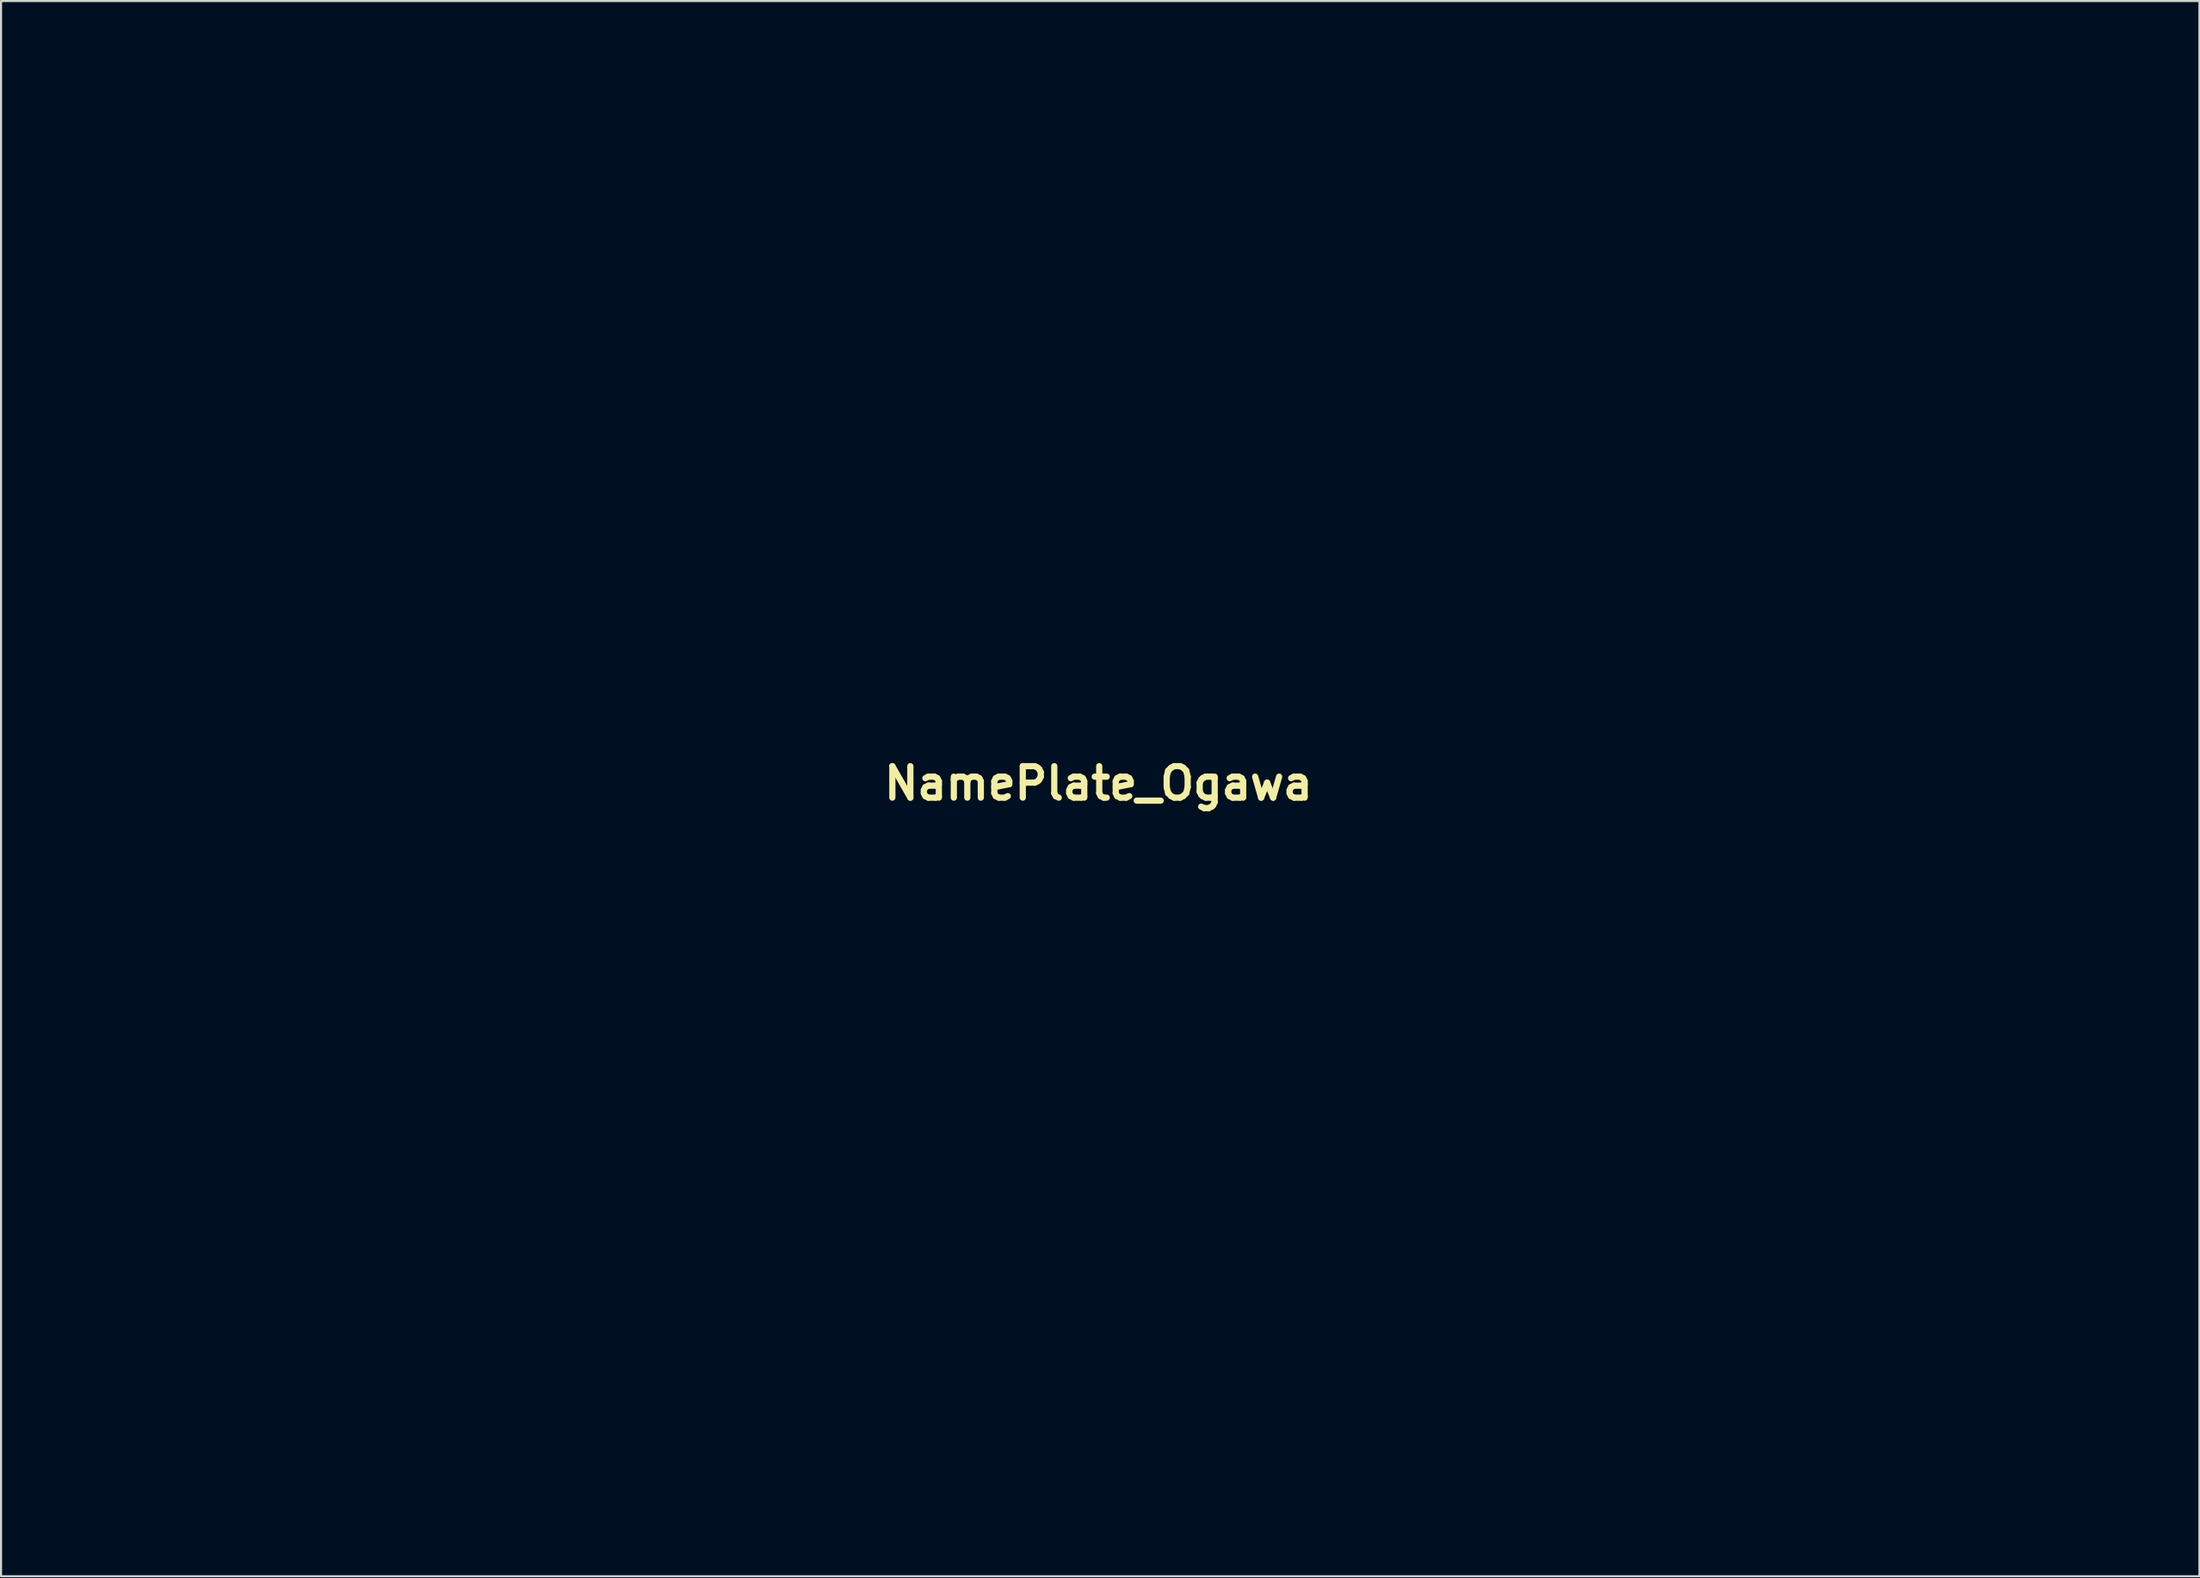
<source format=kicad_pcb>
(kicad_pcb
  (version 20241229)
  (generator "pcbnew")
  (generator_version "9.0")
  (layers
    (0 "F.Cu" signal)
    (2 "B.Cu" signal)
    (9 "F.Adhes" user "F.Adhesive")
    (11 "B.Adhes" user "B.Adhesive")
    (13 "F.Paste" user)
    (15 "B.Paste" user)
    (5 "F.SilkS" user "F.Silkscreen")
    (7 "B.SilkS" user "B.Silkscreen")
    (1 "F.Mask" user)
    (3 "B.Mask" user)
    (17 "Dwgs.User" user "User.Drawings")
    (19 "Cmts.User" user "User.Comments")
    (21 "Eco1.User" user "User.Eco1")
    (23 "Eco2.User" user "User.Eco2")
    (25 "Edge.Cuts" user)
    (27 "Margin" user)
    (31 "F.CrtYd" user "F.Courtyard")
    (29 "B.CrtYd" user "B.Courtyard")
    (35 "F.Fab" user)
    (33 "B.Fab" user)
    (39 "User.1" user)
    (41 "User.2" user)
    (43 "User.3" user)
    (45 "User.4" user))
  (footprint "NamePlate_Ogawa"
    (layer "F.Cu")
    (at 50.128 34.888)
    (property "Reference" "NamePlate_Ogawa" (at 0 0 0) (layer "F.SilkS") (effects (font (size 1.524 1.524) (thickness 0.3))))
    (attr through_hole)
    (fp_poly (pts (xy -25.175 25.386) (xy -25.126 25.432) (xy -24.973 25.685) (xy -25.026 25.801) (xy -25.254 25.775) (xy -25.405 25.648) (xy -25.537 25.372) (xy -25.431 25.263) (xy -25.175 25.386)) (stroke (width 0.01) (type solid)) (fill yes) (layer "F.Mask"))
    (fp_poly (pts (xy -25.042 24.647) (xy -24.968 24.684) (xy -24.8 24.853) (xy -24.836 24.942) (xy -25.099 24.95) (xy -25.234 24.89) (xy -25.393 24.711) (xy -25.3 24.608) (xy -25.042 24.647)) (stroke (width 0.01) (type solid)) (fill yes) (layer "F.Mask"))
    (fp_poly (pts (xy 28.298 24.986) (xy 28.372 25.022) (xy 28.54 25.191) (xy 28.504 25.281) (xy 28.241 25.288) (xy 28.106 25.229) (xy 27.947 25.05) (xy 28.04 24.947) (xy 28.298 24.986)) (stroke (width 0.01) (type solid)) (fill yes) (layer "F.Mask"))
    (fp_poly (pts (xy 28.419 25.83) (xy 28.448 25.908) (xy 28.311 26.058) (xy 28.194 26.077) (xy 27.969 25.986) (xy 27.94 25.908) (xy 28.077 25.758) (xy 28.194 25.739) (xy 28.419 25.83)) (stroke (width 0.01) (type solid)) (fill yes) (layer "F.Mask"))
    (fp_poly (pts (xy 8.621 25.912) (xy 8.636 25.985) (xy 8.546 26.294) (xy 8.339 26.642) (xy 8.109 26.885) (xy 8.012 26.924) (xy 7.881 26.869) (xy 7.928 26.654) (xy 8.043 26.416) (xy 8.264 26.09) (xy 8.483 25.903) (xy 8.621 25.912)) (stroke (width 0.01) (type solid)) (fill yes) (layer "F.Mask"))
    (fp_poly (pts (xy 10.223 26.008) (xy 10.508 26.258) (xy 10.748 26.569) (xy 10.834 26.797) (xy 10.748 26.929) (xy 10.517 26.826) (xy 10.207 26.52) (xy 10.16 26.462) (xy 9.939 26.11) (xy 9.982 25.941) (xy 10.003 25.932) (xy 10.223 26.008)) (stroke (width 0.01) (type solid)) (fill yes) (layer "F.Mask"))
    (fp_poly (pts (xy -49.847 -23.048) (xy -49.788 -22.673) (xy -49.784 -22.521) (xy -49.822 -22.097) (xy -49.915 -21.861) (xy -49.953 -21.844) (xy -50.059 -21.994) (xy -50.118 -22.37) (xy -50.123 -22.521) (xy -50.085 -22.945) (xy -49.991 -23.181) (xy -49.953 -23.199) (xy -49.847 -23.048)) (stroke (width 0.01) (type solid)) (fill yes) (layer "F.Mask"))
    (fp_poly (pts (xy -49.847 -20.678) (xy -49.788 -20.302) (xy -49.784 -20.151) (xy -49.822 -19.727) (xy -49.915 -19.491) (xy -49.953 -19.473) (xy -50.059 -19.624) (xy -50.118 -19.999) (xy -50.123 -20.151) (xy -50.085 -20.575) (xy -49.991 -20.811) (xy -49.953 -20.828) (xy -49.847 -20.678)) (stroke (width 0.01) (type solid)) (fill yes) (layer "F.Mask"))
    (fp_poly (pts (xy -49.847 -18.307) (xy -49.788 -17.932) (xy -49.784 -17.78) (xy -49.822 -17.356) (xy -49.915 -17.12) (xy -49.953 -17.103) (xy -50.059 -17.253) (xy -50.118 -17.628) (xy -50.123 -17.78) (xy -50.085 -18.204) (xy -49.991 -18.44) (xy -49.953 -18.457) (xy -49.847 -18.307)) (stroke (width 0.01) (type solid)) (fill yes) (layer "F.Mask"))
    (fp_poly (pts (xy -49.847 -15.936) (xy -49.788 -15.561) (xy -49.784 -15.409) (xy -49.822 -14.985) (xy -49.915 -14.749) (xy -49.953 -14.732) (xy -50.059 -14.882) (xy -50.118 -15.258) (xy -50.123 -15.409) (xy -50.085 -15.833) (xy -49.991 -16.069) (xy -49.953 -16.087) (xy -49.847 -15.936)) (stroke (width 0.01) (type solid)) (fill yes) (layer "F.Mask"))
    (fp_poly (pts (xy -49.847 -13.566) (xy -49.788 -13.19) (xy -49.784 -13.039) (xy -49.822 -12.615) (xy -49.915 -12.379) (xy -49.953 -12.361) (xy -50.059 -12.512) (xy -50.118 -12.887) (xy -50.123 -13.039) (xy -50.085 -13.463) (xy -49.991 -13.699) (xy -49.953 -13.716) (xy -49.847 -13.566)) (stroke (width 0.01) (type solid)) (fill yes) (layer "F.Mask"))
    (fp_poly (pts (xy -49.847 -11.195) (xy -49.788 -10.82) (xy -49.784 -10.668) (xy -49.822 -10.244) (xy -49.915 -10.008) (xy -49.953 -9.991) (xy -50.059 -10.141) (xy -50.118 -10.516) (xy -50.123 -10.668) (xy -50.085 -11.092) (xy -49.991 -11.328) (xy -49.953 -11.345) (xy -49.847 -11.195)) (stroke (width 0.01) (type solid)) (fill yes) (layer "F.Mask"))
    (fp_poly (pts (xy -49.847 -8.824) (xy -49.788 -8.449) (xy -49.784 -8.297) (xy -49.822 -7.873) (xy -49.915 -7.637) (xy -49.953 -7.62) (xy -50.059 -7.77) (xy -50.118 -8.146) (xy -50.123 -8.297) (xy -50.085 -8.721) (xy -49.991 -8.957) (xy -49.953 -8.975) (xy -49.847 -8.824)) (stroke (width 0.01) (type solid)) (fill yes) (layer "F.Mask"))
    (fp_poly (pts (xy -49.847 -6.454) (xy -49.788 -6.078) (xy -49.784 -5.927) (xy -49.822 -5.503) (xy -49.915 -5.267) (xy -49.953 -5.249) (xy -50.059 -5.4) (xy -50.118 -5.775) (xy -50.123 -5.927) (xy -50.085 -6.351) (xy -49.991 -6.587) (xy -49.953 -6.604) (xy -49.847 -6.454)) (stroke (width 0.01) (type solid)) (fill yes) (layer "F.Mask"))
    (fp_poly (pts (xy -49.847 -4.083) (xy -49.788 -3.708) (xy -49.784 -3.556) (xy -49.822 -3.132) (xy -49.915 -2.896) (xy -49.953 -2.879) (xy -50.059 -3.029) (xy -50.118 -3.404) (xy -50.123 -3.556) (xy -50.085 -3.98) (xy -49.991 -4.216) (xy -49.953 -4.233) (xy -49.847 -4.083)) (stroke (width 0.01) (type solid)) (fill yes) (layer "F.Mask"))
    (fp_poly (pts (xy -49.847 -1.712) (xy -49.788 -1.337) (xy -49.784 -1.185) (xy -49.822 -0.761) (xy -49.915 -0.525) (xy -49.953 -0.508) (xy -50.059 -0.658) (xy -50.118 -1.034) (xy -50.123 -1.185) (xy -50.085 -1.609) (xy -49.991 -1.845) (xy -49.953 -1.863) (xy -49.847 -1.712)) (stroke (width 0.01) (type solid)) (fill yes) (layer "F.Mask"))
    (fp_poly (pts (xy -49.847 0.658) (xy -49.788 1.034) (xy -49.784 1.185) (xy -49.822 1.609) (xy -49.915 1.845) (xy -49.953 1.863) (xy -50.059 1.712) (xy -50.118 1.337) (xy -50.123 1.185) (xy -50.085 0.761) (xy -49.991 0.525) (xy -49.953 0.508) (xy -49.847 0.658)) (stroke (width 0.01) (type solid)) (fill yes) (layer "F.Mask"))
    (fp_poly (pts (xy -49.847 3.029) (xy -49.788 3.404) (xy -49.784 3.556) (xy -49.822 3.98) (xy -49.915 4.216) (xy -49.953 4.233) (xy -50.059 4.083) (xy -50.118 3.708) (xy -50.123 3.556) (xy -50.085 3.132) (xy -49.991 2.896) (xy -49.953 2.879) (xy -49.847 3.029)) (stroke (width 0.01) (type solid)) (fill yes) (layer "F.Mask"))
    (fp_poly (pts (xy -49.847 5.4) (xy -49.788 5.775) (xy -49.784 5.927) (xy -49.822 6.351) (xy -49.915 6.587) (xy -49.953 6.604) (xy -50.059 6.454) (xy -50.118 6.078) (xy -50.123 5.927) (xy -50.085 5.503) (xy -49.991 5.267) (xy -49.953 5.249) (xy -49.847 5.4)) (stroke (width 0.01) (type solid)) (fill yes) (layer "F.Mask"))
    (fp_poly (pts (xy -49.847 7.77) (xy -49.788 8.146) (xy -49.784 8.297) (xy -49.822 8.721) (xy -49.915 8.957) (xy -49.953 8.975) (xy -50.059 8.824) (xy -50.118 8.449) (xy -50.123 8.297) (xy -50.085 7.873) (xy -49.991 7.637) (xy -49.953 7.62) (xy -49.847 7.77)) (stroke (width 0.01) (type solid)) (fill yes) (layer "F.Mask"))
    (fp_poly (pts (xy -49.847 10.141) (xy -49.788 10.516) (xy -49.784 10.668) (xy -49.822 11.092) (xy -49.915 11.328) (xy -49.953 11.345) (xy -50.059 11.195) (xy -50.118 10.82) (xy -50.123 10.668) (xy -50.085 10.244) (xy -49.991 10.008) (xy -49.953 9.991) (xy -49.847 10.141)) (stroke (width 0.01) (type solid)) (fill yes) (layer "F.Mask"))
    (fp_poly (pts (xy -49.847 12.512) (xy -49.788 12.887) (xy -49.784 13.039) (xy -49.822 13.463) (xy -49.915 13.699) (xy -49.953 13.716) (xy -50.059 13.566) (xy -50.118 13.19) (xy -50.123 13.039) (xy -50.085 12.615) (xy -49.991 12.379) (xy -49.953 12.361) (xy -49.847 12.512)) (stroke (width 0.01) (type solid)) (fill yes) (layer "F.Mask"))
    (fp_poly (pts (xy -49.847 14.882) (xy -49.788 15.258) (xy -49.784 15.409) (xy -49.822 15.833) (xy -49.915 16.069) (xy -49.953 16.087) (xy -50.059 15.936) (xy -50.118 15.561) (xy -50.123 15.409) (xy -50.085 14.985) (xy -49.991 14.749) (xy -49.953 14.732) (xy -49.847 14.882)) (stroke (width 0.01) (type solid)) (fill yes) (layer "F.Mask"))
    (fp_poly (pts (xy -49.847 17.253) (xy -49.788 17.628) (xy -49.784 17.78) (xy -49.822 18.204) (xy -49.915 18.44) (xy -49.953 18.457) (xy -50.059 18.307) (xy -50.118 17.932) (xy -50.123 17.78) (xy -50.085 17.356) (xy -49.991 17.12) (xy -49.953 17.103) (xy -49.847 17.253)) (stroke (width 0.01) (type solid)) (fill yes) (layer "F.Mask"))
    (fp_poly (pts (xy -49.847 19.624) (xy -49.788 19.999) (xy -49.784 20.151) (xy -49.822 20.575) (xy -49.915 20.811) (xy -49.953 20.828) (xy -50.059 20.678) (xy -50.118 20.302) (xy -50.123 20.151) (xy -50.085 19.727) (xy -49.991 19.491) (xy -49.953 19.473) (xy -49.847 19.624)) (stroke (width 0.01) (type solid)) (fill yes) (layer "F.Mask"))
    (fp_poly (pts (xy -49.847 21.994) (xy -49.788 22.37) (xy -49.784 22.521) (xy -49.822 22.945) (xy -49.915 23.181) (xy -49.953 23.199) (xy -50.059 23.048) (xy -50.118 22.673) (xy -50.123 22.521) (xy -50.085 22.097) (xy -49.991 21.861) (xy -49.953 21.844) (xy -49.847 21.994)) (stroke (width 0.01) (type solid)) (fill yes) (layer "F.Mask"))
    (fp_poly (pts (xy -49.847 24.365) (xy -49.788 24.74) (xy -49.784 24.892) (xy -49.822 25.316) (xy -49.915 25.552) (xy -49.953 25.569) (xy -50.059 25.419) (xy -50.118 25.044) (xy -50.123 24.892) (xy -50.085 24.468) (xy -49.991 24.232) (xy -49.953 24.215) (xy -49.847 24.365)) (stroke (width 0.01) (type solid)) (fill yes) (layer "F.Mask"))
    (fp_poly (pts (xy -49.847 26.736) (xy -49.788 27.111) (xy -49.784 27.263) (xy -49.822 27.687) (xy -49.915 27.923) (xy -49.953 27.94) (xy -50.059 27.79) (xy -50.118 27.414) (xy -50.123 27.263) (xy -50.085 26.839) (xy -49.991 26.603) (xy -49.953 26.585) (xy -49.847 26.736)) (stroke (width 0.01) (type solid)) (fill yes) (layer "F.Mask"))
    (fp_poly (pts (xy -49.847 29.106) (xy -49.788 29.482) (xy -49.784 29.633) (xy -49.822 30.057) (xy -49.915 30.293) (xy -49.953 30.311) (xy -50.059 30.16) (xy -50.118 29.785) (xy -50.123 29.633) (xy -50.085 29.209) (xy -49.991 28.973) (xy -49.953 28.956) (xy -49.847 29.106)) (stroke (width 0.01) (type solid)) (fill yes) (layer "F.Mask"))
    (fp_poly (pts (xy -49.847 31.477) (xy -49.788 31.852) (xy -49.784 32.004) (xy -49.822 32.428) (xy -49.915 32.664) (xy -49.953 32.681) (xy -50.059 32.531) (xy -50.118 32.156) (xy -50.123 32.004) (xy -50.085 31.58) (xy -49.991 31.344) (xy -49.953 31.327) (xy -49.847 31.477)) (stroke (width 0.01) (type solid)) (fill yes) (layer "F.Mask"))
    (fp_poly (pts (xy -49.847 33.848) (xy -49.788 34.223) (xy -49.784 34.375) (xy -49.822 34.799) (xy -49.915 35.035) (xy -49.953 35.052) (xy -50.059 34.902) (xy -50.118 34.526) (xy -50.123 34.375) (xy -50.085 33.951) (xy -49.991 33.715) (xy -49.953 33.697) (xy -49.847 33.848)) (stroke (width 0.01) (type solid)) (fill yes) (layer "F.Mask"))
    (fp_poly (pts (xy -48.005 35.09) (xy -47.769 35.183) (xy -47.752 35.221) (xy -47.902 35.327) (xy -48.278 35.386) (xy -48.429 35.391) (xy -48.853 35.353) (xy -49.089 35.259) (xy -49.107 35.221) (xy -48.956 35.115) (xy -48.581 35.056) (xy -48.429 35.052) (xy -48.005 35.09)) (stroke (width 0.01) (type solid)) (fill yes) (layer "F.Mask"))
    (fp_poly (pts (xy -45.635 35.09) (xy -45.399 35.183) (xy -45.381 35.221) (xy -45.532 35.327) (xy -45.907 35.386) (xy -46.059 35.391) (xy -46.483 35.353) (xy -46.719 35.259) (xy -46.736 35.221) (xy -46.586 35.115) (xy -46.21 35.056) (xy -46.059 35.052) (xy -45.635 35.09)) (stroke (width 0.01) (type solid)) (fill yes) (layer "F.Mask"))
    (fp_poly (pts (xy -43.264 35.09) (xy -43.028 35.183) (xy -43.011 35.221) (xy -43.161 35.327) (xy -43.536 35.386) (xy -43.688 35.391) (xy -44.112 35.353) (xy -44.348 35.259) (xy -44.365 35.221) (xy -44.215 35.115) (xy -43.84 35.056) (xy -43.688 35.052) (xy -43.264 35.09)) (stroke (width 0.01) (type solid)) (fill yes) (layer "F.Mask"))
    (fp_poly (pts (xy -40.893 35.09) (xy -40.657 35.183) (xy -40.64 35.221) (xy -40.79 35.327) (xy -41.166 35.386) (xy -41.317 35.391) (xy -41.741 35.353) (xy -41.977 35.259) (xy -41.995 35.221) (xy -41.844 35.115) (xy -41.469 35.056) (xy -41.317 35.052) (xy -40.893 35.09)) (stroke (width 0.01) (type solid)) (fill yes) (layer "F.Mask"))
    (fp_poly (pts (xy -38.523 35.09) (xy -38.287 35.183) (xy -38.269 35.221) (xy -38.42 35.327) (xy -38.795 35.386) (xy -38.947 35.391) (xy -39.371 35.353) (xy -39.607 35.259) (xy -39.624 35.221) (xy -39.474 35.115) (xy -39.098 35.056) (xy -38.947 35.052) (xy -38.523 35.09)) (stroke (width 0.01) (type solid)) (fill yes) (layer "F.Mask"))
    (fp_poly (pts (xy -36.152 35.09) (xy -35.916 35.183) (xy -35.899 35.221) (xy -36.049 35.327) (xy -36.424 35.386) (xy -36.576 35.391) (xy -37 35.353) (xy -37.236 35.259) (xy -37.253 35.221) (xy -37.103 35.115) (xy -36.728 35.056) (xy -36.576 35.052) (xy -36.152 35.09)) (stroke (width 0.01) (type solid)) (fill yes) (layer "F.Mask"))
    (fp_poly (pts (xy -33.781 35.09) (xy -33.545 35.183) (xy -33.528 35.221) (xy -33.678 35.327) (xy -34.054 35.386) (xy -34.205 35.391) (xy -34.629 35.353) (xy -34.865 35.259) (xy -34.883 35.221) (xy -34.732 35.115) (xy -34.357 35.056) (xy -34.205 35.052) (xy -33.781 35.09)) (stroke (width 0.01) (type solid)) (fill yes) (layer "F.Mask"))
    (fp_poly (pts (xy -31.411 35.09) (xy -31.175 35.183) (xy -31.157 35.221) (xy -31.308 35.327) (xy -31.683 35.386) (xy -31.835 35.391) (xy -32.259 35.353) (xy -32.495 35.259) (xy -32.512 35.221) (xy -32.362 35.115) (xy -31.986 35.056) (xy -31.835 35.052) (xy -31.411 35.09)) (stroke (width 0.01) (type solid)) (fill yes) (layer "F.Mask"))
    (fp_poly (pts (xy -29.04 35.09) (xy -28.804 35.183) (xy -28.787 35.221) (xy -28.937 35.327) (xy -29.312 35.386) (xy -29.464 35.391) (xy -29.888 35.353) (xy -30.124 35.259) (xy -30.141 35.221) (xy -29.991 35.115) (xy -29.616 35.056) (xy -29.464 35.052) (xy -29.04 35.09)) (stroke (width 0.01) (type solid)) (fill yes) (layer "F.Mask"))
    (fp_poly (pts (xy -26.669 35.09) (xy -26.433 35.183) (xy -26.416 35.221) (xy -26.566 35.327) (xy -26.942 35.386) (xy -27.093 35.391) (xy -27.517 35.353) (xy -27.753 35.259) (xy -27.771 35.221) (xy -27.62 35.115) (xy -27.245 35.056) (xy -27.093 35.052) (xy -26.669 35.09)) (stroke (width 0.01) (type solid)) (fill yes) (layer "F.Mask"))
    (fp_poly (pts (xy -24.299 35.09) (xy -24.063 35.183) (xy -24.045 35.221) (xy -24.196 35.327) (xy -24.571 35.386) (xy -24.723 35.391) (xy -25.147 35.353) (xy -25.383 35.259) (xy -25.4 35.221) (xy -25.25 35.115) (xy -24.874 35.056) (xy -24.723 35.052) (xy -24.299 35.09)) (stroke (width 0.01) (type solid)) (fill yes) (layer "F.Mask"))
    (fp_poly (pts (xy -21.928 35.09) (xy -21.692 35.183) (xy -21.675 35.221) (xy -21.825 35.327) (xy -22.2 35.386) (xy -22.352 35.391) (xy -22.776 35.353) (xy -23.012 35.259) (xy -23.029 35.221) (xy -22.879 35.115) (xy -22.504 35.056) (xy -22.352 35.052) (xy -21.928 35.09)) (stroke (width 0.01) (type solid)) (fill yes) (layer "F.Mask"))
    (fp_poly (pts (xy -19.557 35.09) (xy -19.321 35.183) (xy -19.304 35.221) (xy -19.454 35.327) (xy -19.83 35.386) (xy -19.981 35.391) (xy -20.405 35.353) (xy -20.641 35.259) (xy -20.659 35.221) (xy -20.508 35.115) (xy -20.133 35.056) (xy -19.981 35.052) (xy -19.557 35.09)) (stroke (width 0.01) (type solid)) (fill yes) (layer "F.Mask"))
    (fp_poly (pts (xy -17.187 35.09) (xy -16.951 35.183) (xy -16.933 35.221) (xy -17.084 35.327) (xy -17.459 35.386) (xy -17.611 35.391) (xy -18.035 35.353) (xy -18.271 35.259) (xy -18.288 35.221) (xy -18.138 35.115) (xy -17.762 35.056) (xy -17.611 35.052) (xy -17.187 35.09)) (stroke (width 0.01) (type solid)) (fill yes) (layer "F.Mask"))
    (fp_poly (pts (xy -14.816 35.09) (xy -14.58 35.183) (xy -14.563 35.221) (xy -14.713 35.327) (xy -15.088 35.386) (xy -15.24 35.391) (xy -15.664 35.353) (xy -15.9 35.259) (xy -15.917 35.221) (xy -15.767 35.115) (xy -15.392 35.056) (xy -15.24 35.052) (xy -14.816 35.09)) (stroke (width 0.01) (type solid)) (fill yes) (layer "F.Mask"))
    (fp_poly (pts (xy -13.292 -34.845) (xy -13.056 -34.751) (xy -13.039 -34.713) (xy -13.189 -34.607) (xy -13.564 -34.548) (xy -13.716 -34.544) (xy -14.14 -34.582) (xy -14.376 -34.675) (xy -14.393 -34.713) (xy -14.243 -34.819) (xy -13.868 -34.878) (xy -13.716 -34.883) (xy -13.292 -34.845)) (stroke (width 0.01) (type solid)) (fill yes) (layer "F.Mask"))
    (fp_poly (pts (xy -12.445 35.09) (xy -12.209 35.183) (xy -12.192 35.221) (xy -12.342 35.327) (xy -12.718 35.386) (xy -12.869 35.391) (xy -13.293 35.353) (xy -13.529 35.259) (xy -13.547 35.221) (xy -13.396 35.115) (xy -13.021 35.056) (xy -12.869 35.052) (xy -12.445 35.09)) (stroke (width 0.01) (type solid)) (fill yes) (layer "F.Mask"))
    (fp_poly (pts (xy -10.921 -34.845) (xy -10.685 -34.751) (xy -10.668 -34.713) (xy -10.818 -34.607) (xy -11.194 -34.548) (xy -11.345 -34.544) (xy -11.769 -34.582) (xy -12.005 -34.675) (xy -12.023 -34.713) (xy -11.872 -34.819) (xy -11.497 -34.878) (xy -11.345 -34.883) (xy -10.921 -34.845)) (stroke (width 0.01) (type solid)) (fill yes) (layer "F.Mask"))
    (fp_poly (pts (xy -10.075 35.09) (xy -9.839 35.183) (xy -9.821 35.221) (xy -9.972 35.327) (xy -10.347 35.386) (xy -10.499 35.391) (xy -10.923 35.353) (xy -11.159 35.259) (xy -11.176 35.221) (xy -11.026 35.115) (xy -10.65 35.056) (xy -10.499 35.052) (xy -10.075 35.09)) (stroke (width 0.01) (type solid)) (fill yes) (layer "F.Mask"))
    (fp_poly (pts (xy -8.551 -34.845) (xy -8.315 -34.751) (xy -8.297 -34.713) (xy -8.448 -34.607) (xy -8.823 -34.548) (xy -8.975 -34.544) (xy -9.399 -34.582) (xy -9.635 -34.675) (xy -9.652 -34.713) (xy -9.502 -34.819) (xy -9.126 -34.878) (xy -8.975 -34.883) (xy -8.551 -34.845)) (stroke (width 0.01) (type solid)) (fill yes) (layer "F.Mask"))
    (fp_poly (pts (xy -7.704 35.09) (xy -7.468 35.183) (xy -7.451 35.221) (xy -7.601 35.327) (xy -7.976 35.386) (xy -8.128 35.391) (xy -8.552 35.353) (xy -8.788 35.259) (xy -8.805 35.221) (xy -8.655 35.115) (xy -8.28 35.056) (xy -8.128 35.052) (xy -7.704 35.09)) (stroke (width 0.01) (type solid)) (fill yes) (layer "F.Mask"))
    (fp_poly (pts (xy -6.18 -34.845) (xy -5.944 -34.751) (xy -5.927 -34.713) (xy -6.077 -34.607) (xy -6.452 -34.548) (xy -6.604 -34.544) (xy -7.028 -34.582) (xy -7.264 -34.675) (xy -7.281 -34.713) (xy -7.131 -34.819) (xy -6.756 -34.878) (xy -6.604 -34.883) (xy -6.18 -34.845)) (stroke (width 0.01) (type solid)) (fill yes) (layer "F.Mask"))
    (fp_poly (pts (xy -5.333 35.09) (xy -5.097 35.183) (xy -5.08 35.221) (xy -5.23 35.327) (xy -5.606 35.386) (xy -5.757 35.391) (xy -6.181 35.353) (xy -6.417 35.259) (xy -6.435 35.221) (xy -6.284 35.115) (xy -5.909 35.056) (xy -5.757 35.052) (xy -5.333 35.09)) (stroke (width 0.01) (type solid)) (fill yes) (layer "F.Mask"))
    (fp_poly (pts (xy -3.809 -34.845) (xy -3.573 -34.751) (xy -3.556 -34.713) (xy -3.706 -34.607) (xy -4.082 -34.548) (xy -4.233 -34.544) (xy -4.657 -34.582) (xy -4.893 -34.675) (xy -4.911 -34.713) (xy -4.76 -34.819) (xy -4.385 -34.878) (xy -4.233 -34.883) (xy -3.809 -34.845)) (stroke (width 0.01) (type solid)) (fill yes) (layer "F.Mask"))
    (fp_poly (pts (xy -2.963 35.09) (xy -2.727 35.183) (xy -2.709 35.221) (xy -2.86 35.327) (xy -3.235 35.386) (xy -3.387 35.391) (xy -3.811 35.353) (xy -4.047 35.259) (xy -4.064 35.221) (xy -3.914 35.115) (xy -3.538 35.056) (xy -3.387 35.052) (xy -2.963 35.09)) (stroke (width 0.01) (type solid)) (fill yes) (layer "F.Mask"))
    (fp_poly (pts (xy -1.439 -34.845) (xy -1.203 -34.751) (xy -1.185 -34.713) (xy -1.336 -34.607) (xy -1.711 -34.548) (xy -1.863 -34.544) (xy -2.287 -34.582) (xy -2.523 -34.675) (xy -2.54 -34.713) (xy -2.39 -34.819) (xy -2.014 -34.878) (xy -1.863 -34.883) (xy -1.439 -34.845)) (stroke (width 0.01) (type solid)) (fill yes) (layer "F.Mask"))
    (fp_poly (pts (xy -0.592 35.09) (xy -0.356 35.183) (xy -0.339 35.221) (xy -0.489 35.327) (xy -0.864 35.386) (xy -1.016 35.391) (xy -1.44 35.353) (xy -1.676 35.259) (xy -1.693 35.221) (xy -1.543 35.115) (xy -1.168 35.056) (xy -1.016 35.052) (xy -0.592 35.09)) (stroke (width 0.01) (type solid)) (fill yes) (layer "F.Mask"))
    (fp_poly (pts (xy 0.932 -34.845) (xy 1.168 -34.751) (xy 1.185 -34.713) (xy 1.035 -34.607) (xy 0.66 -34.548) (xy 0.508 -34.544) (xy 0.084 -34.582) (xy -0.152 -34.675) (xy -0.169 -34.713) (xy -0.019 -34.819) (xy 0.356 -34.878) (xy 0.508 -34.883) (xy 0.932 -34.845)) (stroke (width 0.01) (type solid)) (fill yes) (layer "F.Mask"))
    (fp_poly (pts (xy 1.779 35.09) (xy 2.015 35.183) (xy 2.032 35.221) (xy 1.882 35.327) (xy 1.506 35.386) (xy 1.355 35.391) (xy 0.931 35.353) (xy 0.695 35.259) (xy 0.677 35.221) (xy 0.828 35.115) (xy 1.203 35.056) (xy 1.355 35.052) (xy 1.779 35.09)) (stroke (width 0.01) (type solid)) (fill yes) (layer "F.Mask"))
    (fp_poly (pts (xy 3.303 -34.845) (xy 3.539 -34.751) (xy 3.556 -34.713) (xy 3.406 -34.607) (xy 3.03 -34.548) (xy 2.879 -34.544) (xy 2.455 -34.582) (xy 2.219 -34.675) (xy 2.201 -34.713) (xy 2.352 -34.819) (xy 2.727 -34.878) (xy 2.879 -34.883) (xy 3.303 -34.845)) (stroke (width 0.01) (type solid)) (fill yes) (layer "F.Mask"))
    (fp_poly (pts (xy 4.149 35.09) (xy 4.385 35.183) (xy 4.403 35.221) (xy 4.252 35.327) (xy 3.877 35.386) (xy 3.725 35.391) (xy 3.301 35.353) (xy 3.065 35.259) (xy 3.048 35.221) (xy 3.198 35.115) (xy 3.574 35.056) (xy 3.725 35.052) (xy 4.149 35.09)) (stroke (width 0.01) (type solid)) (fill yes) (layer "F.Mask"))
    (fp_poly (pts (xy 5.673 -34.845) (xy 5.909 -34.751) (xy 5.927 -34.713) (xy 5.776 -34.607) (xy 5.401 -34.548) (xy 5.249 -34.544) (xy 4.825 -34.582) (xy 4.589 -34.675) (xy 4.572 -34.713) (xy 4.722 -34.819) (xy 5.098 -34.878) (xy 5.249 -34.883) (xy 5.673 -34.845)) (stroke (width 0.01) (type solid)) (fill yes) (layer "F.Mask"))
    (fp_poly (pts (xy 6.52 35.09) (xy 6.756 35.183) (xy 6.773 35.221) (xy 6.623 35.327) (xy 6.248 35.386) (xy 6.096 35.391) (xy 5.672 35.353) (xy 5.436 35.259) (xy 5.419 35.221) (xy 5.569 35.115) (xy 5.944 35.056) (xy 6.096 35.052) (xy 6.52 35.09)) (stroke (width 0.01) (type solid)) (fill yes) (layer "F.Mask"))
    (fp_poly (pts (xy 8.044 -34.845) (xy 8.28 -34.751) (xy 8.297 -34.713) (xy 8.147 -34.607) (xy 7.772 -34.548) (xy 7.62 -34.544) (xy 7.196 -34.582) (xy 6.96 -34.675) (xy 6.943 -34.713) (xy 7.093 -34.819) (xy 7.468 -34.878) (xy 7.62 -34.883) (xy 8.044 -34.845)) (stroke (width 0.01) (type solid)) (fill yes) (layer "F.Mask"))
    (fp_poly (pts (xy 8.891 35.09) (xy 9.127 35.183) (xy 9.144 35.221) (xy 8.994 35.327) (xy 8.618 35.386) (xy 8.467 35.391) (xy 8.043 35.353) (xy 7.807 35.259) (xy 7.789 35.221) (xy 7.94 35.115) (xy 8.315 35.056) (xy 8.467 35.052) (xy 8.891 35.09)) (stroke (width 0.01) (type solid)) (fill yes) (layer "F.Mask"))
    (fp_poly (pts (xy 10.415 -34.845) (xy 10.651 -34.751) (xy 10.668 -34.713) (xy 10.518 -34.607) (xy 10.142 -34.548) (xy 9.991 -34.544) (xy 9.567 -34.582) (xy 9.331 -34.675) (xy 9.313 -34.713) (xy 9.464 -34.819) (xy 9.839 -34.878) (xy 9.991 -34.883) (xy 10.415 -34.845)) (stroke (width 0.01) (type solid)) (fill yes) (layer "F.Mask"))
    (fp_poly (pts (xy 11.261 35.09) (xy 11.497 35.183) (xy 11.515 35.221) (xy 11.364 35.327) (xy 10.989 35.386) (xy 10.837 35.391) (xy 10.413 35.353) (xy 10.177 35.259) (xy 10.16 35.221) (xy 10.31 35.115) (xy 10.686 35.056) (xy 10.837 35.052) (xy 11.261 35.09)) (stroke (width 0.01) (type solid)) (fill yes) (layer "F.Mask"))
    (fp_poly (pts (xy 12.785 -34.845) (xy 13.021 -34.751) (xy 13.039 -34.713) (xy 12.888 -34.607) (xy 12.513 -34.548) (xy 12.361 -34.544) (xy 11.937 -34.582) (xy 11.701 -34.675) (xy 11.684 -34.713) (xy 11.834 -34.819) (xy 12.21 -34.878) (xy 12.361 -34.883) (xy 12.785 -34.845)) (stroke (width 0.01) (type solid)) (fill yes) (layer "F.Mask"))
    (fp_poly (pts (xy 13.125 24.751) (xy 13.464 24.822) (xy 13.547 24.892) (xy 13.394 24.985) (xy 12.999 25.046) (xy 12.615 25.061) (xy 12.105 25.033) (xy 11.767 24.962) (xy 11.684 24.892) (xy 11.837 24.799) (xy 12.232 24.738) (xy 12.615 24.723) (xy 13.125 24.751)) (stroke (width 0.01) (type solid)) (fill yes) (layer "F.Mask"))
    (fp_poly (pts (xy 13.632 35.09) (xy 13.868 35.183) (xy 13.885 35.221) (xy 13.735 35.327) (xy 13.36 35.386) (xy 13.208 35.391) (xy 12.784 35.353) (xy 12.548 35.259) (xy 12.531 35.221) (xy 12.681 35.115) (xy 13.056 35.056) (xy 13.208 35.052) (xy 13.632 35.09)) (stroke (width 0.01) (type solid)) (fill yes) (layer "F.Mask"))
    (fp_poly (pts (xy 15.156 -34.845) (xy 15.392 -34.751) (xy 15.409 -34.713) (xy 15.259 -34.607) (xy 14.884 -34.548) (xy 14.732 -34.544) (xy 14.308 -34.582) (xy 14.072 -34.675) (xy 14.055 -34.713) (xy 14.205 -34.819) (xy 14.58 -34.878) (xy 14.732 -34.883) (xy 15.156 -34.845)) (stroke (width 0.01) (type solid)) (fill yes) (layer "F.Mask"))
    (fp_poly (pts (xy 16.003 35.09) (xy 16.239 35.183) (xy 16.256 35.221) (xy 16.106 35.327) (xy 15.73 35.386) (xy 15.579 35.391) (xy 15.155 35.353) (xy 14.919 35.259) (xy 14.901 35.221) (xy 15.052 35.115) (xy 15.427 35.056) (xy 15.579 35.052) (xy 16.003 35.09)) (stroke (width 0.01) (type solid)) (fill yes) (layer "F.Mask"))
    (fp_poly (pts (xy 17.527 -34.845) (xy 17.763 -34.751) (xy 17.78 -34.713) (xy 17.63 -34.607) (xy 17.254 -34.548) (xy 17.103 -34.544) (xy 16.679 -34.582) (xy 16.443 -34.675) (xy 16.425 -34.713) (xy 16.576 -34.819) (xy 16.951 -34.878) (xy 17.103 -34.883) (xy 17.527 -34.845)) (stroke (width 0.01) (type solid)) (fill yes) (layer "F.Mask"))
    (fp_poly (pts (xy 18.373 35.09) (xy 18.609 35.183) (xy 18.627 35.221) (xy 18.476 35.327) (xy 18.101 35.386) (xy 17.949 35.391) (xy 17.525 35.353) (xy 17.289 35.259) (xy 17.272 35.221) (xy 17.422 35.115) (xy 17.798 35.056) (xy 17.949 35.052) (xy 18.373 35.09)) (stroke (width 0.01) (type solid)) (fill yes) (layer "F.Mask"))
    (fp_poly (pts (xy 19.897 -34.845) (xy 20.133 -34.751) (xy 20.151 -34.713) (xy 20 -34.607) (xy 19.625 -34.548) (xy 19.473 -34.544) (xy 19.049 -34.582) (xy 18.813 -34.675) (xy 18.796 -34.713) (xy 18.946 -34.819) (xy 19.322 -34.878) (xy 19.473 -34.883) (xy 19.897 -34.845)) (stroke (width 0.01) (type solid)) (fill yes) (layer "F.Mask"))
    (fp_poly (pts (xy 20.744 35.09) (xy 20.98 35.183) (xy 20.997 35.221) (xy 20.847 35.327) (xy 20.472 35.386) (xy 20.32 35.391) (xy 19.896 35.353) (xy 19.66 35.259) (xy 19.643 35.221) (xy 19.793 35.115) (xy 20.168 35.056) (xy 20.32 35.052) (xy 20.744 35.09)) (stroke (width 0.01) (type solid)) (fill yes) (layer "F.Mask"))
    (fp_poly (pts (xy 22.268 -34.845) (xy 22.504 -34.751) (xy 22.521 -34.713) (xy 22.371 -34.607) (xy 21.996 -34.548) (xy 21.844 -34.544) (xy 21.42 -34.582) (xy 21.184 -34.675) (xy 21.167 -34.713) (xy 21.317 -34.819) (xy 21.692 -34.878) (xy 21.844 -34.883) (xy 22.268 -34.845)) (stroke (width 0.01) (type solid)) (fill yes) (layer "F.Mask"))
    (fp_poly (pts (xy 23.115 35.09) (xy 23.351 35.183) (xy 23.368 35.221) (xy 23.218 35.327) (xy 22.842 35.386) (xy 22.691 35.391) (xy 22.267 35.353) (xy 22.031 35.259) (xy 22.013 35.221) (xy 22.164 35.115) (xy 22.539 35.056) (xy 22.691 35.052) (xy 23.115 35.09)) (stroke (width 0.01) (type solid)) (fill yes) (layer "F.Mask"))
    (fp_poly (pts (xy 24.639 -34.845) (xy 24.875 -34.751) (xy 24.892 -34.713) (xy 24.742 -34.607) (xy 24.366 -34.548) (xy 24.215 -34.544) (xy 23.791 -34.582) (xy 23.555 -34.675) (xy 23.537 -34.713) (xy 23.688 -34.819) (xy 24.063 -34.878) (xy 24.215 -34.883) (xy 24.639 -34.845)) (stroke (width 0.01) (type solid)) (fill yes) (layer "F.Mask"))
    (fp_poly (pts (xy 25.485 35.09) (xy 25.721 35.183) (xy 25.739 35.221) (xy 25.588 35.327) (xy 25.213 35.386) (xy 25.061 35.391) (xy 24.637 35.353) (xy 24.401 35.259) (xy 24.384 35.221) (xy 24.534 35.115) (xy 24.91 35.056) (xy 25.061 35.052) (xy 25.485 35.09)) (stroke (width 0.01) (type solid)) (fill yes) (layer "F.Mask"))
    (fp_poly (pts (xy 27.009 -34.845) (xy 27.245 -34.751) (xy 27.263 -34.713) (xy 27.112 -34.607) (xy 26.737 -34.548) (xy 26.585 -34.544) (xy 26.161 -34.582) (xy 25.925 -34.675) (xy 25.908 -34.713) (xy 26.058 -34.819) (xy 26.434 -34.878) (xy 26.585 -34.883) (xy 27.009 -34.845)) (stroke (width 0.01) (type solid)) (fill yes) (layer "F.Mask"))
    (fp_poly (pts (xy 27.856 35.09) (xy 28.092 35.183) (xy 28.109 35.221) (xy 27.959 35.327) (xy 27.584 35.386) (xy 27.432 35.391) (xy 27.008 35.353) (xy 26.772 35.259) (xy 26.755 35.221) (xy 26.905 35.115) (xy 27.28 35.056) (xy 27.432 35.052) (xy 27.856 35.09)) (stroke (width 0.01) (type solid)) (fill yes) (layer "F.Mask"))
    (fp_poly (pts (xy 29.38 -34.845) (xy 29.616 -34.751) (xy 29.633 -34.713) (xy 29.483 -34.607) (xy 29.108 -34.548) (xy 28.956 -34.544) (xy 28.532 -34.582) (xy 28.296 -34.675) (xy 28.279 -34.713) (xy 28.429 -34.819) (xy 28.804 -34.878) (xy 28.956 -34.883) (xy 29.38 -34.845)) (stroke (width 0.01) (type solid)) (fill yes) (layer "F.Mask"))
    (fp_poly (pts (xy 30.227 35.09) (xy 30.463 35.183) (xy 30.48 35.221) (xy 30.33 35.327) (xy 29.954 35.386) (xy 29.803 35.391) (xy 29.379 35.353) (xy 29.143 35.259) (xy 29.125 35.221) (xy 29.276 35.115) (xy 29.651 35.056) (xy 29.803 35.052) (xy 30.227 35.09)) (stroke (width 0.01) (type solid)) (fill yes) (layer "F.Mask"))
    (fp_poly (pts (xy 31.751 -34.845) (xy 31.987 -34.751) (xy 32.004 -34.713) (xy 31.854 -34.607) (xy 31.478 -34.548) (xy 31.327 -34.544) (xy 30.903 -34.582) (xy 30.667 -34.675) (xy 30.649 -34.713) (xy 30.8 -34.819) (xy 31.175 -34.878) (xy 31.327 -34.883) (xy 31.751 -34.845)) (stroke (width 0.01) (type solid)) (fill yes) (layer "F.Mask"))
    (fp_poly (pts (xy 32.597 35.09) (xy 32.833 35.183) (xy 32.851 35.221) (xy 32.7 35.327) (xy 32.325 35.386) (xy 32.173 35.391) (xy 31.749 35.353) (xy 31.513 35.259) (xy 31.496 35.221) (xy 31.646 35.115) (xy 32.022 35.056) (xy 32.173 35.052) (xy 32.597 35.09)) (stroke (width 0.01) (type solid)) (fill yes) (layer "F.Mask"))
    (fp_poly (pts (xy 34.121 -34.845) (xy 34.357 -34.751) (xy 34.375 -34.713) (xy 34.224 -34.607) (xy 33.849 -34.548) (xy 33.697 -34.544) (xy 33.273 -34.582) (xy 33.037 -34.675) (xy 33.02 -34.713) (xy 33.17 -34.819) (xy 33.546 -34.878) (xy 33.697 -34.883) (xy 34.121 -34.845)) (stroke (width 0.01) (type solid)) (fill yes) (layer "F.Mask"))
    (fp_poly (pts (xy 34.968 35.09) (xy 35.204 35.183) (xy 35.221 35.221) (xy 35.071 35.327) (xy 34.696 35.386) (xy 34.544 35.391) (xy 34.12 35.353) (xy 33.884 35.259) (xy 33.867 35.221) (xy 34.017 35.115) (xy 34.392 35.056) (xy 34.544 35.052) (xy 34.968 35.09)) (stroke (width 0.01) (type solid)) (fill yes) (layer "F.Mask"))
    (fp_poly (pts (xy 36.492 -34.845) (xy 36.728 -34.751) (xy 36.745 -34.713) (xy 36.595 -34.607) (xy 36.22 -34.548) (xy 36.068 -34.544) (xy 35.644 -34.582) (xy 35.408 -34.675) (xy 35.391 -34.713) (xy 35.541 -34.819) (xy 35.916 -34.878) (xy 36.068 -34.883) (xy 36.492 -34.845)) (stroke (width 0.01) (type solid)) (fill yes) (layer "F.Mask"))
    (fp_poly (pts (xy 37.339 35.09) (xy 37.575 35.183) (xy 37.592 35.221) (xy 37.442 35.327) (xy 37.066 35.386) (xy 36.915 35.391) (xy 36.491 35.353) (xy 36.255 35.259) (xy 36.237 35.221) (xy 36.388 35.115) (xy 36.763 35.056) (xy 36.915 35.052) (xy 37.339 35.09)) (stroke (width 0.01) (type solid)) (fill yes) (layer "F.Mask"))
    (fp_poly (pts (xy 38.863 -34.845) (xy 39.099 -34.751) (xy 39.116 -34.713) (xy 38.966 -34.607) (xy 38.59 -34.548) (xy 38.439 -34.544) (xy 38.015 -34.582) (xy 37.779 -34.675) (xy 37.761 -34.713) (xy 37.912 -34.819) (xy 38.287 -34.878) (xy 38.439 -34.883) (xy 38.863 -34.845)) (stroke (width 0.01) (type solid)) (fill yes) (layer "F.Mask"))
    (fp_poly (pts (xy 39.709 35.09) (xy 39.945 35.183) (xy 39.963 35.221) (xy 39.812 35.327) (xy 39.437 35.386) (xy 39.285 35.391) (xy 38.861 35.353) (xy 38.625 35.259) (xy 38.608 35.221) (xy 38.758 35.115) (xy 39.134 35.056) (xy 39.285 35.052) (xy 39.709 35.09)) (stroke (width 0.01) (type solid)) (fill yes) (layer "F.Mask"))
    (fp_poly (pts (xy 41.233 -34.845) (xy 41.469 -34.751) (xy 41.487 -34.713) (xy 41.336 -34.607) (xy 40.961 -34.548) (xy 40.809 -34.544) (xy 40.385 -34.582) (xy 40.149 -34.675) (xy 40.132 -34.713) (xy 40.282 -34.819) (xy 40.658 -34.878) (xy 40.809 -34.883) (xy 41.233 -34.845)) (stroke (width 0.01) (type solid)) (fill yes) (layer "F.Mask"))
    (fp_poly (pts (xy 42.08 35.09) (xy 42.316 35.183) (xy 42.333 35.221) (xy 42.183 35.327) (xy 41.808 35.386) (xy 41.656 35.391) (xy 41.232 35.353) (xy 40.996 35.259) (xy 40.979 35.221) (xy 41.129 35.115) (xy 41.504 35.056) (xy 41.656 35.052) (xy 42.08 35.09)) (stroke (width 0.01) (type solid)) (fill yes) (layer "F.Mask"))
    (fp_poly (pts (xy 43.604 -34.845) (xy 43.84 -34.751) (xy 43.857 -34.713) (xy 43.707 -34.607) (xy 43.332 -34.548) (xy 43.18 -34.544) (xy 42.756 -34.582) (xy 42.52 -34.675) (xy 42.503 -34.713) (xy 42.653 -34.819) (xy 43.028 -34.878) (xy 43.18 -34.883) (xy 43.604 -34.845)) (stroke (width 0.01) (type solid)) (fill yes) (layer "F.Mask"))
    (fp_poly (pts (xy 44.451 35.09) (xy 44.687 35.183) (xy 44.704 35.221) (xy 44.554 35.327) (xy 44.178 35.386) (xy 44.027 35.391) (xy 43.603 35.353) (xy 43.367 35.259) (xy 43.349 35.221) (xy 43.5 35.115) (xy 43.875 35.056) (xy 44.027 35.052) (xy 44.451 35.09)) (stroke (width 0.01) (type solid)) (fill yes) (layer "F.Mask"))
    (fp_poly (pts (xy 45.975 -34.845) (xy 46.211 -34.751) (xy 46.228 -34.713) (xy 46.078 -34.607) (xy 45.702 -34.548) (xy 45.551 -34.544) (xy 45.127 -34.582) (xy 44.891 -34.675) (xy 44.873 -34.713) (xy 45.024 -34.819) (xy 45.399 -34.878) (xy 45.551 -34.883) (xy 45.975 -34.845)) (stroke (width 0.01) (type solid)) (fill yes) (layer "F.Mask"))
    (fp_poly (pts (xy 46.821 35.09) (xy 47.057 35.183) (xy 47.075 35.221) (xy 46.924 35.327) (xy 46.549 35.386) (xy 46.397 35.391) (xy 45.973 35.353) (xy 45.737 35.259) (xy 45.72 35.221) (xy 45.87 35.115) (xy 46.246 35.056) (xy 46.397 35.052) (xy 46.821 35.09)) (stroke (width 0.01) (type solid)) (fill yes) (layer "F.Mask"))
    (fp_poly (pts (xy 48.345 -34.845) (xy 48.581 -34.751) (xy 48.599 -34.713) (xy 48.448 -34.607) (xy 48.073 -34.548) (xy 47.921 -34.544) (xy 47.497 -34.582) (xy 47.261 -34.675) (xy 47.244 -34.713) (xy 47.394 -34.819) (xy 47.77 -34.878) (xy 47.921 -34.883) (xy 48.345 -34.845)) (stroke (width 0.01) (type solid)) (fill yes) (layer "F.Mask"))
    (fp_poly (pts (xy 49.192 35.09) (xy 49.428 35.183) (xy 49.445 35.221) (xy 49.295 35.327) (xy 48.92 35.386) (xy 48.768 35.391) (xy 48.344 35.353) (xy 48.108 35.259) (xy 48.091 35.221) (xy 48.241 35.115) (xy 48.616 35.056) (xy 48.768 35.052) (xy 49.192 35.09)) (stroke (width 0.01) (type solid)) (fill yes) (layer "F.Mask"))
    (fp_poly (pts (xy 50.229 -32.7) (xy 50.288 -32.325) (xy 50.292 -32.173) (xy 50.254 -31.749) (xy 50.161 -31.513) (xy 50.123 -31.496) (xy 50.017 -31.646) (xy 49.958 -32.022) (xy 49.953 -32.173) (xy 49.991 -32.597) (xy 50.085 -32.833) (xy 50.123 -32.851) (xy 50.229 -32.7)) (stroke (width 0.01) (type solid)) (fill yes) (layer "F.Mask"))
    (fp_poly (pts (xy 50.229 -30.33) (xy 50.288 -29.954) (xy 50.292 -29.803) (xy 50.254 -29.379) (xy 50.161 -29.143) (xy 50.123 -29.125) (xy 50.017 -29.276) (xy 49.958 -29.651) (xy 49.953 -29.803) (xy 49.991 -30.227) (xy 50.085 -30.463) (xy 50.123 -30.48) (xy 50.229 -30.33)) (stroke (width 0.01) (type solid)) (fill yes) (layer "F.Mask"))
    (fp_poly (pts (xy 50.229 -27.959) (xy 50.288 -27.584) (xy 50.292 -27.432) (xy 50.254 -27.008) (xy 50.161 -26.772) (xy 50.123 -26.755) (xy 50.017 -26.905) (xy 49.958 -27.28) (xy 49.953 -27.432) (xy 49.991 -27.856) (xy 50.085 -28.092) (xy 50.123 -28.109) (xy 50.229 -27.959)) (stroke (width 0.01) (type solid)) (fill yes) (layer "F.Mask"))
    (fp_poly (pts (xy 50.229 -25.588) (xy 50.288 -25.213) (xy 50.292 -25.061) (xy 50.254 -24.637) (xy 50.161 -24.401) (xy 50.123 -24.384) (xy 50.017 -24.534) (xy 49.958 -24.91) (xy 49.953 -25.061) (xy 49.991 -25.485) (xy 50.085 -25.721) (xy 50.123 -25.739) (xy 50.229 -25.588)) (stroke (width 0.01) (type solid)) (fill yes) (layer "F.Mask"))
    (fp_poly (pts (xy 50.229 -23.218) (xy 50.288 -22.842) (xy 50.292 -22.691) (xy 50.254 -22.267) (xy 50.161 -22.031) (xy 50.123 -22.013) (xy 50.017 -22.164) (xy 49.958 -22.539) (xy 49.953 -22.691) (xy 49.991 -23.115) (xy 50.085 -23.351) (xy 50.123 -23.368) (xy 50.229 -23.218)) (stroke (width 0.01) (type solid)) (fill yes) (layer "F.Mask"))
    (fp_poly (pts (xy 50.229 -20.847) (xy 50.288 -20.472) (xy 50.292 -20.32) (xy 50.254 -19.896) (xy 50.161 -19.66) (xy 50.123 -19.643) (xy 50.017 -19.793) (xy 49.958 -20.168) (xy 49.953 -20.32) (xy 49.991 -20.744) (xy 50.085 -20.98) (xy 50.123 -20.997) (xy 50.229 -20.847)) (stroke (width 0.01) (type solid)) (fill yes) (layer "F.Mask"))
    (fp_poly (pts (xy 50.229 -18.476) (xy 50.288 -18.101) (xy 50.292 -17.949) (xy 50.254 -17.525) (xy 50.161 -17.289) (xy 50.123 -17.272) (xy 50.017 -17.422) (xy 49.958 -17.798) (xy 49.953 -17.949) (xy 49.991 -18.373) (xy 50.085 -18.609) (xy 50.123 -18.627) (xy 50.229 -18.476)) (stroke (width 0.01) (type solid)) (fill yes) (layer "F.Mask"))
    (fp_poly (pts (xy 50.229 -16.106) (xy 50.288 -15.73) (xy 50.292 -15.579) (xy 50.254 -15.155) (xy 50.161 -14.919) (xy 50.123 -14.901) (xy 50.017 -15.052) (xy 49.958 -15.427) (xy 49.953 -15.579) (xy 49.991 -16.003) (xy 50.085 -16.239) (xy 50.123 -16.256) (xy 50.229 -16.106)) (stroke (width 0.01) (type solid)) (fill yes) (layer "F.Mask"))
    (fp_poly (pts (xy 50.229 -13.735) (xy 50.288 -13.36) (xy 50.292 -13.208) (xy 50.254 -12.784) (xy 50.161 -12.548) (xy 50.123 -12.531) (xy 50.017 -12.681) (xy 49.958 -13.056) (xy 49.953 -13.208) (xy 49.991 -13.632) (xy 50.085 -13.868) (xy 50.123 -13.885) (xy 50.229 -13.735)) (stroke (width 0.01) (type solid)) (fill yes) (layer "F.Mask"))
    (fp_poly (pts (xy 50.229 -11.364) (xy 50.288 -10.989) (xy 50.292 -10.837) (xy 50.254 -10.413) (xy 50.161 -10.177) (xy 50.123 -10.16) (xy 50.017 -10.31) (xy 49.958 -10.686) (xy 49.953 -10.837) (xy 49.991 -11.261) (xy 50.085 -11.497) (xy 50.123 -11.515) (xy 50.229 -11.364)) (stroke (width 0.01) (type solid)) (fill yes) (layer "F.Mask"))
    (fp_poly (pts (xy 50.229 -8.994) (xy 50.288 -8.618) (xy 50.292 -8.467) (xy 50.254 -8.043) (xy 50.161 -7.807) (xy 50.123 -7.789) (xy 50.017 -7.94) (xy 49.958 -8.315) (xy 49.953 -8.467) (xy 49.991 -8.891) (xy 50.085 -9.127) (xy 50.123 -9.144) (xy 50.229 -8.994)) (stroke (width 0.01) (type solid)) (fill yes) (layer "F.Mask"))
    (fp_poly (pts (xy 50.229 -6.623) (xy 50.288 -6.248) (xy 50.292 -6.096) (xy 50.254 -5.672) (xy 50.161 -5.436) (xy 50.123 -5.419) (xy 50.017 -5.569) (xy 49.958 -5.944) (xy 49.953 -6.096) (xy 49.991 -6.52) (xy 50.085 -6.756) (xy 50.123 -6.773) (xy 50.229 -6.623)) (stroke (width 0.01) (type solid)) (fill yes) (layer "F.Mask"))
    (fp_poly (pts (xy 50.229 -4.252) (xy 50.288 -3.877) (xy 50.292 -3.725) (xy 50.254 -3.301) (xy 50.161 -3.065) (xy 50.123 -3.048) (xy 50.017 -3.198) (xy 49.958 -3.574) (xy 49.953 -3.725) (xy 49.991 -4.149) (xy 50.085 -4.385) (xy 50.123 -4.403) (xy 50.229 -4.252)) (stroke (width 0.01) (type solid)) (fill yes) (layer "F.Mask"))
    (fp_poly (pts (xy 50.229 -1.882) (xy 50.288 -1.506) (xy 50.292 -1.355) (xy 50.254 -0.931) (xy 50.161 -0.695) (xy 50.123 -0.677) (xy 50.017 -0.828) (xy 49.958 -1.203) (xy 49.953 -1.355) (xy 49.991 -1.779) (xy 50.085 -2.015) (xy 50.123 -2.032) (xy 50.229 -1.882)) (stroke (width 0.01) (type solid)) (fill yes) (layer "F.Mask"))
    (fp_poly (pts (xy 50.229 0.489) (xy 50.288 0.864) (xy 50.292 1.016) (xy 50.254 1.44) (xy 50.161 1.676) (xy 50.123 1.693) (xy 50.017 1.543) (xy 49.958 1.168) (xy 49.953 1.016) (xy 49.991 0.592) (xy 50.085 0.356) (xy 50.123 0.339) (xy 50.229 0.489)) (stroke (width 0.01) (type solid)) (fill yes) (layer "F.Mask"))
    (fp_poly (pts (xy 50.229 2.86) (xy 50.288 3.235) (xy 50.292 3.387) (xy 50.254 3.811) (xy 50.161 4.047) (xy 50.123 4.064) (xy 50.017 3.914) (xy 49.958 3.538) (xy 49.953 3.387) (xy 49.991 2.963) (xy 50.085 2.727) (xy 50.123 2.709) (xy 50.229 2.86)) (stroke (width 0.01) (type solid)) (fill yes) (layer "F.Mask"))
    (fp_poly (pts (xy 50.229 5.23) (xy 50.288 5.606) (xy 50.292 5.757) (xy 50.254 6.181) (xy 50.161 6.417) (xy 50.123 6.435) (xy 50.017 6.284) (xy 49.958 5.909) (xy 49.953 5.757) (xy 49.991 5.333) (xy 50.085 5.097) (xy 50.123 5.08) (xy 50.229 5.23)) (stroke (width 0.01) (type solid)) (fill yes) (layer "F.Mask"))
    (fp_poly (pts (xy 50.229 7.601) (xy 50.288 7.976) (xy 50.292 8.128) (xy 50.254 8.552) (xy 50.161 8.788) (xy 50.123 8.805) (xy 50.017 8.655) (xy 49.958 8.28) (xy 49.953 8.128) (xy 49.991 7.704) (xy 50.085 7.468) (xy 50.123 7.451) (xy 50.229 7.601)) (stroke (width 0.01) (type solid)) (fill yes) (layer "F.Mask"))
    (fp_poly (pts (xy 50.229 9.972) (xy 50.288 10.347) (xy 50.292 10.499) (xy 50.254 10.923) (xy 50.161 11.159) (xy 50.123 11.176) (xy 50.017 11.026) (xy 49.958 10.65) (xy 49.953 10.499) (xy 49.991 10.075) (xy 50.085 9.839) (xy 50.123 9.821) (xy 50.229 9.972)) (stroke (width 0.01) (type solid)) (fill yes) (layer "F.Mask"))
    (fp_poly (pts (xy 50.229 12.342) (xy 50.288 12.718) (xy 50.292 12.869) (xy 50.254 13.293) (xy 50.161 13.529) (xy 50.123 13.547) (xy 50.017 13.396) (xy 49.958 13.021) (xy 49.953 12.869) (xy 49.991 12.445) (xy 50.085 12.209) (xy 50.123 12.192) (xy 50.229 12.342)) (stroke (width 0.01) (type solid)) (fill yes) (layer "F.Mask"))
    (fp_poly (pts (xy 50.229 14.713) (xy 50.288 15.088) (xy 50.292 15.24) (xy 50.254 15.664) (xy 50.161 15.9) (xy 50.123 15.917) (xy 50.017 15.767) (xy 49.958 15.392) (xy 49.953 15.24) (xy 49.991 14.816) (xy 50.085 14.58) (xy 50.123 14.563) (xy 50.229 14.713)) (stroke (width 0.01) (type solid)) (fill yes) (layer "F.Mask"))
    (fp_poly (pts (xy 50.229 17.084) (xy 50.288 17.459) (xy 50.292 17.611) (xy 50.254 18.035) (xy 50.161 18.271) (xy 50.123 18.288) (xy 50.017 18.138) (xy 49.958 17.762) (xy 49.953 17.611) (xy 49.991 17.187) (xy 50.085 16.951) (xy 50.123 16.933) (xy 50.229 17.084)) (stroke (width 0.01) (type solid)) (fill yes) (layer "F.Mask"))
    (fp_poly (pts (xy 50.229 19.454) (xy 50.288 19.83) (xy 50.292 19.981) (xy 50.254 20.405) (xy 50.161 20.641) (xy 50.123 20.659) (xy 50.017 20.508) (xy 49.958 20.133) (xy 49.953 19.981) (xy 49.991 19.557) (xy 50.085 19.321) (xy 50.123 19.304) (xy 50.229 19.454)) (stroke (width 0.01) (type solid)) (fill yes) (layer "F.Mask"))
    (fp_poly (pts (xy 50.229 21.825) (xy 50.288 22.2) (xy 50.292 22.352) (xy 50.254 22.776) (xy 50.161 23.012) (xy 50.123 23.029) (xy 50.017 22.879) (xy 49.958 22.504) (xy 49.953 22.352) (xy 49.991 21.928) (xy 50.085 21.692) (xy 50.123 21.675) (xy 50.229 21.825)) (stroke (width 0.01) (type solid)) (fill yes) (layer "F.Mask"))
    (fp_poly (pts (xy 50.229 24.196) (xy 50.288 24.571) (xy 50.292 24.723) (xy 50.254 25.147) (xy 50.161 25.383) (xy 50.123 25.4) (xy 50.017 25.25) (xy 49.958 24.874) (xy 49.953 24.723) (xy 49.991 24.299) (xy 50.085 24.063) (xy 50.123 24.045) (xy 50.229 24.196)) (stroke (width 0.01) (type solid)) (fill yes) (layer "F.Mask"))
    (fp_poly (pts (xy 50.229 26.566) (xy 50.288 26.942) (xy 50.292 27.093) (xy 50.254 27.517) (xy 50.161 27.753) (xy 50.123 27.771) (xy 50.017 27.62) (xy 49.958 27.245) (xy 49.953 27.093) (xy 49.991 26.669) (xy 50.085 26.433) (xy 50.123 26.416) (xy 50.229 26.566)) (stroke (width 0.01) (type solid)) (fill yes) (layer "F.Mask"))
    (fp_poly (pts (xy 50.229 28.937) (xy 50.288 29.312) (xy 50.292 29.464) (xy 50.254 29.888) (xy 50.161 30.124) (xy 50.123 30.141) (xy 50.017 29.991) (xy 49.958 29.616) (xy 49.953 29.464) (xy 49.991 29.04) (xy 50.085 28.804) (xy 50.123 28.787) (xy 50.229 28.937)) (stroke (width 0.01) (type solid)) (fill yes) (layer "F.Mask"))
    (fp_poly (pts (xy 50.229 31.308) (xy 50.288 31.683) (xy 50.292 31.835) (xy 50.254 32.259) (xy 50.161 32.495) (xy 50.123 32.512) (xy 50.017 32.362) (xy 49.958 31.986) (xy 49.953 31.835) (xy 49.991 31.411) (xy 50.085 31.175) (xy 50.123 31.157) (xy 50.229 31.308)) (stroke (width 0.01) (type solid)) (fill yes) (layer "F.Mask"))
    (fp_poly (pts (xy 50.229 33.678) (xy 50.288 34.054) (xy 50.292 34.205) (xy 50.254 34.629) (xy 50.161 34.865) (xy 50.123 34.883) (xy 50.017 34.732) (xy 49.958 34.357) (xy 49.953 34.205) (xy 49.991 33.781) (xy 50.085 33.545) (xy 50.123 33.528) (xy 50.229 33.678)) (stroke (width 0.01) (type solid)) (fill yes) (layer "F.Mask"))
    (fp_poly (pts (xy -24.918 26.289) (xy -24.931 26.465) (xy -25.107 26.847) (xy -25.15 26.932) (xy -25.35 27.296) (xy -25.474 27.415) (xy -25.594 27.35) (xy -25.619 27.326) (xy -25.625 27.117) (xy -25.492 26.778) (xy -25.293 26.445) (xy -25.096 26.256) (xy -25.057 26.247) (xy -24.918 26.289)) (stroke (width 0.01) (type solid)) (fill yes) (layer "F.Mask"))
    (fp_poly (pts (xy 10.626 24.422) (xy 10.815 24.669) (xy 10.837 24.764) (xy 10.735 24.814) (xy 10.579 24.719) (xy 10.396 24.596) (xy 10.408 24.73) (xy 10.428 24.783) (xy 10.481 25.031) (xy 10.347 24.998) (xy 10.207 24.871) (xy 10.119 24.619) (xy 10.253 24.408) (xy 10.5 24.357) (xy 10.626 24.422)) (stroke (width 0.01) (type solid)) (fill yes) (layer "F.Mask"))
    (fp_poly (pts (xy 23.029 29.021) (xy 22.952 29.25) (xy 22.752 29.662) (xy 22.479 30.173) (xy 22.18 30.696) (xy 21.905 31.145) (xy 21.702 31.434) (xy 21.631 31.495) (xy 21.64 31.362) (xy 21.788 31.012) (xy 22.043 30.522) (xy 22.506 29.708) (xy 22.823 29.197) (xy 22.995 28.989) (xy 23.029 29.021)) (stroke (width 0.01) (type solid)) (fill yes) (layer "F.Mask"))
    (fp_poly (pts (xy 28.313 29.091) (xy 28.165 29.44) (xy 27.911 29.93) (xy 27.454 30.733) (xy 27.136 31.247) (xy 26.96 31.468) (xy 26.924 31.443) (xy 27.001 31.218) (xy 27.2 30.807) (xy 27.473 30.296) (xy 27.771 29.772) (xy 28.046 29.319) (xy 28.25 29.025) (xy 28.322 28.959) (xy 28.313 29.091)) (stroke (width 0.01) (type solid)) (fill yes) (layer "F.Mask"))
    (fp_poly (pts (xy 50.201 -34.803) (xy 50.289 -34.506) (xy 50.292 -34.375) (xy 50.243 -34.018) (xy 50.125 -33.867) (xy 50.123 -33.867) (xy 49.985 -34.008) (xy 49.953 -34.205) (xy 49.882 -34.48) (xy 49.784 -34.544) (xy 49.62 -34.673) (xy 49.615 -34.713) (xy 49.756 -34.851) (xy 49.953 -34.883) (xy 50.201 -34.803)) (stroke (width 0.01) (type solid)) (fill yes) (layer "F.Mask"))
    (fp_poly (pts (xy -11.953 -15.051) (xy -11.749 -14.974) (xy -11.747 -14.813) (xy -11.751 -14.803) (xy -11.777 -14.569) (xy -11.801 -14.043) (xy -11.822 -13.269) (xy -11.838 -12.294) (xy -11.849 -11.163) (xy -11.853 -9.923) (xy -11.853 -9.723) (xy -11.853 -4.911) (xy -13.208 -4.911) (xy -13.208 -15.071) (xy -12.428 -15.071) (xy -11.953 -15.051)) (stroke (width 0.01) (type solid)) (fill yes) (layer "F.Mask"))
    (fp_poly (pts (xy 20.828 30.137) (xy 20.806 30.747) (xy 20.746 31.168) (xy 20.659 31.327) (xy 20.659 31.327) (xy 20.561 31.175) (xy 20.5 30.786) (xy 20.489 30.492) (xy 20.462 29.963) (xy 20.362 29.69) (xy 20.201 29.603) (xy 20.056 29.531) (xy 20.174 29.385) (xy 20.371 29.248) (xy 20.828 28.948) (xy 20.828 30.137)) (stroke (width 0.01) (type solid)) (fill yes) (layer "F.Mask"))
    (fp_poly (pts (xy -7.25 -15.901) (xy -7.036 -15.842) (xy -7.066 -15.727) (xy -7.078 -15.714) (xy -7.136 -15.56) (xy -7.183 -15.208) (xy -7.22 -14.635) (xy -7.247 -13.819) (xy -7.266 -12.737) (xy -7.277 -11.364) (xy -7.281 -9.679) (xy -7.281 -9.449) (xy -7.281 -3.387) (xy -8.636 -3.387) (xy -8.636 -15.917) (xy -7.755 -15.917) (xy -7.25 -15.901)) (stroke (width 0.01) (type solid)) (fill yes) (layer "F.Mask"))
    (fp_poly (pts (xy 42.222 12.201) (xy 42.686 12.452) (xy 42.823 12.535) (xy 43.307 12.856) (xy 43.533 13.076) (xy 43.545 13.248) (xy 43.504 13.311) (xy 43.341 13.478) (xy 43.169 13.516) (xy 42.903 13.405) (xy 42.452 13.127) (xy 42.377 13.078) (xy 41.93 12.781) (xy 41.719 12.589) (xy 41.694 12.426) (xy 41.804 12.221) (xy 41.95 12.131) (xy 42.222 12.201)) (stroke (width 0.01) (type solid)) (fill yes) (layer "F.Mask"))
    (fp_poly (pts (xy 26.016 29.114) (xy 26.063 29.348) (xy 26.077 29.835) (xy 26.077 30.14) (xy 26.055 30.748) (xy 25.995 31.169) (xy 25.908 31.327) (xy 25.908 31.327) (xy 25.811 31.174) (xy 25.75 30.785) (xy 25.739 30.48) (xy 25.708 29.997) (xy 25.63 29.69) (xy 25.569 29.633) (xy 25.406 29.552) (xy 25.499 29.355) (xy 25.739 29.165) (xy 25.915 29.073) (xy 26.016 29.114)) (stroke (width 0.01) (type solid)) (fill yes) (layer "F.Mask"))
    (fp_poly (pts (xy 28.369 -6.842) (xy 28.748 -6.573) (xy 29.25 -6.184) (xy 29.484 -5.995) (xy 30.642 -5.048) (xy 30.202 -4.471) (xy 29.91 -4.119) (xy 29.698 -3.92) (xy 29.656 -3.903) (xy 29.492 -4.014) (xy 29.144 -4.305) (xy 28.672 -4.725) (xy 28.415 -4.961) (xy 27.281 -6.011) (xy 27.659 -6.477) (xy 27.948 -6.788) (xy 28.163 -6.94) (xy 28.182 -6.943) (xy 28.369 -6.842)) (stroke (width 0.01) (type solid)) (fill yes) (layer "F.Mask"))
    (fp_poly (pts (xy 41.179 13.054) (xy 41.558 13.247) (xy 41.829 13.412) (xy 42.296 13.723) (xy 42.515 13.944) (xy 42.537 14.139) (xy 42.491 14.246) (xy 42.341 14.495) (xy 42.285 14.552) (xy 42.135 14.462) (xy 41.792 14.246) (xy 41.543 14.086) (xy 41.026 13.744) (xy 40.752 13.521) (xy 40.674 13.36) (xy 40.747 13.201) (xy 40.795 13.141) (xy 40.952 13.025) (xy 41.179 13.054)) (stroke (width 0.01) (type solid)) (fill yes) (layer "F.Mask"))
    (fp_poly (pts (xy 32.703 28.931) (xy 32.924 29.282) (xy 33.106 29.72) (xy 33.189 30.123) (xy 33.189 30.15) (xy 33.121 30.541) (xy 32.953 30.998) (xy 32.74 31.404) (xy 32.537 31.643) (xy 32.473 31.665) (xy 32.436 31.546) (xy 32.573 31.256) (xy 32.594 31.222) (xy 32.839 30.579) (xy 32.848 29.859) (xy 32.619 29.22) (xy 32.61 29.206) (xy 32.466 28.915) (xy 32.498 28.787) (xy 32.504 28.787) (xy 32.703 28.931)) (stroke (width 0.01) (type solid)) (fill yes) (layer "F.Mask"))
    (fp_poly (pts (xy 13.964 28.905) (xy 13.828 29.191) (xy 13.82 29.204) (xy 13.599 29.773) (xy 13.567 30.415) (xy 13.725 30.974) (xy 13.795 31.083) (xy 14.023 31.463) (xy 13.991 31.648) (xy 13.904 31.665) (xy 13.755 31.523) (xy 13.558 31.164) (xy 13.48 30.985) (xy 13.312 30.523) (xy 13.216 30.185) (xy 13.208 30.121) (xy 13.282 29.81) (xy 13.462 29.406) (xy 13.681 29.03) (xy 13.874 28.807) (xy 13.924 28.787) (xy 13.964 28.905)) (stroke (width 0.01) (type solid)) (fill yes) (layer "F.Mask"))
    (fp_poly (pts (xy 31.554 29.164) (xy 31.809 29.227) (xy 31.835 29.262) (xy 31.78 29.545) (xy 31.64 29.996) (xy 31.453 30.516) (xy 31.256 31.006) (xy 31.088 31.365) (xy 30.988 31.496) (xy 30.963 31.349) (xy 31.03 30.965) (xy 31.172 30.438) (xy 31.336 29.894) (xy 31.452 29.501) (xy 31.495 29.348) (xy 31.348 29.308) (xy 30.989 29.253) (xy 30.946 29.248) (xy 30.651 29.205) (xy 30.655 29.178) (xy 30.975 29.158) (xy 31.115 29.152) (xy 31.554 29.164)) (stroke (width 0.01) (type solid)) (fill yes) (layer "F.Mask"))
    (fp_poly (pts (xy 16.245 25.362) (xy 16.13 25.582) (xy 15.958 25.782) (xy 15.702 26.211) (xy 15.544 26.763) (xy 15.534 26.839) (xy 15.491 27.232) (xy 15.464 27.302) (xy 15.443 27.064) (xy 15.438 26.966) (xy 15.359 26.551) (xy 15.147 26.431) (xy 14.747 26.577) (xy 14.731 26.586) (xy 14.409 26.663) (xy 14.309 26.586) (xy 14.315 26.429) (xy 14.37 26.416) (xy 14.586 26.32) (xy 14.971 26.072) (xy 15.328 25.812) (xy 15.812 25.478) (xy 16.128 25.327) (xy 16.245 25.362)) (stroke (width 0.01) (type solid)) (fill yes) (layer "F.Mask"))
    (fp_poly (pts (xy -27.559 -10.202) (xy -27.571 -8.809) (xy -27.587 -7.511) (xy -27.606 -6.351) (xy -27.627 -5.37) (xy -27.649 -4.611) (xy -27.671 -4.116) (xy -27.689 -3.937) (xy -27.764 -3.737) (xy -27.925 -3.622) (xy -28.252 -3.57) (xy -28.823 -3.556) (xy -28.963 -3.556) (xy -29.589 -3.565) (xy -29.962 -3.609) (xy -30.165 -3.715) (xy -30.284 -3.912) (xy -30.315 -3.99) (xy -30.45 -4.421) (xy -30.392 -4.646) (xy -30.085 -4.743) (xy -29.76 -4.774) (xy -29.041 -4.826) (xy -28.951 -16.087) (xy -28.234 -16.087) (xy -27.517 -16.087) (xy -27.559 -10.202)) (stroke (width 0.01) (type solid)) (fill yes) (layer "F.Mask"))
    (fp_poly (pts (xy 0.303 26.1) (xy 0.469 26.237) (xy 0.507 26.588) (xy 0.508 26.712) (xy 0.486 27.128) (xy 0.359 27.306) (xy 0.032 27.347) (xy -0.085 27.347) (xy -0.473 27.324) (xy -0.639 27.188) (xy -0.677 26.837) (xy -0.677 26.712) (xy -0.675 26.67) (xy -0.508 26.67) (xy -0.361 26.874) (xy -0.085 26.924) (xy 0.256 26.836) (xy 0.339 26.67) (xy 0.191 26.466) (xy -0.085 26.416) (xy -0.425 26.504) (xy -0.508 26.67) (xy -0.675 26.67) (xy -0.656 26.297) (xy -0.528 26.119) (xy -0.201 26.078) (xy -0.085 26.077) (xy 0.303 26.1)) (stroke (width 0.01) (type solid)) (fill yes) (layer "F.Mask"))
    (fp_poly (pts (xy -27.644 29.064) (xy -27.219 29.094) (xy -26.966 29.112) (xy -26.844 29.249) (xy -26.776 29.662) (xy -26.755 30.357) (xy -26.755 31.588) (xy -28.109 31.588) (xy -28.109 30.226) (xy -27.771 30.226) (xy -27.756 30.764) (xy -27.692 31.045) (xy -27.551 31.147) (xy -27.432 31.157) (xy -27.236 31.117) (xy -27.134 30.942) (xy -27.097 30.553) (xy -27.093 30.226) (xy -27.108 29.688) (xy -27.172 29.407) (xy -27.313 29.305) (xy -27.432 29.295) (xy -27.628 29.335) (xy -27.73 29.51) (xy -27.767 29.899) (xy -27.771 30.226) (xy -28.109 30.226) (xy -28.109 29.029) (xy -27.644 29.064)) (stroke (width 0.01) (type solid)) (fill yes) (layer "F.Mask"))
    (fp_poly (pts (xy 7.281 26.924) (xy 6.449 26.924) (xy 5.902 26.944) (xy 5.471 26.995) (xy 5.348 27.027) (xy 5.203 27.035) (xy 5.122 26.879) (xy 5.086 26.495) (xy 5.08 26.011) (xy 5.08 25.795) (xy 5.419 25.795) (xy 5.461 26.283) (xy 5.64 26.516) (xy 6.036 26.565) (xy 6.259 26.551) (xy 6.655 26.488) (xy 6.836 26.317) (xy 6.905 25.929) (xy 6.911 25.866) (xy 6.963 25.231) (xy 6.191 25.231) (xy 5.719 25.243) (xy 5.493 25.326) (xy 5.424 25.546) (xy 5.419 25.795) (xy 5.08 25.795) (xy 5.08 24.892) (xy 7.281 24.892) (xy 7.281 26.924)) (stroke (width 0.01) (type solid)) (fill yes) (layer "F.Mask"))
    (fp_poly (pts (xy 15.671 29.132) (xy 15.896 29.511) (xy 15.816 30.002) (xy 15.468 30.54) (xy 15.018 31.073) (xy 15.556 31.126) (xy 15.893 31.204) (xy 16.002 31.324) (xy 15.995 31.338) (xy 15.781 31.446) (xy 15.4 31.491) (xy 14.983 31.477) (xy 14.662 31.407) (xy 14.563 31.309) (xy 14.661 31.075) (xy 14.91 30.693) (xy 15.071 30.48) (xy 15.37 30.068) (xy 15.552 29.751) (xy 15.579 29.661) (xy 15.467 29.411) (xy 15.218 29.39) (xy 14.989 29.574) (xy 14.747 29.782) (xy 14.614 29.704) (xy 14.659 29.41) (xy 14.925 29.114) (xy 15.324 29.011) (xy 15.671 29.132)) (stroke (width 0.01) (type solid)) (fill yes) (layer "F.Mask"))
    (fp_poly (pts (xy -11.575 29.259) (xy -11.165 29.637) (xy -11.007 30.226) (xy -11.007 30.271) (xy -11.157 30.749) (xy -11.537 31.172) (xy -12.039 31.445) (xy -12.354 31.496) (xy -12.869 31.496) (xy -12.869 30.214) (xy -12.531 30.214) (xy -12.516 30.757) (xy -12.454 31.041) (xy -12.315 31.147) (xy -12.196 31.157) (xy -11.871 31.025) (xy -11.571 30.714) (xy -11.385 30.363) (xy -11.407 30.074) (xy -11.53 29.825) (xy -11.83 29.484) (xy -12.155 29.325) (xy -12.369 29.322) (xy -12.481 29.442) (xy -12.524 29.762) (xy -12.531 30.214) (xy -12.869 30.214) (xy -12.869 29.125) (xy -12.202 29.125) (xy -11.575 29.259)) (stroke (width 0.01) (type solid)) (fill yes) (layer "F.Mask"))
    (fp_poly (pts (xy 13.249 14.791) (xy 13.269 14.986) (xy 13.271 15.116) (xy 13.437 15.194) (xy 13.827 15.231) (xy 14.47 15.24) (xy 15.767 15.24) (xy 15.715 15.958) (xy 15.629 16.472) (xy 15.45 16.707) (xy 15.379 16.73) (xy 15.148 16.66) (xy 15.041 16.308) (xy 14.986 15.833) (xy 10.922 15.833) (xy 10.868 16.298) (xy 10.761 16.692) (xy 10.601 16.795) (xy 10.443 16.636) (xy 10.342 16.245) (xy 10.329 16.002) (xy 10.329 15.24) (xy 11.43 15.24) (xy 12.047 15.223) (xy 12.391 15.162) (xy 12.523 15.044) (xy 12.531 14.986) (xy 12.678 14.782) (xy 12.949 14.732) (xy 13.249 14.791)) (stroke (width 0.01) (type solid)) (fill yes) (layer "F.Mask"))
    (fp_poly (pts (xy 13.316 25.588) (xy 13.813 25.64) (xy 14.045 25.717) (xy 14.055 25.739) (xy 13.906 25.852) (xy 13.543 25.907) (xy 13.483 25.908) (xy 13.081 25.949) (xy 12.889 26.136) (xy 12.805 26.442) (xy 12.672 26.892) (xy 12.509 27.204) (xy 12.263 27.399) (xy 12.069 27.409) (xy 12.028 27.305) (xy 12.124 27.085) (xy 12.282 26.849) (xy 12.48 26.465) (xy 12.531 26.214) (xy 12.46 26.011) (xy 12.194 25.922) (xy 11.853 25.908) (xy 11.429 25.87) (xy 11.193 25.777) (xy 11.176 25.739) (xy 11.335 25.656) (xy 11.773 25.598) (xy 12.43 25.57) (xy 12.615 25.569) (xy 13.316 25.588)) (stroke (width 0.01) (type solid)) (fill yes) (layer "F.Mask"))
    (fp_poly (pts (xy -25.424 29.033) (xy -25.06 29.279) (xy -24.981 29.677) (xy -25.183 30.201) (xy -25.62 30.776) (xy -25.967 31.157) (xy -25.43 31.157) (xy -25.06 31.204) (xy -24.893 31.317) (xy -24.892 31.327) (xy -25.043 31.428) (xy -25.426 31.488) (xy -25.654 31.496) (xy -26.188 31.452) (xy -26.408 31.317) (xy -26.416 31.274) (xy -26.302 31.025) (xy -26.018 30.675) (xy -25.908 30.565) (xy -25.584 30.163) (xy -25.409 29.77) (xy -25.4 29.686) (xy -25.483 29.368) (xy -25.665 29.313) (xy -25.847 29.549) (xy -26.021 29.774) (xy -26.193 29.753) (xy -26.247 29.569) (xy -26.102 29.231) (xy -25.762 29.029) (xy -25.424 29.033)) (stroke (width 0.01) (type solid)) (fill yes) (layer "F.Mask"))
    (fp_poly (pts (xy -24.639 -13.403) (xy -24.344 -13.01) (xy -23.964 -12.422) (xy -23.53 -11.696) (xy -23.074 -10.888) (xy -22.624 -10.053) (xy -22.213 -9.247) (xy -21.87 -8.526) (xy -21.626 -7.945) (xy -21.512 -7.562) (xy -21.508 -7.51) (xy -21.648 -7.318) (xy -21.971 -7.146) (xy -22.408 -6.984) (xy -22.7 -6.87) (xy -22.882 -6.884) (xy -23.051 -7.124) (xy -23.242 -7.644) (xy -23.248 -7.664) (xy -23.492 -8.326) (xy -23.857 -9.178) (xy -24.293 -10.12) (xy -24.752 -11.048) (xy -25.186 -11.86) (xy -25.452 -12.31) (xy -25.878 -12.984) (xy -25.401 -13.265) (xy -25.043 -13.459) (xy -24.826 -13.546) (xy -24.82 -13.547) (xy -24.639 -13.403)) (stroke (width 0.01) (type solid)) (fill yes) (layer "F.Mask"))
    (fp_poly (pts (xy 29.61 29.033) (xy 29.973 29.279) (xy 30.052 29.677) (xy 29.85 30.201) (xy 29.413 30.776) (xy 29.066 31.157) (xy 29.604 31.157) (xy 29.973 31.204) (xy 30.14 31.317) (xy 30.141 31.327) (xy 29.99 31.428) (xy 29.607 31.488) (xy 29.379 31.496) (xy 28.845 31.452) (xy 28.625 31.317) (xy 28.617 31.274) (xy 28.731 31.025) (xy 29.016 30.675) (xy 29.125 30.565) (xy 29.45 30.163) (xy 29.624 29.77) (xy 29.633 29.686) (xy 29.55 29.368) (xy 29.368 29.313) (xy 29.187 29.549) (xy 29.013 29.774) (xy 28.84 29.753) (xy 28.787 29.569) (xy 28.931 29.231) (xy 29.271 29.029) (xy 29.61 29.033)) (stroke (width 0.01) (type solid)) (fill yes) (layer "F.Mask"))
    (fp_poly (pts (xy -30.649 30.739) (xy -30.729 31.18) (xy -30.926 31.454) (xy -31.173 31.494) (xy -31.292 31.409) (xy -31.279 31.25) (xy -31.2 31.205) (xy -31.023 30.994) (xy -30.988 30.805) (xy -31.095 30.548) (xy -31.411 30.48) (xy -31.684 30.517) (xy -31.805 30.691) (xy -31.835 31.098) (xy -31.835 31.157) (xy -31.872 31.581) (xy -31.966 31.817) (xy -32.004 31.835) (xy -32.11 31.684) (xy -32.169 31.309) (xy -32.173 31.157) (xy -32.196 30.721) (xy -32.305 30.527) (xy -32.56 30.48) (xy -32.597 30.48) (xy -32.915 30.422) (xy -33.02 30.311) (xy -32.863 30.224) (xy -32.444 30.164) (xy -31.836 30.141) (xy -30.649 30.141) (xy -30.649 30.739)) (stroke (width 0.01) (type solid)) (fill yes) (layer "F.Mask"))
    (fp_poly (pts (xy 24.487 29.104) (xy 24.746 29.483) (xy 24.888 29.994) (xy 24.893 30.538) (xy 24.741 31.016) (xy 24.582 31.216) (xy 24.194 31.466) (xy 23.855 31.411) (xy 23.634 31.23) (xy 23.409 30.823) (xy 23.348 30.296) (xy 23.395 29.982) (xy 23.698 29.982) (xy 23.716 30.454) (xy 23.828 30.874) (xy 24.023 31.128) (xy 24.13 31.157) (xy 24.372 31.021) (xy 24.451 30.889) (xy 24.561 30.373) (xy 24.527 29.882) (xy 24.376 29.506) (xy 24.133 29.331) (xy 23.978 29.349) (xy 23.782 29.576) (xy 23.698 29.982) (xy 23.395 29.982) (xy 23.43 29.751) (xy 23.633 29.286) (xy 23.936 29) (xy 24.13 28.956) (xy 24.487 29.104)) (stroke (width 0.01) (type solid)) (fill yes) (layer "F.Mask"))
    (fp_poly (pts (xy 29.049 24.537) (xy 29.111 24.931) (xy 29.125 25.301) (xy 29.165 25.903) (xy 29.274 26.258) (xy 29.337 26.317) (xy 29.462 26.428) (xy 29.337 26.515) (xy 29.171 26.743) (xy 29.125 27.013) (xy 29.061 27.366) (xy 28.956 27.517) (xy 28.832 27.455) (xy 28.787 27.169) (xy 28.748 26.857) (xy 28.563 26.765) (xy 28.279 26.791) (xy 27.925 26.802) (xy 27.771 26.725) (xy 27.771 26.721) (xy 27.917 26.591) (xy 28.27 26.477) (xy 28.279 26.475) (xy 28.562 26.401) (xy 28.714 26.262) (xy 28.775 25.972) (xy 28.787 25.439) (xy 28.787 25.379) (xy 28.813 24.846) (xy 28.881 24.486) (xy 28.956 24.384) (xy 29.049 24.537)) (stroke (width 0.01) (type solid)) (fill yes) (layer "F.Mask"))
    (fp_poly (pts (xy -31.447 28.912) (xy -31.03 29.239) (xy -30.692 29.449) (xy -30.402 29.653) (xy -30.311 29.803) (xy -30.428 29.888) (xy -30.727 29.794) (xy -31.124 29.556) (xy -31.384 29.35) (xy -31.683 29.112) (xy -31.867 29.09) (xy -32.074 29.278) (xy -32.101 29.308) (xy -32.272 29.522) (xy -32.221 29.613) (xy -31.896 29.633) (xy -31.776 29.633) (xy -31.374 29.674) (xy -31.166 29.775) (xy -31.157 29.803) (xy -31.314 29.89) (xy -31.737 29.938) (xy -32.258 29.942) (xy -32.819 29.907) (xy -33.215 29.845) (xy -33.359 29.772) (xy -33.23 29.636) (xy -33.195 29.633) (xy -32.981 29.53) (xy -32.623 29.267) (xy -32.427 29.102) (xy -31.821 28.571) (xy -31.447 28.912)) (stroke (width 0.01) (type solid)) (fill yes) (layer "F.Mask"))
    (fp_poly (pts (xy -16.384 -11.811) (xy -16.412 -10.189) (xy -16.46 -8.859) (xy -16.538 -7.775) (xy -16.653 -6.889) (xy -16.812 -6.155) (xy -17.024 -5.527) (xy -17.297 -4.959) (xy -17.636 -4.406) (xy -17.982 -3.908) (xy -18.263 -3.546) (xy -18.421 -3.389) (xy -18.429 -3.388) (xy -18.623 -3.484) (xy -18.958 -3.723) (xy -19.037 -3.784) (xy -19.531 -4.18) (xy -19.084 -4.766) (xy -18.741 -5.282) (xy -18.387 -5.913) (xy -18.251 -6.19) (xy -18.132 -6.464) (xy -18.04 -6.739) (xy -17.97 -7.063) (xy -17.918 -7.482) (xy -17.881 -8.043) (xy -17.853 -8.792) (xy -17.832 -9.776) (xy -17.814 -11.04) (xy -17.81 -11.388) (xy -17.755 -15.748) (xy -16.341 -15.748) (xy -16.384 -11.811)) (stroke (width 0.01) (type solid)) (fill yes) (layer "F.Mask"))
    (fp_poly (pts (xy 17.337 29.085) (xy 17.606 29.25) (xy 17.738 29.495) (xy 17.778 29.931) (xy 17.78 30.126) (xy 17.7 30.795) (xy 17.489 31.258) (xy 17.188 31.481) (xy 16.841 31.431) (xy 16.52 31.12) (xy 16.29 30.53) (xy 16.297 30.234) (xy 16.597 30.234) (xy 16.678 30.715) (xy 16.887 31.035) (xy 17.166 31.108) (xy 17.181 31.104) (xy 17.295 30.916) (xy 17.383 30.504) (xy 17.408 30.253) (xy 17.412 29.73) (xy 17.32 29.451) (xy 17.18 29.353) (xy 16.869 29.374) (xy 16.668 29.688) (xy 16.597 30.234) (xy 16.297 30.234) (xy 16.305 29.871) (xy 16.56 29.296) (xy 16.575 29.277) (xy 16.844 29.013) (xy 17.112 28.997) (xy 17.337 29.085)) (stroke (width 0.01) (type solid)) (fill yes) (layer "F.Mask"))
    (fp_poly (pts (xy 19.227 29.132) (xy 19.45 29.51) (xy 19.398 29.978) (xy 19.084 30.447) (xy 19.05 30.48) (xy 18.764 30.786) (xy 18.628 31.004) (xy 18.627 31.018) (xy 18.772 31.123) (xy 19.05 31.157) (xy 19.368 31.215) (xy 19.473 31.327) (xy 19.323 31.433) (xy 18.948 31.492) (xy 18.796 31.496) (xy 18.321 31.452) (xy 18.128 31.31) (xy 18.119 31.248) (xy 18.224 30.977) (xy 18.489 30.587) (xy 18.627 30.421) (xy 18.933 30.035) (xy 19.114 29.737) (xy 19.135 29.663) (xy 19.019 29.408) (xy 18.762 29.372) (xy 18.518 29.553) (xy 18.282 29.766) (xy 18.164 29.691) (xy 18.215 29.41) (xy 18.481 29.114) (xy 18.88 29.011) (xy 19.227 29.132)) (stroke (width 0.01) (type solid)) (fill yes) (layer "F.Mask"))
    (fp_poly (pts (xy 21.686 24.907) (xy 21.778 25.107) (xy 21.623 25.457) (xy 21.593 25.504) (xy 21.414 25.808) (xy 21.417 26.013) (xy 21.635 26.245) (xy 21.823 26.402) (xy 22.174 26.753) (xy 22.348 27.055) (xy 22.315 27.238) (xy 22.214 27.263) (xy 22.021 27.151) (xy 21.705 26.871) (xy 21.597 26.762) (xy 21.118 26.262) (xy 20.511 26.762) (xy 20.009 27.139) (xy 19.722 27.26) (xy 19.643 27.16) (xy 19.755 27) (xy 20.053 26.674) (xy 20.473 26.248) (xy 20.532 26.191) (xy 21.421 25.325) (xy 20.828 25.271) (xy 20.252 25.194) (xy 20 25.101) (xy 20.075 25.003) (xy 20.483 24.91) (xy 20.659 24.887) (xy 21.322 24.839) (xy 21.686 24.907)) (stroke (width 0.01) (type solid)) (fill yes) (layer "F.Mask"))
    (fp_poly (pts (xy -27.94 -27.94) (xy -27.432 -27.94) (xy -27.069 -27.894) (xy -26.936 -27.701) (xy -26.924 -27.517) (xy -26.936 -27.316) (xy -27.016 -27.192) (xy -27.229 -27.125) (xy -27.64 -27.098) (xy -28.314 -27.093) (xy -28.448 -27.093) (xy -29.169 -27.097) (xy -29.617 -27.119) (xy -29.857 -27.178) (xy -29.953 -27.292) (xy -29.972 -27.479) (xy -29.972 -27.517) (xy -29.917 -27.819) (xy -29.685 -27.93) (xy -29.464 -27.94) (xy -28.956 -27.94) (xy -28.956 -30.311) (xy -29.464 -30.311) (xy -29.827 -30.356) (xy -29.96 -30.55) (xy -29.972 -30.734) (xy -29.892 -31.066) (xy -29.635 -31.157) (xy -29.284 -31.291) (xy -29.086 -31.496) (xy -28.731 -31.775) (xy -28.407 -31.835) (xy -27.94 -31.835) (xy -27.94 -27.94)) (stroke (width 0.01) (type solid)) (fill yes) (layer "F.Mask"))
    (fp_poly (pts (xy 9.441 24.529) (xy 9.483 24.807) (xy 9.527 25.094) (xy 9.726 25.211) (xy 10.075 25.231) (xy 10.467 25.273) (xy 10.663 25.378) (xy 10.668 25.4) (xy 10.519 25.512) (xy 10.153 25.568) (xy 10.075 25.569) (xy 9.483 25.569) (xy 9.483 26.501) (xy 9.455 27.011) (xy 9.383 27.349) (xy 9.313 27.432) (xy 9.221 27.279) (xy 9.159 26.884) (xy 9.144 26.501) (xy 9.144 25.569) (xy 8.467 25.569) (xy 8.043 25.532) (xy 7.807 25.438) (xy 7.789 25.4) (xy 7.94 25.294) (xy 8.315 25.235) (xy 8.467 25.231) (xy 8.903 25.208) (xy 9.097 25.099) (xy 9.144 24.844) (xy 9.144 24.807) (xy 9.202 24.489) (xy 9.313 24.384) (xy 9.441 24.529)) (stroke (width 0.01) (type solid)) (fill yes) (layer "F.Mask"))
    (fp_poly (pts (xy -14.266 29.158) (xy -13.782 29.202) (xy -13.546 29.297) (xy -13.469 29.517) (xy -13.462 29.803) (xy -13.488 30.193) (xy -13.634 30.371) (xy -14 30.439) (xy -14.097 30.448) (xy -14.515 30.51) (xy -14.694 30.659) (xy -14.732 30.982) (xy -14.732 30.998) (xy -14.782 31.35) (xy -14.901 31.496) (xy -14.988 31.339) (xy -15.048 30.919) (xy -15.071 30.309) (xy -15.071 30.301) (xy -15.071 29.707) (xy -14.732 29.707) (xy -14.681 30.014) (xy -14.46 30.129) (xy -14.212 30.141) (xy -13.851 30.104) (xy -13.736 29.942) (xy -13.747 29.76) (xy -13.909 29.445) (xy -14.266 29.326) (xy -14.604 29.332) (xy -14.722 29.521) (xy -14.732 29.707) (xy -15.071 29.707) (xy -15.071 29.107) (xy -14.266 29.158)) (stroke (width 0.01) (type solid)) (fill yes) (layer "F.Mask"))
    (fp_poly (pts (xy -19.732 24.881) (xy -19.43 24.926) (xy -19.336 24.984) (xy -19.498 25.047) (xy -19.823 25.091) (xy -20.175 25.144) (xy -20.354 25.281) (xy -20.429 25.597) (xy -20.456 25.95) (xy -20.508 26.755) (xy -19.821 26.755) (xy -19.394 26.792) (xy -19.154 26.885) (xy -19.135 26.924) (xy -19.295 27.005) (xy -19.737 27.063) (xy -20.407 27.091) (xy -20.659 27.093) (xy -21.389 27.076) (xy -21.91 27.026) (xy -22.166 26.952) (xy -22.183 26.924) (xy -22.032 26.819) (xy -21.656 26.759) (xy -21.496 26.755) (xy -20.809 26.755) (xy -20.861 25.951) (xy -20.912 25.459) (xy -21.023 25.204) (xy -21.257 25.085) (xy -21.421 25.048) (xy -21.598 24.991) (xy -21.476 24.941) (xy -21.037 24.896) (xy -20.768 24.878) (xy -20.193 24.862) (xy -19.732 24.881)) (stroke (width 0.01) (type solid)) (fill yes) (layer "F.Mask"))
    (fp_poly (pts (xy 17.827 24.518) (xy 17.887 24.687) (xy 18.027 24.959) (xy 18.311 25.018) (xy 18.489 24.997) (xy 18.922 25.021) (xy 19.101 25.269) (xy 19.028 25.743) (xy 18.964 25.911) (xy 18.712 26.348) (xy 18.343 26.803) (xy 17.943 27.186) (xy 17.6 27.408) (xy 17.494 27.432) (xy 17.289 27.373) (xy 17.272 27.336) (xy 17.389 27.177) (xy 17.681 26.899) (xy 17.786 26.808) (xy 18.176 26.414) (xy 18.493 25.979) (xy 18.681 25.594) (xy 18.687 25.349) (xy 18.676 25.337) (xy 18.348 25.226) (xy 17.9 25.343) (xy 17.434 25.662) (xy 17.41 25.684) (xy 17.094 25.955) (xy 16.892 26.07) (xy 16.868 26.065) (xy 16.909 25.892) (xy 17.084 25.52) (xy 17.291 25.146) (xy 17.568 24.686) (xy 17.732 24.489) (xy 17.827 24.518)) (stroke (width 0.01) (type solid)) (fill yes) (layer "F.Mask"))
    (fp_poly (pts (xy -32.25 -13.504) (xy -31.86 -13.427) (xy -31.598 -13.364) (xy -31.106 -13.204) (xy -30.936 -13.049) (xy -30.962 -12.975) (xy -31.07 -12.738) (xy -31.239 -12.255) (xy -31.442 -11.607) (xy -31.567 -11.176) (xy -31.766 -10.555) (xy -32.039 -9.806) (xy -32.362 -8.989) (xy -32.708 -8.163) (xy -33.051 -7.388) (xy -33.366 -6.724) (xy -33.625 -6.23) (xy -33.804 -5.967) (xy -33.851 -5.939) (xy -34.048 -6.03) (xy -34.399 -6.238) (xy -34.459 -6.276) (xy -34.797 -6.524) (xy -34.963 -6.71) (xy -34.967 -6.729) (xy -34.896 -6.923) (xy -34.702 -7.355) (xy -34.415 -7.959) (xy -34.083 -8.636) (xy -33.607 -9.681) (xy -33.183 -10.774) (xy -32.87 -11.764) (xy -32.825 -11.938) (xy -32.659 -12.608) (xy -32.523 -13.139) (xy -32.437 -13.457) (xy -32.418 -13.512) (xy -32.25 -13.504)) (stroke (width 0.01) (type solid)) (fill yes) (layer "F.Mask"))
    (fp_poly (pts (xy -6.133 24.881) (xy -5.622 24.925) (xy -5.422 24.963) (xy -5.507 25.005) (xy -5.757 25.05) (xy -6.117 25.13) (xy -6.299 25.283) (xy -6.375 25.61) (xy -6.402 25.95) (xy -6.453 26.755) (xy -5.767 26.755) (xy -5.339 26.792) (xy -5.099 26.885) (xy -5.08 26.924) (xy -5.24 27.005) (xy -5.682 27.063) (xy -6.352 27.091) (xy -6.604 27.093) (xy -7.334 27.076) (xy -7.855 27.026) (xy -8.111 26.952) (xy -8.128 26.924) (xy -7.978 26.818) (xy -7.602 26.759) (xy -7.451 26.755) (xy -6.773 26.755) (xy -6.773 25.896) (xy -6.787 25.39) (xy -6.854 25.14) (xy -7.011 25.064) (xy -7.154 25.068) (xy -7.574 25.079) (xy -7.726 25.034) (xy -7.578 24.945) (xy -7.488 24.917) (xy -7.105 24.869) (xy -6.537 24.861) (xy -6.133 24.881)) (stroke (width 0.01) (type solid)) (fill yes) (layer "F.Mask"))
    (fp_poly (pts (xy -40.86 -31.822) (xy -40.751 -31.746) (xy -40.685 -31.548) (xy -40.652 -31.171) (xy -40.641 -30.558) (xy -40.64 -29.887) (xy -40.64 -27.94) (xy -40.132 -27.94) (xy -39.769 -27.894) (xy -39.636 -27.701) (xy -39.624 -27.517) (xy -39.636 -27.316) (xy -39.716 -27.192) (xy -39.929 -27.125) (xy -40.34 -27.098) (xy -41.014 -27.093) (xy -41.148 -27.093) (xy -41.869 -27.097) (xy -42.317 -27.119) (xy -42.557 -27.178) (xy -42.653 -27.292) (xy -42.672 -27.479) (xy -42.672 -27.517) (xy -42.617 -27.819) (xy -42.385 -27.93) (xy -42.164 -27.94) (xy -41.656 -27.94) (xy -41.656 -30.311) (xy -42.164 -30.311) (xy -42.527 -30.356) (xy -42.66 -30.55) (xy -42.672 -30.734) (xy -42.593 -31.066) (xy -42.332 -31.157) (xy -41.966 -31.28) (xy -41.701 -31.496) (xy -41.337 -31.757) (xy -41.026 -31.835) (xy -40.86 -31.822)) (stroke (width 0.01) (type solid)) (fill yes) (layer "F.Mask"))
    (fp_poly (pts (xy -18.735 30.501) (xy -18.441 30.566) (xy -18.401 30.593) (xy -18.41 30.788) (xy -18.549 30.996) (xy -18.706 31.216) (xy -18.598 31.331) (xy -18.381 31.394) (xy -18.06 31.534) (xy -17.949 31.68) (xy -18.082 31.777) (xy -18.33 31.725) (xy -19.112 31.598) (xy -19.892 31.709) (xy -19.925 31.72) (xy -20.25 31.759) (xy -20.392 31.686) (xy -20.321 31.543) (xy -20.013 31.418) (xy -19.992 31.414) (xy -19.632 31.267) (xy -19.586 31.061) (xy -19.77 30.875) (xy -19.248 30.875) (xy -19.224 30.976) (xy -19.135 30.988) (xy -18.995 30.926) (xy -19.022 30.875) (xy -19.223 30.855) (xy -19.248 30.875) (xy -19.77 30.875) (xy -19.802 30.843) (xy -19.915 30.819) (xy -20.128 30.721) (xy -20.151 30.649) (xy -20.002 30.559) (xy -19.636 30.501) (xy -19.174 30.481) (xy -18.735 30.501)) (stroke (width 0.01) (type solid)) (fill yes) (layer "F.Mask"))
    (fp_poly (pts (xy 8.826 28.781) (xy 8.867 28.872) (xy 9.075 29.106) (xy 9.463 29.361) (xy 9.555 29.407) (xy 9.913 29.613) (xy 10.076 29.776) (xy 10.073 29.806) (xy 9.881 29.866) (xy 9.454 29.905) (xy 8.882 29.924) (xy 8.255 29.923) (xy 7.666 29.902) (xy 7.204 29.863) (xy 6.96 29.806) (xy 6.943 29.783) (xy 7.079 29.648) (xy 7.184 29.633) (xy 7.446 29.521) (xy 7.452 29.517) (xy 8.031 29.517) (xy 8.071 29.612) (xy 8.386 29.633) (xy 8.525 29.633) (xy 8.927 29.619) (xy 9.136 29.584) (xy 9.144 29.575) (xy 9.034 29.431) (xy 8.833 29.235) (xy 8.585 29.054) (xy 8.391 29.113) (xy 8.214 29.293) (xy 8.031 29.517) (xy 7.452 29.517) (xy 7.811 29.241) (xy 7.933 29.125) (xy 8.361 28.747) (xy 8.644 28.636) (xy 8.826 28.781)) (stroke (width 0.01) (type solid)) (fill yes) (layer "F.Mask"))
    (fp_poly (pts (xy 8.871 -16.668) (xy 9.268 -16.572) (xy 9.496 -16.498) (xy 9.498 -16.497) (xy 9.498 -16.32) (xy 9.422 -15.886) (xy 9.283 -15.264) (xy 9.133 -14.663) (xy 8.954 -13.939) (xy 8.828 -13.348) (xy 8.769 -12.958) (xy 8.779 -12.836) (xy 8.806 -12.66) (xy 8.827 -12.189) (xy 8.842 -11.464) (xy 8.851 -10.53) (xy 8.852 -9.428) (xy 8.845 -8.202) (xy 8.843 -7.916) (xy 8.795 -3.048) (xy 7.627 -3.048) (xy 7.581 -6.71) (xy 7.535 -10.373) (xy 6.965 -9.492) (xy 6.395 -8.612) (xy 6.076 -9.136) (xy 5.866 -9.504) (xy 5.76 -9.733) (xy 5.757 -9.75) (xy 5.839 -9.928) (xy 6.054 -10.317) (xy 6.361 -10.84) (xy 6.427 -10.95) (xy 7.038 -12.146) (xy 7.578 -13.557) (xy 8.005 -15.062) (xy 8.143 -15.714) (xy 8.345 -16.781) (xy 8.871 -16.668)) (stroke (width 0.01) (type solid)) (fill yes) (layer "F.Mask"))
    (fp_poly (pts (xy 9.252 30.329) (xy 9.749 30.381) (xy 9.981 30.458) (xy 9.991 30.48) (xy 9.84 30.583) (xy 9.46 30.643) (xy 9.263 30.649) (xy 8.641 30.725) (xy 8.245 30.934) (xy 8.128 31.203) (xy 8.269 31.296) (xy 8.509 31.292) (xy 8.789 31.17) (xy 8.848 31.026) (xy 8.903 30.84) (xy 9.133 30.855) (xy 9.454 31.051) (xy 9.612 31.2) (xy 9.969 31.581) (xy 8.624 31.605) (xy 7.982 31.598) (xy 7.481 31.559) (xy 7.208 31.496) (xy 7.185 31.478) (xy 7.241 31.354) (xy 7.4 31.327) (xy 7.726 31.194) (xy 7.919 30.988) (xy 8.033 30.752) (xy 7.919 30.662) (xy 7.621 30.649) (xy 7.264 30.6) (xy 7.112 30.482) (xy 7.112 30.48) (xy 7.271 30.398) (xy 7.709 30.339) (xy 8.366 30.312) (xy 8.551 30.311) (xy 9.252 30.329)) (stroke (width 0.01) (type solid)) (fill yes) (layer "F.Mask"))
    (fp_poly (pts (xy -10.874 24.463) (xy -10.771 24.596) (xy -10.515 24.831) (xy -10.308 24.879) (xy -10.242 24.731) (xy -10.268 24.638) (xy -10.274 24.423) (xy -10.117 24.407) (xy -9.899 24.582) (xy -9.83 24.68) (xy -9.675 24.887) (xy -9.545 24.795) (xy -9.474 24.68) (xy -9.261 24.448) (xy -9.069 24.393) (xy -9.004 24.529) (xy -9.029 24.621) (xy -8.972 24.853) (xy -8.794 24.944) (xy -8.577 25.114) (xy -8.467 25.394) (xy -8.489 25.648) (xy -8.636 25.739) (xy -8.786 25.602) (xy -8.805 25.485) (xy -8.875 25.347) (xy -9.126 25.268) (xy -9.62 25.234) (xy -9.991 25.231) (xy -10.635 25.246) (xy -11.003 25.299) (xy -11.159 25.405) (xy -11.176 25.485) (xy -11.267 25.71) (xy -11.345 25.739) (xy -11.473 25.594) (xy -11.515 25.315) (xy -11.426 24.975) (xy -11.261 24.892) (xy -11.043 24.753) (xy -11.001 24.596) (xy -10.979 24.392) (xy -10.874 24.463)) (stroke (width 0.01) (type solid)) (fill yes) (layer "F.Mask"))
    (fp_poly (pts (xy -10.712 2.285) (xy -10.672 2.554) (xy -10.668 2.963) (xy -10.65 3.434) (xy -10.564 3.656) (xy -10.359 3.722) (xy -10.245 3.725) (xy -9.913 3.805) (xy -9.821 4.064) (xy -9.921 4.33) (xy -10.245 4.403) (xy -10.668 4.403) (xy -10.668 7.988) (xy -10.16 8.18) (xy -9.781 8.414) (xy -9.652 8.673) (xy -9.792 8.883) (xy -10.134 8.977) (xy -10.56 8.953) (xy -10.951 8.808) (xy -11.079 8.709) (xy -11.198 8.521) (xy -11.277 8.2) (xy -11.323 7.688) (xy -11.343 6.927) (xy -11.345 6.423) (xy -11.349 5.568) (xy -11.365 4.995) (xy -11.404 4.649) (xy -11.475 4.472) (xy -11.587 4.409) (xy -11.684 4.403) (xy -11.967 4.283) (xy -12.023 4.064) (xy -11.903 3.781) (xy -11.684 3.725) (xy -11.46 3.667) (xy -11.363 3.432) (xy -11.345 3.066) (xy -11.276 2.535) (xy -11.077 2.304) (xy -10.832 2.225) (xy -10.712 2.285)) (stroke (width 0.01) (type solid)) (fill yes) (layer "F.Mask"))
    (fp_poly (pts (xy -9.096 25.594) (xy -9.084 25.734) (xy -9.395 25.956) (xy -9.435 25.978) (xy -9.906 26.233) (xy -9.186 26.24) (xy -8.747 26.28) (xy -8.492 26.371) (xy -8.467 26.416) (xy -8.617 26.522) (xy -8.992 26.581) (xy -9.144 26.585) (xy -9.58 26.608) (xy -9.774 26.717) (xy -9.821 26.972) (xy -9.821 27.009) (xy -9.896 27.336) (xy -10.169 27.432) (xy -10.194 27.432) (xy -10.441 27.395) (xy -10.39 27.257) (xy -10.363 27.229) (xy -10.152 26.909) (xy -10.26 26.695) (xy -10.683 26.594) (xy -10.922 26.585) (xy -11.376 26.552) (xy -11.649 26.467) (xy -11.684 26.416) (xy -11.533 26.315) (xy -11.15 26.254) (xy -10.922 26.247) (xy -10.468 26.213) (xy -10.195 26.128) (xy -10.16 26.077) (xy -10.019 25.921) (xy -9.864 25.883) (xy -9.833 25.848) (xy -10.081 25.788) (xy -10.329 25.748) (xy -11.091 25.638) (xy -10.101 25.562) (xy -9.435 25.537) (xy -9.096 25.594)) (stroke (width 0.01) (type solid)) (fill yes) (layer "F.Mask"))
    (fp_poly (pts (xy -3.685 24.52) (xy -3.617 24.638) (xy -3.407 24.863) (xy -3.289 24.892) (xy -3.136 24.775) (xy -3.156 24.638) (xy -3.179 24.416) (xy -3.032 24.427) (xy -2.784 24.663) (xy -2.77 24.68) (xy -2.579 24.884) (xy -2.446 24.812) (xy -2.362 24.68) (xy -2.15 24.441) (xy -1.98 24.4) (xy -1.948 24.568) (xy -1.971 24.638) (xy -1.942 24.855) (xy -1.796 24.892) (xy -1.574 25.036) (xy -1.524 25.315) (xy -1.582 25.634) (xy -1.693 25.739) (xy -1.844 25.602) (xy -1.863 25.485) (xy -1.932 25.347) (xy -2.183 25.268) (xy -2.677 25.234) (xy -3.048 25.231) (xy -3.692 25.246) (xy -4.061 25.299) (xy -4.216 25.405) (xy -4.233 25.485) (xy -4.325 25.71) (xy -4.403 25.739) (xy -4.53 25.594) (xy -4.572 25.315) (xy -4.492 24.982) (xy -4.239 24.892) (xy -3.996 24.81) (xy -4.003 24.638) (xy -3.993 24.421) (xy -3.907 24.384) (xy -3.685 24.52)) (stroke (width 0.01) (type solid)) (fill yes) (layer "F.Mask"))
    (fp_poly (pts (xy -2.163 25.56) (xy -2.128 25.697) (xy -2.362 25.935) (xy -2.747 26.247) (xy -2.051 26.247) (xy -1.62 26.283) (xy -1.375 26.375) (xy -1.355 26.416) (xy -1.506 26.517) (xy -1.889 26.578) (xy -2.117 26.585) (xy -2.587 26.603) (xy -2.81 26.689) (xy -2.876 26.894) (xy -2.879 27.009) (xy -2.951 27.333) (xy -3.22 27.427) (xy -3.26 27.427) (xy -3.516 27.405) (xy -3.458 27.318) (xy -3.344 27.249) (xy -3.051 26.99) (xy -3.072 26.77) (xy -3.382 26.625) (xy -3.81 26.585) (xy -4.264 26.552) (xy -4.537 26.467) (xy -4.572 26.416) (xy -4.422 26.311) (xy -4.045 26.251) (xy -3.883 26.247) (xy -3.366 26.185) (xy -2.984 26.031) (xy -2.939 25.993) (xy -2.813 25.827) (xy -2.914 25.747) (xy -3.294 25.714) (xy -3.332 25.712) (xy -3.679 25.693) (xy -3.737 25.669) (xy -3.49 25.626) (xy -3.133 25.58) (xy -2.493 25.524) (xy -2.163 25.56)) (stroke (width 0.01) (type solid)) (fill yes) (layer "F.Mask"))
    (fp_poly (pts (xy 25.237 25.551) (xy 25.306 25.664) (xy 25.109 25.876) (xy 25.042 25.928) (xy 24.638 26.239) (xy 25.358 26.243) (xy 25.797 26.281) (xy 26.052 26.371) (xy 26.077 26.416) (xy 25.926 26.517) (xy 25.543 26.578) (xy 25.315 26.585) (xy 24.845 26.603) (xy 24.622 26.689) (xy 24.556 26.894) (xy 24.553 27.009) (xy 24.479 27.336) (xy 24.206 27.432) (xy 24.181 27.432) (xy 23.934 27.395) (xy 23.985 27.257) (xy 24.011 27.229) (xy 24.219 26.907) (xy 24.111 26.689) (xy 23.697 26.59) (xy 23.537 26.585) (xy 23.113 26.548) (xy 22.877 26.454) (xy 22.86 26.416) (xy 23.01 26.31) (xy 23.386 26.251) (xy 23.537 26.247) (xy 23.962 26.212) (xy 24.197 26.125) (xy 24.215 26.09) (xy 24.354 25.92) (xy 24.511 25.855) (xy 24.542 25.802) (xy 24.291 25.752) (xy 24.045 25.731) (xy 23.283 25.683) (xy 24.215 25.581) (xy 24.881 25.526) (xy 25.237 25.551)) (stroke (width 0.01) (type solid)) (fill yes) (layer "F.Mask"))
    (fp_poly (pts (xy -22.86 25.238) (xy -22.889 25.683) (xy -22.996 25.864) (xy -23.139 25.873) (xy -23.421 25.911) (xy -23.468 26.134) (xy -23.285 26.488) (xy -23.036 26.774) (xy -22.738 27.113) (xy -22.6 27.353) (xy -22.607 27.404) (xy -22.832 27.425) (xy -23.136 27.187) (xy -23.464 26.745) (xy -23.64 26.424) (xy -23.878 25.984) (xy -24.041 25.865) (xy -24.172 26.071) (xy -24.29 26.5) (xy -24.49 27.051) (xy -24.752 27.375) (xy -24.917 27.432) (xy -24.953 27.303) (xy -24.84 26.989) (xy -24.812 26.932) (xy -24.663 26.473) (xy -24.57 25.853) (xy -24.553 25.493) (xy -24.553 25.206) (xy -24.184 25.206) (xy -24.167 25.463) (xy -23.95 25.56) (xy -23.718 25.569) (xy -23.349 25.525) (xy -23.212 25.34) (xy -23.199 25.158) (xy -23.252 24.863) (xy -23.481 24.783) (xy -23.664 24.795) (xy -24.052 24.935) (xy -24.184 25.206) (xy -24.553 25.206) (xy -24.553 24.553) (xy -22.86 24.553) (xy -22.86 25.238)) (stroke (width 0.01) (type solid)) (fill yes) (layer "F.Mask"))
    (fp_poly (pts (xy -16.481 3.845) (xy -16.425 4.064) (xy -16.374 4.348) (xy -16.195 4.354) (xy -15.871 4.106) (xy -15.385 3.876) (xy -14.7 3.81) (xy -14.143 3.842) (xy -13.779 3.975) (xy -13.467 4.263) (xy -13.447 4.285) (xy -13.276 4.505) (xy -13.161 4.739) (xy -13.091 5.056) (xy -13.054 5.526) (xy -13.04 6.218) (xy -13.039 6.867) (xy -13.039 8.975) (xy -13.885 8.975) (xy -13.885 6.947) (xy -13.888 6.088) (xy -13.905 5.503) (xy -13.947 5.128) (xy -14.027 4.899) (xy -14.156 4.75) (xy -14.307 4.642) (xy -14.872 4.457) (xy -15.463 4.584) (xy -15.922 4.915) (xy -16.071 5.104) (xy -16.169 5.358) (xy -16.225 5.748) (xy -16.25 6.344) (xy -16.256 7.112) (xy -16.256 8.975) (xy -17.103 8.975) (xy -17.103 6.35) (xy -17.101 5.355) (xy -17.09 4.65) (xy -17.065 4.184) (xy -17.018 3.908) (xy -16.944 3.773) (xy -16.836 3.729) (xy -16.764 3.725) (xy -16.481 3.845)) (stroke (width 0.01) (type solid)) (fill yes) (layer "F.Mask"))
    (fp_poly (pts (xy 25.482 24.501) (xy 25.461 24.638) (xy 25.49 24.855) (xy 25.636 24.892) (xy 25.858 25.036) (xy 25.908 25.315) (xy 25.85 25.634) (xy 25.739 25.739) (xy 25.588 25.602) (xy 25.569 25.485) (xy 25.5 25.347) (xy 25.249 25.268) (xy 24.755 25.234) (xy 24.384 25.231) (xy 23.74 25.246) (xy 23.371 25.299) (xy 23.216 25.405) (xy 23.199 25.485) (xy 23.107 25.71) (xy 23.029 25.739) (xy 22.902 25.594) (xy 22.86 25.315) (xy 22.94 24.982) (xy 23.193 24.892) (xy 23.436 24.81) (xy 23.429 24.638) (xy 23.428 24.42) (xy 23.501 24.384) (xy 23.703 24.519) (xy 23.768 24.638) (xy 23.947 24.862) (xy 24.04 24.892) (xy 24.195 24.755) (xy 24.215 24.638) (xy 24.306 24.413) (xy 24.384 24.384) (xy 24.534 24.521) (xy 24.553 24.638) (xy 24.648 24.863) (xy 24.728 24.892) (xy 24.934 24.757) (xy 25 24.638) (xy 25.21 24.413) (xy 25.328 24.384) (xy 25.482 24.501)) (stroke (width 0.01) (type solid)) (fill yes) (layer "F.Mask"))
    (fp_poly (pts (xy -36.423 -31.832) (xy -35.953 -31.812) (xy -35.695 -31.758) (xy -35.585 -31.654) (xy -35.56 -31.483) (xy -35.56 -31.411) (xy -35.582 -31.177) (xy -35.699 -31.05) (xy -35.992 -30.998) (xy -36.54 -30.988) (xy -36.576 -30.988) (xy -37.139 -30.979) (xy -37.443 -30.93) (xy -37.568 -30.808) (xy -37.592 -30.58) (xy -37.592 -30.565) (xy -37.568 -30.322) (xy -37.44 -30.196) (xy -37.126 -30.148) (xy -36.661 -30.141) (xy -36.127 -30.13) (xy -35.85 -30.072) (xy -35.745 -29.929) (xy -35.729 -29.718) (xy -35.754 -29.476) (xy -35.881 -29.349) (xy -36.196 -29.302) (xy -36.661 -29.295) (xy -37.592 -29.295) (xy -37.592 -27.94) (xy -36.576 -27.94) (xy -36.013 -27.931) (xy -35.709 -27.882) (xy -35.584 -27.76) (xy -35.56 -27.532) (xy -35.56 -27.517) (xy -35.571 -27.321) (xy -35.647 -27.197) (xy -35.851 -27.129) (xy -36.246 -27.1) (xy -36.897 -27.093) (xy -37.169 -27.093) (xy -38.777 -27.093) (xy -38.777 -31.835) (xy -37.169 -31.835) (xy -36.423 -31.832)) (stroke (width 0.01) (type solid)) (fill yes) (layer "F.Mask"))
    (fp_poly (pts (xy -32.544 -31.765) (xy -31.816 -31.564) (xy -31.365 -31.242) (xy -31.263 -31.065) (xy -31.169 -30.387) (xy -31.413 -29.726) (xy -31.596 -29.477) (xy -32.035 -28.955) (xy -31.342 -28.128) (xy -30.984 -27.685) (xy -30.733 -27.346) (xy -30.649 -27.197) (xy -30.799 -27.132) (xy -31.17 -27.101) (xy -31.284 -27.101) (xy -31.668 -27.138) (xy -31.971 -27.285) (xy -32.294 -27.606) (xy -32.567 -27.947) (xy -33.035 -28.501) (xy -33.366 -28.753) (xy -33.575 -28.704) (xy -33.678 -28.353) (xy -33.697 -27.94) (xy -33.708 -27.439) (xy -33.777 -27.189) (xy -33.954 -27.103) (xy -34.205 -27.093) (xy -34.713 -27.093) (xy -34.713 -30.311) (xy -33.697 -30.311) (xy -33.676 -29.876) (xy -33.568 -29.682) (xy -33.304 -29.634) (xy -33.223 -29.633) (xy -32.8 -29.702) (xy -32.546 -29.837) (xy -32.369 -30.181) (xy -32.374 -30.572) (xy -32.55 -30.853) (xy -32.611 -30.885) (xy -32.993 -30.968) (xy -33.288 -30.988) (xy -33.552 -30.949) (xy -33.669 -30.768) (xy -33.697 -30.35) (xy -33.697 -30.311) (xy -34.713 -30.311) (xy -34.713 -31.835) (xy -33.52 -31.835) (xy -32.544 -31.765)) (stroke (width 0.01) (type solid)) (fill yes) (layer "F.Mask"))
    (fp_poly (pts (xy -29.563 -34.881) (xy -26.682 -34.876) (xy -24.123 -34.868) (xy -21.89 -34.856) (xy -19.983 -34.842) (xy -18.405 -34.824) (xy -17.157 -34.803) (xy -16.242 -34.779) (xy -15.662 -34.751) (xy -15.418 -34.721) (xy -15.409 -34.713) (xy -15.538 -34.549) (xy -15.579 -34.544) (xy -15.632 -34.377) (xy -15.676 -33.882) (xy -15.709 -33.071) (xy -15.733 -31.955) (xy -15.746 -30.546) (xy -15.748 -29.464) (xy -15.748 -24.384) (xy -32.667 -24.384) (xy -35.036 -24.383) (xy -37.312 -24.38) (xy -39.471 -24.375) (xy -41.491 -24.369) (xy -43.348 -24.361) (xy -45.019 -24.352) (xy -46.481 -24.341) (xy -47.71 -24.33) (xy -48.684 -24.317) (xy -49.38 -24.304) (xy -49.773 -24.29) (xy -49.855 -24.281) (xy -49.93 -24.28) (xy -49.989 -24.36) (xy -50.035 -24.557) (xy -50.069 -24.903) (xy -50.094 -25.431) (xy -50.109 -26.174) (xy -50.118 -27.166) (xy -50.122 -28.44) (xy -50.123 -29.531) (xy -50.123 -34.544) (xy -49.784 -34.544) (xy -49.784 -24.723) (xy -16.087 -24.723) (xy -16.087 -34.544) (xy -49.784 -34.544) (xy -50.123 -34.544) (xy -50.123 -34.883) (xy -32.766 -34.883) (xy -29.563 -34.881)) (stroke (width 0.01) (type solid)) (fill yes) (layer "F.Mask"))
    (fp_poly (pts (xy -23.368 -30.48) (xy -23.361 -29.805) (xy -23.328 -29.401) (xy -23.253 -29.198) (xy -23.119 -29.13) (xy -23.029 -29.125) (xy -22.764 -29.026) (xy -22.691 -28.702) (xy -22.77 -28.37) (xy -23.029 -28.279) (xy -23.263 -28.212) (xy -23.357 -27.954) (xy -23.368 -27.686) (xy -23.396 -27.288) (xy -23.54 -27.124) (xy -23.876 -27.093) (xy -24.217 -27.126) (xy -24.357 -27.294) (xy -24.384 -27.686) (xy -24.384 -28.279) (xy -25.4 -28.279) (xy -25.963 -28.287) (xy -26.267 -28.335) (xy -26.391 -28.458) (xy -26.416 -28.691) (xy -26.416 -28.724) (xy -26.306 -29.104) (xy -26.294 -29.125) (xy -25.59 -29.125) (xy -24.987 -29.125) (xy -24.617 -29.141) (xy -24.441 -29.25) (xy -24.388 -29.543) (xy -24.384 -29.887) (xy -24.395 -30.342) (xy -24.423 -30.615) (xy -24.44 -30.649) (xy -24.561 -30.524) (xy -24.813 -30.2) (xy -25.043 -29.887) (xy -25.59 -29.125) (xy -26.294 -29.125) (xy -25.994 -29.681) (xy -25.509 -30.404) (xy -25.442 -30.496) (xy -24.974 -31.118) (xy -24.637 -31.511) (xy -24.371 -31.726) (xy -24.118 -31.815) (xy -23.918 -31.829) (xy -23.368 -31.835) (xy -23.368 -30.48)) (stroke (width 0.01) (type solid)) (fill yes) (layer "F.Mask"))
    (fp_poly (pts (xy -13.409 24.526) (xy -13.377 24.723) (xy -13.321 24.944) (xy -13.091 25.042) (xy -12.7 25.061) (xy -12.276 25.099) (xy -12.04 25.193) (xy -12.023 25.231) (xy -12.171 25.345) (xy -12.533 25.399) (xy -12.587 25.4) (xy -13.003 25.429) (xy -13.25 25.5) (xy -13.258 25.506) (xy -13.273 25.733) (xy -13.108 26.093) (xy -12.824 26.481) (xy -12.486 26.797) (xy -12.449 26.822) (xy -12.174 27.067) (xy -12.109 27.265) (xy -12.112 27.271) (xy -12.32 27.342) (xy -12.638 27.189) (xy -12.983 26.864) (xy -13.18 26.591) (xy -13.472 26.11) (xy -14.027 26.771) (xy -14.405 27.154) (xy -14.75 27.395) (xy -14.994 27.455) (xy -15.071 27.336) (xy -14.958 27.174) (xy -14.672 26.869) (xy -14.478 26.681) (xy -14.124 26.276) (xy -13.912 25.894) (xy -13.885 25.761) (xy -13.944 25.514) (xy -14.183 25.414) (xy -14.478 25.4) (xy -14.87 25.357) (xy -15.066 25.253) (xy -15.071 25.231) (xy -14.92 25.125) (xy -14.545 25.066) (xy -14.393 25.061) (xy -13.95 25.033) (xy -13.754 24.918) (xy -13.716 24.723) (xy -13.645 24.448) (xy -13.547 24.384) (xy -13.409 24.526)) (stroke (width 0.01) (type solid)) (fill yes) (layer "F.Mask"))
    (fp_poly (pts (xy -28.279 3.556) (xy -28.267 4.267) (xy -28.234 4.831) (xy -28.186 5.176) (xy -28.148 5.249) (xy -27.988 5.136) (xy -27.638 4.823) (xy -27.143 4.355) (xy -26.551 3.775) (xy -26.331 3.556) (xy -25.647 2.877) (xy -25.146 2.408) (xy -24.778 2.109) (xy -24.492 1.945) (xy -24.239 1.879) (xy -24.049 1.87) (xy -23.453 1.878) (xy -24.944 3.271) (xy -26.435 4.664) (xy -25.472 6.015) (xy -24.973 6.713) (xy -24.47 7.414) (xy -24.048 7.999) (xy -23.924 8.17) (xy -23.339 8.975) (xy -23.93 8.975) (xy -24.185 8.959) (xy -24.403 8.881) (xy -24.632 8.696) (xy -24.916 8.357) (xy -25.303 7.82) (xy -25.731 7.197) (xy -26.197 6.526) (xy -26.601 5.971) (xy -26.902 5.585) (xy -27.061 5.421) (xy -27.069 5.419) (xy -27.253 5.53) (xy -27.572 5.812) (xy -27.737 5.977) (xy -28.021 6.295) (xy -28.184 6.589) (xy -28.258 6.97) (xy -28.278 7.549) (xy -28.279 7.755) (xy -28.284 8.385) (xy -28.319 8.75) (xy -28.407 8.921) (xy -28.574 8.972) (xy -28.702 8.975) (xy -29.125 8.975) (xy -29.125 1.863) (xy -28.279 1.863) (xy -28.279 3.556)) (stroke (width 0.01) (type solid)) (fill yes) (layer "F.Mask"))
    (fp_poly (pts (xy 27.614 24.533) (xy 27.678 24.571) (xy 27.697 24.697) (xy 27.551 24.723) (xy 27.305 24.844) (xy 27.263 24.977) (xy 27.398 25.201) (xy 27.517 25.231) (xy 27.744 25.316) (xy 27.729 25.478) (xy 27.491 25.574) (xy 27.474 25.575) (xy 27.271 25.597) (xy 27.342 25.702) (xy 27.474 25.805) (xy 27.721 26.052) (xy 27.744 26.204) (xy 27.535 26.192) (xy 27.517 26.185) (xy 27.357 26.191) (xy 27.28 26.413) (xy 27.263 26.845) (xy 27.229 27.297) (xy 27.143 27.568) (xy 27.093 27.601) (xy 26.983 27.452) (xy 26.926 27.084) (xy 26.924 26.988) (xy 26.905 26.6) (xy 26.823 26.493) (xy 26.67 26.585) (xy 26.469 26.706) (xy 26.416 26.56) (xy 26.416 26.542) (xy 26.536 26.227) (xy 26.67 26.077) (xy 26.883 25.833) (xy 26.924 25.718) (xy 26.787 25.586) (xy 26.67 25.569) (xy 26.445 25.478) (xy 26.416 25.4) (xy 26.553 25.25) (xy 26.67 25.231) (xy 26.895 25.139) (xy 26.924 25.061) (xy 26.787 24.911) (xy 26.67 24.892) (xy 26.445 24.811) (xy 26.416 24.742) (xy 26.561 24.611) (xy 26.904 24.519) (xy 27.302 24.487) (xy 27.614 24.533)) (stroke (width 0.01) (type solid)) (fill yes) (layer "F.Mask"))
    (fp_poly (pts (xy 3.958 2.027) (xy 4.755 2.541) (xy 5.38 3.297) (xy 5.454 3.429) (xy 5.676 3.949) (xy 5.795 4.525) (xy 5.834 5.286) (xy 5.834 5.419) (xy 5.732 6.572) (xy 5.415 7.49) (xy 4.864 8.21) (xy 4.418 8.561) (xy 3.631 8.922) (xy 2.734 9.086) (xy 1.859 9.039) (xy 1.356 8.885) (xy 0.456 8.329) (xy -0.175 7.586) (xy -0.549 6.638) (xy -0.672 5.511) (xy 0.181 5.511) (xy 0.269 6.392) (xy 0.405 6.839) (xy 0.883 7.606) (xy 1.535 8.115) (xy 2.298 8.349) (xy 3.111 8.29) (xy 3.913 7.921) (xy 4.008 7.853) (xy 4.496 7.296) (xy 4.821 6.527) (xy 4.969 5.638) (xy 4.924 4.72) (xy 4.674 3.865) (xy 4.638 3.788) (xy 4.149 3.118) (xy 3.501 2.686) (xy 2.765 2.495) (xy 2.013 2.544) (xy 1.316 2.832) (xy 0.745 3.361) (xy 0.498 3.779) (xy 0.259 4.588) (xy 0.181 5.511) (xy -0.672 5.511) (xy -0.677 5.465) (xy -0.677 5.42) (xy -0.615 4.418) (xy -0.406 3.642) (xy -0.017 3.001) (xy 0.361 2.602) (xy 1.188 2.042) (xy 2.108 1.767) (xy 3.053 1.766) (xy 3.958 2.027)) (stroke (width 0.01) (type solid)) (fill yes) (layer "F.Mask"))
    (fp_poly (pts (xy -28.449 28.78) (xy -28.448 28.791) (xy -28.577 28.951) (xy -28.617 28.956) (xy -28.768 29.093) (xy -28.787 29.21) (xy -28.651 29.434) (xy -28.533 29.464) (xy -28.307 29.555) (xy -28.279 29.633) (xy -28.416 29.784) (xy -28.533 29.803) (xy -28.758 29.897) (xy -28.787 29.977) (xy -28.651 30.184) (xy -28.533 30.249) (xy -28.308 30.426) (xy -28.279 30.516) (xy -28.403 30.614) (xy -28.533 30.588) (xy -28.709 30.6) (xy -28.78 30.858) (xy -28.787 31.068) (xy -28.832 31.488) (xy -28.942 31.74) (xy -28.956 31.75) (xy -29.07 31.677) (xy -29.124 31.328) (xy -29.125 31.226) (xy -29.136 30.824) (xy -29.204 30.709) (xy -29.382 30.83) (xy -29.464 30.903) (xy -29.709 31.095) (xy -29.796 31.047) (xy -29.803 30.95) (xy -29.682 30.63) (xy -29.549 30.48) (xy -29.333 30.192) (xy -29.295 30.036) (xy -29.431 29.83) (xy -29.549 29.803) (xy -29.774 29.711) (xy -29.803 29.633) (xy -29.661 29.496) (xy -29.464 29.464) (xy -29.189 29.393) (xy -29.125 29.295) (xy -29.269 29.161) (xy -29.498 29.125) (xy -29.734 29.081) (xy -29.696 28.974) (xy -29.434 28.843) (xy -28.998 28.729) (xy -28.617 28.701) (xy -28.449 28.78)) (stroke (width 0.01) (type solid)) (fill yes) (layer "F.Mask"))
    (fp_poly (pts (xy -12.392 14.929) (xy -12.29 15.07) (xy -12.294 15.416) (xy -12.319 15.663) (xy -12.405 16.425) (xy -11.367 16.425) (xy -10.792 16.437) (xy -10.479 16.489) (xy -10.351 16.607) (xy -10.329 16.764) (xy -10.366 16.953) (xy -10.528 17.055) (xy -10.892 17.096) (xy -11.353 17.103) (xy -12.377 17.103) (xy -12.327 18.246) (xy -12.277 19.389) (xy -11.515 19.418) (xy -10.926 19.44) (xy -10.399 19.457) (xy -10.287 19.46) (xy -9.918 19.553) (xy -9.821 19.727) (xy -9.866 19.823) (xy -10.028 19.891) (xy -10.355 19.937) (xy -10.889 19.965) (xy -11.678 19.978) (xy -12.628 19.981) (xy -13.666 19.978) (xy -14.411 19.967) (xy -14.909 19.942) (xy -15.207 19.898) (xy -15.35 19.831) (xy -15.384 19.737) (xy -15.379 19.698) (xy -15.296 19.545) (xy -15.072 19.466) (xy -14.635 19.444) (xy -14.182 19.455) (xy -13.039 19.497) (xy -13.039 17.103) (xy -13.97 17.103) (xy -14.508 17.088) (xy -14.789 17.024) (xy -14.891 16.883) (xy -14.901 16.764) (xy -14.861 16.568) (xy -14.686 16.466) (xy -14.297 16.429) (xy -13.97 16.425) (xy -13.039 16.425) (xy -13.039 15.663) (xy -13.02 15.192) (xy -12.933 14.969) (xy -12.73 14.904) (xy -12.636 14.901) (xy -12.392 14.929)) (stroke (width 0.01) (type solid)) (fill yes) (layer "F.Mask"))
    (fp_poly (pts (xy -20.066 3.805) (xy -19.351 4.1) (xy -18.775 4.618) (xy -18.401 5.322) (xy -18.288 6.054) (xy -18.288 6.604) (xy -20.151 6.604) (xy -20.965 6.608) (xy -21.5 6.626) (xy -21.813 6.669) (xy -21.964 6.75) (xy -22.01 6.878) (xy -22.013 6.956) (xy -21.899 7.295) (xy -21.614 7.701) (xy -21.518 7.802) (xy -20.927 8.216) (xy -20.329 8.292) (xy -19.743 8.032) (xy -19.461 7.776) (xy -19.058 7.426) (xy -18.725 7.344) (xy -18.633 7.364) (xy -18.414 7.462) (xy -18.391 7.627) (xy -18.549 7.971) (xy -18.555 7.983) (xy -19.001 8.502) (xy -19.653 8.833) (xy -20.424 8.955) (xy -21.227 8.851) (xy -21.675 8.678) (xy -22.283 8.192) (xy -22.684 7.465) (xy -22.855 6.542) (xy -22.86 6.347) (xy -22.757 5.608) (xy -22.029 5.608) (xy -21.9 5.794) (xy -21.481 5.893) (xy -20.75 5.926) (xy -20.556 5.927) (xy -19.098 5.927) (xy -19.212 5.461) (xy -19.436 4.921) (xy -19.833 4.605) (xy -20.366 4.461) (xy -20.807 4.433) (xy -21.144 4.566) (xy -21.497 4.877) (xy -21.888 5.31) (xy -22.029 5.608) (xy -22.757 5.608) (xy -22.728 5.395) (xy -22.346 4.623) (xy -21.736 4.075) (xy -21.664 4.035) (xy -20.858 3.771) (xy -20.066 3.805)) (stroke (width 0.01) (type solid)) (fill yes) (layer "F.Mask"))
    (fp_poly (pts (xy 6.531 17.202) (xy 6.604 17.526) (xy 6.641 17.799) (xy 6.815 17.92) (xy 7.222 17.949) (xy 7.281 17.949) (xy 7.959 17.949) (xy 7.959 18.881) (xy 7.974 19.419) (xy 8.037 19.7) (xy 8.179 19.802) (xy 8.294 19.812) (xy 8.609 19.66) (xy 8.738 19.38) (xy 8.92 19.056) (xy 9.156 19.001) (xy 9.33 19.197) (xy 9.354 19.48) (xy 9.272 19.958) (xy 9.098 20.21) (xy 8.743 20.306) (xy 8.303 20.32) (xy 7.451 20.32) (xy 7.451 19.389) (xy 7.442 18.856) (xy 7.386 18.579) (xy 7.237 18.474) (xy 6.95 18.457) (xy 6.943 18.457) (xy 6.547 18.53) (xy 6.435 18.698) (xy 6.302 19.054) (xy 5.965 19.485) (xy 5.51 19.901) (xy 5.026 20.209) (xy 4.954 20.242) (xy 4.394 20.441) (xy 4.054 20.461) (xy 3.864 20.3) (xy 3.828 20.221) (xy 3.739 19.963) (xy 3.725 19.902) (xy 3.872 19.84) (xy 4.233 19.755) (xy 4.306 19.741) (xy 4.794 19.552) (xy 5.309 19.211) (xy 5.449 19.087) (xy 6.011 18.542) (xy 5.122 18.491) (xy 4.556 18.426) (xy 4.279 18.307) (xy 4.233 18.194) (xy 4.334 18.039) (xy 4.673 17.963) (xy 5.08 17.949) (xy 5.582 17.936) (xy 5.833 17.866) (xy 5.919 17.696) (xy 5.927 17.526) (xy 6.006 17.194) (xy 6.265 17.103) (xy 6.531 17.202)) (stroke (width 0.01) (type solid)) (fill yes) (layer "F.Mask"))
    (fp_poly (pts (xy -8.45 28.973) (xy -8.042 29.004) (xy -7.888 29.07) (xy -7.925 29.159) (xy -8.035 29.416) (xy -8.102 29.849) (xy -8.124 30.348) (xy -8.1 30.802) (xy -8.027 31.1) (xy -7.959 31.157) (xy -7.794 31.286) (xy -7.789 31.327) (xy -7.948 31.411) (xy -8.38 31.469) (xy -9.023 31.495) (xy -9.144 31.496) (xy -9.815 31.476) (xy -10.286 31.422) (xy -10.494 31.342) (xy -10.499 31.327) (xy -10.37 31.162) (xy -10.329 31.157) (xy -10.226 31.008) (xy -10.19 30.771) (xy -9.8 30.771) (xy -9.749 31.057) (xy -9.617 31.154) (xy -9.567 31.157) (xy -9.412 31.097) (xy -9.341 30.868) (xy -9.341 30.771) (xy -8.953 30.771) (xy -8.902 31.057) (xy -8.77 31.154) (xy -8.721 31.157) (xy -8.565 31.097) (xy -8.495 30.868) (xy -8.492 30.395) (xy -8.501 30.224) (xy -8.556 29.713) (xy -8.646 29.374) (xy -8.721 29.291) (xy -8.822 29.444) (xy -8.905 29.839) (xy -8.941 30.224) (xy -8.953 30.771) (xy -9.341 30.771) (xy -9.339 30.395) (xy -9.347 30.224) (xy -9.403 29.713) (xy -9.493 29.374) (xy -9.567 29.291) (xy -9.668 29.444) (xy -9.751 29.839) (xy -9.787 30.224) (xy -9.8 30.771) (xy -10.19 30.771) (xy -10.17 30.633) (xy -10.159 30.142) (xy -10.191 29.645) (xy -10.265 29.249) (xy -10.372 29.068) (xy -10.315 29.029) (xy -9.982 28.995) (xy -9.438 28.974) (xy -9.152 28.969) (xy -8.45 28.973)) (stroke (width 0.01) (type solid)) (fill yes) (layer "F.Mask"))
    (fp_poly (pts (xy 37.818 12.38) (xy 37.967 12.499) (xy 37.979 12.815) (xy 37.959 13.048) (xy 37.941 13.6) (xy 37.968 14.275) (xy 38.029 14.968) (xy 38.114 15.57) (xy 38.212 15.976) (xy 38.246 16.049) (xy 38.398 16.12) (xy 38.736 16.084) (xy 39.304 15.933) (xy 39.957 15.723) (xy 40.683 15.483) (xy 41.158 15.346) (xy 41.447 15.304) (xy 41.62 15.347) (xy 41.743 15.469) (xy 41.768 15.502) (xy 41.996 15.947) (xy 41.918 16.26) (xy 41.525 16.456) (xy 41.275 16.507) (xy 40.426 16.689) (xy 39.457 16.977) (xy 38.492 17.328) (xy 37.653 17.697) (xy 37.202 17.946) (xy 36.575 18.446) (xy 36.148 18.999) (xy 35.963 19.536) (xy 35.991 19.836) (xy 36.178 20.141) (xy 36.542 20.368) (xy 37.121 20.523) (xy 37.95 20.616) (xy 39.065 20.656) (xy 39.534 20.659) (xy 41.825 20.659) (xy 41.825 21.505) (xy 39.158 21.501) (xy 38.07 21.493) (xy 37.263 21.467) (xy 36.68 21.418) (xy 36.264 21.342) (xy 35.957 21.234) (xy 35.924 21.218) (xy 35.339 20.755) (xy 34.993 20.105) (xy 34.933 19.36) (xy 34.949 19.255) (xy 35.1 18.746) (xy 35.378 18.279) (xy 35.827 17.807) (xy 36.493 17.282) (xy 37.376 16.685) (xy 37.364 16.523) (xy 37.285 16.157) (xy 37.265 16.077) (xy 37.186 15.643) (xy 37.104 14.987) (xy 37.031 14.226) (xy 37.009 13.928) (xy 36.902 12.361) (xy 37.463 12.361) (xy 37.818 12.38)) (stroke (width 0.01) (type solid)) (fill yes) (layer "F.Mask"))
    (fp_poly (pts (xy 28.987 -15.156) (xy 28.933 -13.547) (xy 35.221 -13.547) (xy 35.221 -12.192) (xy 29.258 -12.192) (xy 29.365 -11.726) (xy 29.717 -10.727) (xy 30.312 -9.628) (xy 31.097 -8.495) (xy 32.02 -7.396) (xy 33.029 -6.397) (xy 34.072 -5.565) (xy 34.287 -5.421) (xy 34.808 -5.073) (xy 35.196 -4.797) (xy 35.383 -4.643) (xy 35.391 -4.63) (xy 35.321 -4.45) (xy 35.144 -4.078) (xy 35.047 -3.885) (xy 34.703 -3.211) (xy 33.673 -3.911) (xy 32.015 -5.233) (xy 30.607 -6.779) (xy 29.44 -8.56) (xy 29.043 -9.333) (xy 28.741 -9.933) (xy 28.54 -10.253) (xy 28.413 -10.328) (xy 28.343 -10.229) (xy 27.623 -8.469) (xy 26.802 -6.985) (xy 25.845 -5.718) (xy 25.286 -5.129) (xy 24.723 -4.628) (xy 24.084 -4.137) (xy 23.447 -3.706) (xy 22.887 -3.385) (xy 22.483 -3.227) (xy 22.411 -3.219) (xy 22.209 -3.351) (xy 21.946 -3.683) (xy 21.87 -3.805) (xy 21.523 -4.392) (xy 22.52 -4.924) (xy 23.384 -5.497) (xy 24.29 -6.285) (xy 25.144 -7.194) (xy 25.854 -8.127) (xy 26.205 -8.723) (xy 26.431 -9.22) (xy 26.692 -9.863) (xy 26.955 -10.562) (xy 27.187 -11.227) (xy 27.356 -11.771) (xy 27.431 -12.102) (xy 27.432 -12.125) (xy 27.272 -12.148) (xy 26.83 -12.167) (xy 26.163 -12.182) (xy 25.327 -12.19) (xy 24.723 -12.192) (xy 22.013 -12.192) (xy 22.013 -13.547) (xy 27.601 -13.547) (xy 27.601 -16.764) (xy 28.321 -16.764) (xy 29.041 -16.765) (xy 28.987 -15.156)) (stroke (width 0.01) (type solid)) (fill yes) (layer "F.Mask"))
    (fp_poly (pts (xy -6.153 3.783) (xy -5.519 4.009) (xy -5.059 4.417) (xy -4.967 4.577) (xy -4.883 4.909) (xy -4.806 5.495) (xy -4.746 6.247) (xy -4.713 6.985) (xy -4.691 7.831) (xy -4.69 8.395) (xy -4.718 8.735) (xy -4.783 8.907) (xy -4.894 8.968) (xy -5.018 8.975) (xy -5.362 8.829) (xy -5.47 8.628) (xy -5.56 8.282) (xy -6.207 8.628) (xy -6.982 8.905) (xy -7.755 8.942) (xy -8.128 8.855) (xy -8.703 8.487) (xy -9.049 7.939) (xy -9.116 7.405) (xy -8.277 7.405) (xy -8.139 7.833) (xy -8.017 7.988) (xy -7.56 8.263) (xy -6.99 8.284) (xy -6.406 8.058) (xy -6.083 7.802) (xy -5.785 7.405) (xy -5.607 6.976) (xy -5.561 6.6) (xy -5.657 6.359) (xy -5.884 6.33) (xy -6.241 6.413) (xy -6.745 6.51) (xy -6.858 6.529) (xy -7.621 6.733) (xy -8.099 7.032) (xy -8.277 7.405) (xy -9.116 7.405) (xy -9.13 7.3) (xy -8.961 6.748) (xy -8.644 6.425) (xy -8.127 6.139) (xy -7.548 5.958) (xy -7.244 5.926) (xy -6.62 5.862) (xy -6.076 5.697) (xy -5.703 5.469) (xy -5.588 5.251) (xy -5.741 4.88) (xy -6.132 4.579) (xy -6.663 4.415) (xy -6.858 4.403) (xy -7.373 4.494) (xy -7.821 4.724) (xy -8.093 5.027) (xy -8.128 5.174) (xy -8.248 5.385) (xy -8.552 5.378) (xy -8.792 5.261) (xy -8.932 5.11) (xy -8.872 4.879) (xy -8.736 4.657) (xy -8.253 4.175) (xy -7.605 3.867) (xy -6.877 3.736) (xy -6.153 3.783)) (stroke (width 0.01) (type solid)) (fill yes) (layer "F.Mask"))
    (fp_poly (pts (xy 15.581 3.885) (xy 16.129 4.113) (xy 16.423 4.398) (xy 16.504 4.712) (xy 16.566 5.261) (xy 16.6 5.939) (xy 16.602 6.127) (xy 16.623 6.895) (xy 16.671 7.631) (xy 16.737 8.193) (xy 16.749 8.255) (xy 16.822 8.703) (xy 16.788 8.911) (xy 16.61 8.972) (xy 16.471 8.975) (xy 16.09 8.851) (xy 15.966 8.636) (xy 15.883 8.363) (xy 15.849 8.297) (xy 15.695 8.367) (xy 15.342 8.541) (xy 15.155 8.636) (xy 14.353 8.916) (xy 13.601 8.937) (xy 13.123 8.779) (xy 12.602 8.35) (xy 12.376 7.773) (xy 12.361 7.541) (xy 12.363 7.531) (xy 13.208 7.531) (xy 13.35 7.938) (xy 13.716 8.2) (xy 14.216 8.3) (xy 14.763 8.223) (xy 15.266 7.952) (xy 15.307 7.916) (xy 15.646 7.454) (xy 15.847 6.882) (xy 15.903 6.467) (xy 15.854 6.304) (xy 15.67 6.315) (xy 15.643 6.322) (xy 15.27 6.411) (xy 14.756 6.511) (xy 14.647 6.529) (xy 13.869 6.744) (xy 13.384 7.073) (xy 13.208 7.507) (xy 13.208 7.531) (xy 12.363 7.531) (xy 12.452 6.958) (xy 12.748 6.517) (xy 13.286 6.189) (xy 14.104 5.947) (xy 14.647 5.847) (xy 15.388 5.697) (xy 15.811 5.52) (xy 15.939 5.288) (xy 15.792 4.978) (xy 15.579 4.741) (xy 15.059 4.438) (xy 14.451 4.411) (xy 13.851 4.653) (xy 13.546 4.911) (xy 13.131 5.256) (xy 12.81 5.32) (xy 12.801 5.317) (xy 12.567 5.108) (xy 12.592 4.81) (xy 12.828 4.474) (xy 13.226 4.155) (xy 13.738 3.906) (xy 14.171 3.796) (xy 14.894 3.77) (xy 15.581 3.885)) (stroke (width 0.01) (type solid)) (fill yes) (layer "F.Mask"))
    (fp_poly (pts (xy -19.375 28.744) (xy -19.157 28.88) (xy -18.738 28.952) (xy -18.613 28.956) (xy -18.194 28.994) (xy -17.964 29.09) (xy -17.949 29.125) (xy -18.091 29.263) (xy -18.288 29.295) (xy -18.578 29.367) (xy -18.588 29.521) (xy -18.328 29.664) (xy -18.246 29.683) (xy -17.865 29.757) (xy -18.246 29.78) (xy -18.548 29.895) (xy -18.627 30.057) (xy -18.755 30.245) (xy -19.165 30.31) (xy -19.219 30.311) (xy -19.658 30.256) (xy -19.811 30.08) (xy -19.812 30.057) (xy -19.897 29.932) (xy -19.4 29.932) (xy -19.233 29.959) (xy -19.014 29.927) (xy -19.011 29.87) (xy -19.238 29.829) (xy -19.336 29.856) (xy -19.4 29.932) (xy -19.897 29.932) (xy -19.953 29.85) (xy -20.151 29.803) (xy -20.374 29.861) (xy -20.471 30.095) (xy -20.489 30.466) (xy -20.515 30.968) (xy -20.577 31.352) (xy -20.592 31.397) (xy -20.763 31.636) (xy -20.914 31.623) (xy -20.928 31.377) (xy -20.917 31.341) (xy -20.823 30.904) (xy -20.738 30.277) (xy -20.68 29.609) (xy -20.674 29.464) (xy -20.405 29.464) (xy -20.16 29.62) (xy -20.056 29.633) (xy -19.837 29.539) (xy -19.812 29.464) (xy -19.473 29.464) (xy -19.336 29.614) (xy -19.219 29.633) (xy -18.994 29.542) (xy -18.965 29.464) (xy -19.102 29.314) (xy -19.219 29.295) (xy -19.445 29.386) (xy -19.473 29.464) (xy -19.812 29.464) (xy -19.954 29.328) (xy -20.161 29.295) (xy -20.395 29.36) (xy -20.405 29.464) (xy -20.674 29.464) (xy -20.668 29.337) (xy -20.591 29.058) (xy -20.316 28.961) (xy -20.165 28.956) (xy -19.778 28.891) (xy -19.572 28.744) (xy -19.461 28.62) (xy -19.375 28.744)) (stroke (width 0.01) (type solid)) (fill yes) (layer "F.Mask"))
    (fp_poly (pts (xy 0.099 24.511) (xy 0.337 24.706) (xy 0.437 24.723) (xy 0.642 24.769) (xy 0.637 24.961) (xy 0.502 25.242) (xy 0.418 25.492) (xy 0.59 25.567) (xy 0.671 25.569) (xy 0.923 25.492) (xy 1.012 25.201) (xy 1.016 25.061) (xy 1.062 24.698) (xy 1.256 24.565) (xy 1.429 24.553) (xy 1.839 24.635) (xy 1.969 24.898) (xy 1.891 25.245) (xy 1.866 25.781) (xy 1.977 26.087) (xy 2.117 26.553) (xy 2.056 26.901) (xy 1.82 27.053) (xy 1.67 27.038) (xy 1.413 27.062) (xy 1.355 27.279) (xy 1.281 27.545) (xy 1.185 27.601) (xy 1.089 27.449) (xy 1.027 27.06) (xy 1.016 26.755) (xy 1.016 25.908) (xy 0 25.908) (xy -0.541 25.882) (xy -0.863 25.823) (xy 1.355 25.823) (xy 1.375 26.376) (xy 1.449 26.663) (xy 1.599 26.754) (xy 1.627 26.755) (xy 1.811 26.676) (xy 1.761 26.458) (xy 1.669 26.094) (xy 1.625 25.592) (xy 1.624 25.527) (xy 1.593 25.119) (xy 1.514 24.902) (xy 1.49 24.892) (xy 1.416 25.045) (xy 1.367 25.44) (xy 1.355 25.823) (xy -0.863 25.823) (xy -0.908 25.815) (xy -1.016 25.739) (xy -0.878 25.589) (xy -0.756 25.569) (xy -0.587 25.508) (xy -0.656 25.271) (xy -0.671 25.242) (xy -0.702 25.174) (xy -0.25 25.174) (xy -0.231 25.314) (xy -0.057 25.475) (xy 0.126 25.384) (xy 0.169 25.221) (xy 0.032 25.078) (xy -0.079 25.061) (xy -0.25 25.174) (xy -0.702 25.174) (xy -0.825 24.896) (xy -0.767 24.75) (xy -0.522 24.723) (xy -0.203 24.625) (xy -0.099 24.511) (xy 0.012 24.386) (xy 0.099 24.511)) (stroke (width 0.01) (type solid)) (fill yes) (layer "F.Mask"))
    (fp_poly (pts (xy -23.425 28.722) (xy -23.453 28.787) (xy -23.363 28.886) (xy -22.971 28.943) (xy -22.531 28.956) (xy -21.986 28.981) (xy -21.616 29.048) (xy -21.505 29.125) (xy -21.652 29.244) (xy -22.007 29.295) (xy -22.013 29.295) (xy -22.404 29.377) (xy -22.538 29.558) (xy -22.408 29.737) (xy -22.056 29.815) (xy -21.757 29.835) (xy -21.771 29.893) (xy -21.929 29.963) (xy -22.255 30.042) (xy -22.394 30.025) (xy -22.495 30.104) (xy -22.521 30.301) (xy -22.459 30.54) (xy -22.209 30.637) (xy -21.929 30.649) (xy -21.537 30.692) (xy -21.341 30.796) (xy -21.336 30.819) (xy -21.485 30.931) (xy -21.851 30.987) (xy -21.929 30.988) (xy -22.329 31.02) (xy -22.494 31.162) (xy -22.521 31.411) (xy -22.579 31.73) (xy -22.691 31.835) (xy -22.818 31.69) (xy -22.86 31.411) (xy -22.887 31.16) (xy -23.028 31.035) (xy -23.367 30.992) (xy -23.707 30.988) (xy -24.19 30.958) (xy -24.496 30.88) (xy -24.553 30.819) (xy -24.412 30.681) (xy -24.215 30.649) (xy -23.949 30.55) (xy -23.898 30.326) (xy -23.537 30.326) (xy -23.412 30.596) (xy -23.186 30.649) (xy -22.914 30.555) (xy -22.89 30.369) (xy -23.049 30.115) (xy -23.298 30.044) (xy -23.498 30.166) (xy -23.537 30.326) (xy -23.898 30.326) (xy -23.876 30.226) (xy -23.821 29.923) (xy -23.589 29.813) (xy -23.368 29.803) (xy -22.965 29.727) (xy -22.86 29.549) (xy -22.98 29.338) (xy -23.27 29.31) (xy -23.622 29.45) (xy -23.877 29.676) (xy -24.127 29.915) (xy -24.292 29.951) (xy -24.281 29.754) (xy -24.129 29.407) (xy -23.903 29.025) (xy -23.67 28.724) (xy -23.511 28.617) (xy -23.425 28.722)) (stroke (width 0.01) (type solid)) (fill yes) (layer "F.Mask"))
    (fp_poly (pts (xy 28.405 3.887) (xy 28.908 4.198) (xy 29.093 4.453) (xy 29.169 4.763) (xy 29.239 5.331) (xy 29.295 6.075) (xy 29.329 6.9) (xy 29.348 7.767) (xy 29.349 8.35) (xy 29.324 8.707) (xy 29.263 8.893) (xy 29.157 8.964) (xy 28.999 8.975) (xy 28.998 8.975) (xy 28.689 8.876) (xy 28.617 8.636) (xy 28.597 8.36) (xy 28.568 8.297) (xy 28.402 8.367) (xy 28.041 8.542) (xy 27.855 8.636) (xy 27.003 8.921) (xy 26.177 8.919) (xy 25.817 8.814) (xy 25.308 8.46) (xy 25.01 7.873) (xy 24.961 7.668) (xy 24.945 7.265) (xy 25.863 7.265) (xy 25.876 7.734) (xy 26.144 8.074) (xy 26.598 8.256) (xy 27.17 8.251) (xy 27.759 8.05) (xy 28.185 7.743) (xy 28.395 7.323) (xy 28.448 6.741) (xy 28.409 6.39) (xy 28.264 6.308) (xy 28.179 6.332) (xy 27.845 6.423) (xy 27.349 6.52) (xy 27.206 6.543) (xy 26.518 6.688) (xy 26.102 6.887) (xy 25.891 7.178) (xy 25.863 7.265) (xy 24.945 7.265) (xy 24.945 7.259) (xy 25.123 6.885) (xy 25.341 6.621) (xy 25.653 6.326) (xy 26.012 6.129) (xy 26.521 5.985) (xy 27.093 5.88) (xy 27.752 5.76) (xy 28.144 5.646) (xy 28.341 5.508) (xy 28.414 5.314) (xy 28.415 5.308) (xy 28.325 4.921) (xy 27.996 4.626) (xy 27.521 4.449) (xy 26.991 4.416) (xy 26.501 4.552) (xy 26.268 4.72) (xy 26 5.039) (xy 25.879 5.251) (xy 25.678 5.384) (xy 25.436 5.345) (xy 25.196 5.243) (xy 25.162 5.081) (xy 25.313 4.745) (xy 25.328 4.717) (xy 25.729 4.253) (xy 26.324 3.932) (xy 27.026 3.76) (xy 27.749 3.743) (xy 28.405 3.887)) (stroke (width 0.01) (type solid)) (fill yes) (layer "F.Mask"))
    (fp_poly (pts (xy 10.976 3.736) (xy 11.067 3.8) (xy 11.127 3.962) (xy 11.16 4.27) (xy 11.173 4.768) (xy 11.168 5.504) (xy 11.152 6.523) (xy 11.147 6.756) (xy 11.124 7.852) (xy 11.097 8.661) (xy 11.059 9.237) (xy 11.005 9.63) (xy 10.929 9.893) (xy 10.825 10.078) (xy 10.753 10.166) (xy 10.064 10.7) (xy 9.245 10.956) (xy 8.379 10.918) (xy 7.791 10.71) (xy 7.416 10.434) (xy 7.107 10.062) (xy 6.93 9.693) (xy 6.946 9.426) (xy 6.961 9.408) (xy 7.201 9.367) (xy 7.523 9.478) (xy 7.758 9.668) (xy 7.789 9.761) (xy 7.941 9.996) (xy 8.325 10.197) (xy 8.837 10.315) (xy 9.078 10.329) (xy 9.575 10.178) (xy 10.009 9.795) (xy 10.283 9.286) (xy 10.329 8.982) (xy 10.319 8.616) (xy 10.228 8.496) (xy 9.972 8.586) (xy 9.714 8.72) (xy 8.993 8.951) (xy 8.29 8.86) (xy 7.821 8.632) (xy 7.25 8.09) (xy 6.895 7.314) (xy 6.773 6.35) (xy 6.787 6.194) (xy 7.606 6.194) (xy 7.643 6.906) (xy 7.842 7.539) (xy 8.195 7.996) (xy 8.359 8.099) (xy 9.03 8.275) (xy 9.627 8.126) (xy 9.811 8.001) (xy 10.187 7.508) (xy 10.38 6.854) (xy 10.396 6.137) (xy 10.244 5.452) (xy 9.93 4.894) (xy 9.541 4.591) (xy 8.957 4.419) (xy 8.488 4.532) (xy 8.058 4.924) (xy 7.742 5.501) (xy 7.606 6.194) (xy 6.787 6.194) (xy 6.83 5.72) (xy 6.971 5.119) (xy 7.017 4.994) (xy 7.441 4.369) (xy 8.055 3.947) (xy 8.769 3.758) (xy 9.493 3.836) (xy 9.821 3.979) (xy 10.236 4.186) (xy 10.442 4.189) (xy 10.499 3.988) (xy 10.499 3.979) (xy 10.641 3.773) (xy 10.851 3.725) (xy 10.976 3.736)) (stroke (width 0.01) (type solid)) (fill yes) (layer "F.Mask"))
    (fp_poly (pts (xy 6.819 14.817) (xy 6.882 15.028) (xy 6.889 15.167) (xy 6.978 15.26) (xy 7.206 15.32) (xy 7.633 15.357) (xy 8.315 15.385) (xy 8.678 15.396) (xy 9.01 15.455) (xy 9.132 15.678) (xy 9.144 15.917) (xy 9.096 16.274) (xy 8.982 16.425) (xy 8.98 16.425) (xy 8.883 16.548) (xy 8.905 16.657) (xy 8.871 16.973) (xy 8.586 17.248) (xy 8.135 17.417) (xy 7.876 17.441) (xy 7.275 17.402) (xy 6.938 17.248) (xy 6.795 16.924) (xy 6.773 16.577) (xy 6.76 16.341) (xy 7.451 16.341) (xy 7.523 16.666) (xy 7.797 16.763) (xy 7.84 16.764) (xy 8.238 16.68) (xy 8.433 16.561) (xy 8.637 16.236) (xy 8.527 16.013) (xy 8.12 15.919) (xy 8.043 15.917) (xy 7.643 15.949) (xy 7.478 16.091) (xy 7.451 16.341) (xy 6.76 16.341) (xy 6.749 16.148) (xy 6.634 15.96) (xy 6.366 15.917) (xy 6.35 15.917) (xy 6.025 15.99) (xy 5.928 16.263) (xy 5.927 16.311) (xy 5.815 16.694) (xy 5.532 17.058) (xy 5.157 17.352) (xy 4.77 17.523) (xy 4.451 17.522) (xy 4.296 17.361) (xy 4.237 17.111) (xy 4.255 17.053) (xy 4.434 16.96) (xy 4.785 16.779) (xy 4.825 16.758) (xy 5.19 16.498) (xy 5.384 16.222) (xy 5.388 16.208) (xy 5.355 16.01) (xy 5.106 15.927) (xy 4.838 15.917) (xy 4.425 15.954) (xy 4.255 16.096) (xy 4.233 16.256) (xy 4.127 16.532) (xy 3.979 16.595) (xy 3.791 16.466) (xy 3.726 16.056) (xy 3.725 16.002) (xy 3.735 15.699) (xy 3.808 15.511) (xy 4.007 15.415) (xy 4.398 15.385) (xy 5.044 15.398) (xy 5.292 15.407) (xy 5.781 15.406) (xy 6.019 15.336) (xy 6.093 15.163) (xy 6.096 15.083) (xy 6.194 14.805) (xy 6.501 14.732) (xy 6.819 14.817)) (stroke (width 0.01) (type solid)) (fill yes) (layer "F.Mask"))
    (fp_poly (pts (xy 17.92 3.758) (xy 18.116 3.802) (xy 18.269 3.92) (xy 18.407 4.169) (xy 18.557 4.605) (xy 18.747 5.286) (xy 18.86 5.715) (xy 19.063 6.462) (xy 19.246 7.072) (xy 19.388 7.479) (xy 19.465 7.62) (xy 19.544 7.466) (xy 19.681 7.046) (xy 19.856 6.424) (xy 20.05 5.665) (xy 20.05 5.663) (xy 20.255 4.836) (xy 20.408 4.284) (xy 20.534 3.954) (xy 20.659 3.794) (xy 20.809 3.748) (xy 20.964 3.758) (xy 21.161 3.804) (xy 21.313 3.926) (xy 21.449 4.182) (xy 21.596 4.632) (xy 21.782 5.333) (xy 21.86 5.642) (xy 22.051 6.384) (xy 22.218 6.997) (xy 22.342 7.411) (xy 22.399 7.554) (xy 22.473 7.433) (xy 22.617 7.046) (xy 22.811 6.452) (xy 23.033 5.71) (xy 23.042 5.679) (xy 23.286 4.851) (xy 23.469 4.296) (xy 23.618 3.96) (xy 23.76 3.789) (xy 23.921 3.73) (xy 24.013 3.725) (xy 24.31 3.795) (xy 24.343 3.937) (xy 24.269 4.167) (xy 24.116 4.659) (xy 23.904 5.349) (xy 23.652 6.174) (xy 23.532 6.57) (xy 23.247 7.502) (xy 23.034 8.157) (xy 22.872 8.581) (xy 22.735 8.823) (xy 22.602 8.929) (xy 22.448 8.948) (xy 22.373 8.941) (xy 22.181 8.893) (xy 22.03 8.765) (xy 21.894 8.499) (xy 21.744 8.035) (xy 21.554 7.315) (xy 21.489 7.058) (xy 21.298 6.316) (xy 21.131 5.702) (xy 21.006 5.288) (xy 20.948 5.144) (xy 20.879 5.265) (xy 20.752 5.655) (xy 20.583 6.254) (xy 20.393 7.002) (xy 20.389 7.018) (xy 20.184 7.846) (xy 20.03 8.4) (xy 19.901 8.735) (xy 19.771 8.905) (xy 19.613 8.967) (xy 19.445 8.975) (xy 19.12 8.922) (xy 18.928 8.703) (xy 18.806 8.34) (xy 18.69 7.925) (xy 18.507 7.277) (xy 18.281 6.487) (xy 18.056 5.706) (xy 17.478 3.706) (xy 17.92 3.758)) (stroke (width 0.01) (type solid)) (fill yes) (layer "F.Mask"))
    (fp_poly (pts (xy -27.492 24.486) (xy -27.155 24.745) (xy -26.983 24.892) (xy -26.598 25.199) (xy -26.303 25.379) (xy -26.231 25.4) (xy -26.135 25.504) (xy -26.162 25.57) (xy -26.385 25.649) (xy -26.553 25.59) (xy -26.968 25.539) (xy -27.263 25.624) (xy -27.516 25.746) (xy -27.507 25.81) (xy -27.203 25.854) (xy -27.051 25.869) (xy -26.591 25.961) (xy -26.431 26.089) (xy -26.579 26.202) (xy -27.009 26.247) (xy -27.409 26.278) (xy -27.574 26.421) (xy -27.601 26.67) (xy -27.513 27.01) (xy -27.347 27.093) (xy -27.133 27.026) (xy -27.113 26.966) (xy -27.098 26.585) (xy -26.934 26.417) (xy -26.913 26.416) (xy -26.809 26.548) (xy -26.839 26.755) (xy -26.854 27.02) (xy -26.611 27.093) (xy -26.597 27.093) (xy -26.315 27.162) (xy -26.247 27.263) (xy -26.406 27.345) (xy -26.844 27.404) (xy -27.5 27.431) (xy -27.686 27.432) (xy -28.387 27.413) (xy -28.883 27.362) (xy -29.116 27.284) (xy -29.125 27.263) (xy -28.983 27.127) (xy -28.775 27.093) (xy -28.525 27.031) (xy -28.524 26.783) (xy -28.539 26.735) (xy -28.573 26.473) (xy -28.423 26.457) (xy -28.235 26.67) (xy -28.218 26.815) (xy -28.123 27.054) (xy -28.006 27.093) (xy -27.822 26.946) (xy -27.771 26.67) (xy -27.815 26.384) (xy -28.014 26.267) (xy -28.363 26.247) (xy -28.755 26.204) (xy -28.951 26.1) (xy -28.956 26.077) (xy -28.807 25.965) (xy -28.441 25.909) (xy -28.363 25.908) (xy -27.968 25.86) (xy -27.775 25.739) (xy -27.771 25.716) (xy -27.916 25.602) (xy -28.362 25.607) (xy -28.533 25.628) (xy -29.019 25.661) (xy -29.274 25.606) (xy -29.295 25.566) (xy -29.158 25.417) (xy -29.054 25.4) (xy -28.791 25.288) (xy -28.744 25.251) (xy -28.109 25.251) (xy -27.974 25.369) (xy -27.685 25.395) (xy -27.416 25.32) (xy -27.377 25.289) (xy -27.373 25.085) (xy -27.456 24.948) (xy -27.685 24.81) (xy -27.878 24.911) (xy -28.078 25.151) (xy -28.109 25.251) (xy -28.744 25.251) (xy -28.427 25.007) (xy -28.305 24.892) (xy -27.965 24.578) (xy -27.723 24.4) (xy -27.679 24.384) (xy -27.492 24.486)) (stroke (width 0.01) (type solid)) (fill yes) (layer "F.Mask"))
    (fp_poly (pts (xy -1.933 28.744) (xy -1.714 28.889) (xy -1.3 28.974) (xy -1.214 28.979) (xy -0.873 29.003) (xy -0.861 29.04) (xy -1.016 29.072) (xy -1.543 29.187) (xy -1.738 29.3) (xy -1.598 29.409) (xy -1.355 29.471) (xy -1.002 29.549) (xy -0.965 29.589) (xy -1.218 29.611) (xy -1.653 29.688) (xy -1.774 29.817) (xy -1.585 29.932) (xy -1.195 29.972) (xy -0.716 29.991) (xy -0.543 30.08) (xy -0.644 30.29) (xy -0.847 30.519) (xy -1.091 30.82) (xy -1.185 31.009) (xy -1.046 31.154) (xy -0.847 31.242) (xy -0.573 31.402) (xy -0.508 31.527) (xy -0.643 31.627) (xy -0.889 31.588) (xy -1.243 31.495) (xy -1.548 31.478) (xy -1.946 31.54) (xy -2.329 31.628) (xy -2.784 31.704) (xy -3.083 31.695) (xy -3.133 31.665) (xy -3.078 31.501) (xy -2.962 31.434) (xy -2.743 31.202) (xy -2.709 31.044) (xy -2.728 30.966) (xy -2.363 30.966) (xy -2.265 31.246) (xy -2.127 31.327) (xy -1.84 31.226) (xy -1.78 31.161) (xy -1.764 30.911) (xy -1.887 30.616) (xy -2.011 30.48) (xy -1.609 30.48) (xy -1.4 30.643) (xy -1.355 30.649) (xy -1.135 30.527) (xy -1.101 30.48) (xy -1.154 30.348) (xy -1.355 30.311) (xy -1.595 30.374) (xy -1.609 30.48) (xy -2.011 30.48) (xy -2.074 30.411) (xy -2.21 30.401) (xy -2.35 30.632) (xy -2.363 30.966) (xy -2.728 30.966) (xy -2.755 30.853) (xy -2.913 30.954) (xy -3.213 31.135) (xy -3.336 31.157) (xy -3.545 31.09) (xy -3.476 30.919) (xy -3.154 30.685) (xy -3.006 30.606) (xy -2.455 30.332) (xy -3.006 30.321) (xy -3.426 30.265) (xy -3.546 30.152) (xy -3.388 30.037) (xy -2.972 29.974) (xy -2.869 29.972) (xy -2.426 29.917) (xy -2.289 29.794) (xy -2.462 29.67) (xy -2.846 29.611) (xy -3.101 29.589) (xy -3.058 29.548) (xy -2.709 29.471) (xy -2.369 29.365) (xy -2.365 29.254) (xy -2.694 29.14) (xy -3.048 29.072) (xy -3.237 29.024) (xy -3.102 28.993) (xy -2.85 28.979) (xy -2.417 28.911) (xy -2.15 28.774) (xy -2.131 28.744) (xy -2.02 28.62) (xy -1.933 28.744)) (stroke (width 0.01) (type solid)) (fill yes) (layer "F.Mask"))
    (fp_poly (pts (xy 40.381 10.259) (xy 41.748 10.661) (xy 41.944 10.747) (xy 42.823 11.279) (xy 43.705 12.036) (xy 44.494 12.922) (xy 45.092 13.837) (xy 45.178 14.009) (xy 45.39 14.499) (xy 45.524 14.942) (xy 45.598 15.441) (xy 45.629 16.098) (xy 45.633 16.764) (xy 45.623 17.599) (xy 45.584 18.196) (xy 45.5 18.657) (xy 45.351 19.081) (xy 45.15 19.51) (xy 44.43 20.636) (xy 43.476 21.651) (xy 42.381 22.462) (xy 41.87 22.734) (xy 41.158 23.027) (xy 40.479 23.198) (xy 39.671 23.283) (xy 39.405 23.296) (xy 38.658 23.305) (xy 37.957 23.273) (xy 37.437 23.208) (xy 37.38 23.195) (xy 36.136 22.719) (xy 34.96 21.965) (xy 33.924 20.993) (xy 33.103 19.864) (xy 32.913 19.51) (xy 32.692 19.033) (xy 32.551 18.61) (xy 32.472 18.139) (xy 32.438 17.521) (xy 32.43 16.764) (xy 32.942 16.764) (xy 32.955 17.556) (xy 33.004 18.123) (xy 33.11 18.578) (xy 33.297 19.037) (xy 33.476 19.395) (xy 34.25 20.553) (xy 35.253 21.529) (xy 36.421 22.269) (xy 37.547 22.687) (xy 38.45 22.805) (xy 39.504 22.775) (xy 40.562 22.613) (xy 41.476 22.331) (xy 41.564 22.292) (xy 42.664 21.629) (xy 43.659 20.727) (xy 44.447 19.683) (xy 44.631 19.352) (xy 44.871 18.844) (xy 45.018 18.4) (xy 45.095 17.906) (xy 45.124 17.251) (xy 45.127 16.764) (xy 45.116 15.959) (xy 45.066 15.378) (xy 44.958 14.908) (xy 44.77 14.434) (xy 44.646 14.176) (xy 43.884 12.985) (xy 42.885 11.991) (xy 41.708 11.249) (xy 41.326 11.083) (xy 40.018 10.736) (xy 38.648 10.671) (xy 37.311 10.885) (xy 36.366 11.236) (xy 35.206 11.975) (xy 34.205 12.964) (xy 33.442 14.124) (xy 33.413 14.183) (xy 33.181 14.693) (xy 33.04 15.145) (xy 32.967 15.652) (xy 32.942 16.329) (xy 32.942 16.764) (xy 32.43 16.764) (xy 32.438 15.919) (xy 32.477 15.31) (xy 32.565 14.834) (xy 32.716 14.389) (xy 32.885 14.009) (xy 33.47 13.049) (xy 34.275 12.116) (xy 35.202 11.311) (xy 36.151 10.732) (xy 36.178 10.719) (xy 37.506 10.288) (xy 38.937 10.135) (xy 40.381 10.259)) (stroke (width 0.01) (type solid)) (fill yes) (layer "F.Mask"))
    (fp_poly (pts (xy -16.619 24.524) (xy -16.592 24.68) (xy -16.563 24.878) (xy -16.44 24.764) (xy -16.41 24.723) (xy -16.241 24.569) (xy -16.144 24.68) (xy -15.92 24.875) (xy -15.819 24.892) (xy -15.579 24.948) (xy -15.594 25.07) (xy -15.807 25.195) (xy -16.129 25.254) (xy -16.44 25.28) (xy -16.424 25.322) (xy -16.298 25.35) (xy -15.974 25.474) (xy -15.955 25.62) (xy -16.218 25.732) (xy -16.468 25.759) (xy -17.018 25.779) (xy -16.002 26.022) (xy -16.51 26.109) (xy -16.775 26.163) (xy -16.748 26.196) (xy -16.408 26.217) (xy -16.298 26.221) (xy -15.825 26.284) (xy -15.602 26.399) (xy -15.654 26.517) (xy -16 26.591) (xy -16.129 26.596) (xy -16.679 26.607) (xy -16.129 26.881) (xy -15.767 27.095) (xy -15.584 27.271) (xy -15.579 27.293) (xy -15.657 27.419) (xy -15.917 27.353) (xy -16.383 27.095) (xy -16.933 26.76) (xy -16.933 27.18) (xy -16.992 27.498) (xy -17.103 27.601) (xy -17.24 27.46) (xy -17.272 27.263) (xy -17.287 27.011) (xy -17.39 26.949) (xy -17.668 27.063) (xy -17.876 27.169) (xy -18.257 27.311) (xy -18.519 27.309) (xy -18.521 27.308) (xy -18.491 27.185) (xy -18.215 26.997) (xy -18.025 26.906) (xy -17.357 26.61) (xy -17.992 26.598) (xy -18.457 26.541) (xy -18.613 26.428) (xy -18.469 26.309) (xy -18.036 26.233) (xy -17.907 26.227) (xy -17.484 26.209) (xy -17.374 26.18) (xy -17.552 26.12) (xy -17.695 26.085) (xy -18.203 25.964) (xy -17.187 25.789) (xy -17.738 25.764) (xy -18.143 25.69) (xy -18.278 25.553) (xy -18.119 25.409) (xy -17.94 25.36) (xy -17.199 25.36) (xy -17.032 25.387) (xy -16.812 25.355) (xy -16.81 25.298) (xy -17.036 25.257) (xy -17.134 25.284) (xy -17.199 25.36) (xy -17.94 25.36) (xy -17.907 25.35) (xy -17.733 25.298) (xy -17.881 25.265) (xy -18.076 25.254) (xy -18.422 25.186) (xy -18.621 25.059) (xy -18.617 24.939) (xy -18.387 24.892) (xy -18.125 24.765) (xy -18.076 24.68) (xy -17.963 24.557) (xy -17.737 24.689) (xy -17.515 24.815) (xy -17.405 24.656) (xy -17.39 24.605) (xy -17.325 24.396) (xy -17.298 24.513) (xy -17.292 24.596) (xy -17.19 24.845) (xy -17.024 24.868) (xy -16.933 24.65) (xy -16.933 24.638) (xy -16.842 24.413) (xy -16.764 24.384) (xy -16.619 24.524)) (stroke (width 0.01) (type solid)) (fill yes) (layer "F.Mask"))
    (fp_poly (pts (xy 12.681 -15.422) (xy 12.728 -15.39) (xy 13.029 -15.12) (xy 13.083 -14.936) (xy 13.059 -14.914) (xy 12.934 -14.735) (xy 12.706 -14.326) (xy 12.415 -13.765) (xy 12.098 -13.131) (xy 11.795 -12.501) (xy 11.544 -11.954) (xy 11.384 -11.567) (xy 11.345 -11.433) (xy 11.498 -11.383) (xy 11.889 -11.352) (xy 12.212 -11.345) (xy 13.08 -11.345) (xy 12.995 -9.271) (xy 12.914 -8.025) (xy 12.784 -7.045) (xy 12.62 -6.391) (xy 12.455 -5.91) (xy 12.417 -5.631) (xy 12.516 -5.44) (xy 12.726 -5.251) (xy 13.06 -5.018) (xy 13.463 -4.843) (xy 13.987 -4.719) (xy 14.682 -4.638) (xy 15.597 -4.592) (xy 16.784 -4.574) (xy 17.233 -4.573) (xy 20.157 -4.572) (xy 20.046 -4.106) (xy 19.94 -3.722) (xy 19.863 -3.514) (xy 19.678 -3.471) (xy 19.213 -3.434) (xy 18.525 -3.407) (xy 17.674 -3.39) (xy 17.035 -3.387) (xy 15.712 -3.402) (xy 14.67 -3.456) (xy 13.852 -3.557) (xy 13.202 -3.715) (xy 12.663 -3.941) (xy 12.207 -4.222) (xy 11.69 -4.591) (xy 10.967 -3.891) (xy 10.422 -3.379) (xy 10.05 -3.096) (xy 9.793 -3.024) (xy 9.594 -3.145) (xy 9.405 -3.42) (xy 9.213 -3.773) (xy 9.199 -3.957) (xy 9.367 -4.09) (xy 9.414 -4.117) (xy 9.717 -4.332) (xy 10.142 -4.686) (xy 10.401 -4.92) (xy 11.072 -5.546) (xy 10.63 -6.54) (xy 10.374 -7.163) (xy 10.143 -7.809) (xy 9.961 -8.395) (xy 9.854 -8.838) (xy 9.849 -9.056) (xy 9.853 -9.06) (xy 10.042 -9.121) (xy 10.305 -9.17) (xy 10.544 -9.165) (xy 10.716 -9.017) (xy 10.876 -8.655) (xy 10.994 -8.295) (xy 11.187 -7.718) (xy 11.373 -7.235) (xy 11.468 -7.032) (xy 11.593 -6.86) (xy 11.687 -6.925) (xy 11.796 -7.27) (xy 11.823 -7.373) (xy 11.931 -7.906) (xy 12.038 -8.606) (xy 12.106 -9.186) (xy 12.219 -10.329) (xy 11.569 -10.329) (xy 11.037 -10.258) (xy 10.726 -10.019) (xy 10.706 -9.988) (xy 10.532 -9.768) (xy 10.329 -9.752) (xy 9.996 -9.903) (xy 9.5 -10.16) (xy 11.513 -14.309) (xy 10.667 -14.36) (xy 10.166 -14.403) (xy 9.916 -14.491) (xy 9.83 -14.681) (xy 9.821 -14.91) (xy 9.821 -15.409) (xy 10.912 -15.409) (xy 11.49 -15.434) (xy 11.925 -15.499) (xy 12.109 -15.582) (xy 12.309 -15.614) (xy 12.681 -15.422)) (stroke (width 0.01) (type solid)) (fill yes) (layer "F.Mask"))
    (fp_poly (pts (xy 5.133 28.772) (xy 5.418 28.898) (xy 5.862 28.956) (xy 5.904 28.956) (xy 6.306 28.986) (xy 6.383 29.055) (xy 6.139 29.13) (xy 5.871 29.162) (xy 5.512 29.227) (xy 5.465 29.349) (xy 5.736 29.544) (xy 6.011 29.684) (xy 6.386 29.911) (xy 6.583 30.121) (xy 6.576 30.253) (xy 6.334 30.246) (xy 6.265 30.226) (xy 6.04 30.198) (xy 5.945 30.361) (xy 5.927 30.728) (xy 5.982 31.185) (xy 6.185 31.431) (xy 6.308 31.491) (xy 6.379 31.565) (xy 6.149 31.612) (xy 5.602 31.634) (xy 5.08 31.635) (xy 4.429 31.624) (xy 3.967 31.601) (xy 3.75 31.571) (xy 3.768 31.549) (xy 3.975 31.39) (xy 3.994 31.302) (xy 4.477 31.302) (xy 4.487 31.327) (xy 4.721 31.459) (xy 4.995 31.496) (xy 5.35 31.432) (xy 5.503 31.327) (xy 5.431 31.212) (xy 5.085 31.159) (xy 4.995 31.157) (xy 4.605 31.197) (xy 4.477 31.302) (xy 3.994 31.302) (xy 4.058 31.007) (xy 4.061 30.913) (xy 4.607 30.913) (xy 4.811 30.941) (xy 4.995 30.945) (xy 5.344 30.932) (xy 5.434 30.893) (xy 5.378 30.872) (xy 4.972 30.84) (xy 4.701 30.868) (xy 4.607 30.913) (xy 4.061 30.913) (xy 4.064 30.795) (xy 4.046 30.405) (xy 4.607 30.405) (xy 4.811 30.433) (xy 4.995 30.437) (xy 5.344 30.424) (xy 5.434 30.385) (xy 5.378 30.364) (xy 4.972 30.332) (xy 4.701 30.36) (xy 4.607 30.405) (xy 4.046 30.405) (xy 4.044 30.367) (xy 3.954 30.201) (xy 3.748 30.219) (xy 3.725 30.226) (xy 3.439 30.271) (xy 3.401 30.173) (xy 3.583 29.986) (xy 3.601 29.976) (xy 4.361 29.976) (xy 4.438 30.062) (xy 4.777 30.105) (xy 4.991 30.117) (xy 5.446 30.114) (xy 5.721 30.06) (xy 5.757 30.021) (xy 5.63 29.835) (xy 5.419 29.673) (xy 5.164 29.55) (xy 5.082 29.662) (xy 5.077 29.759) (xy 5.05 29.956) (xy 4.933 29.833) (xy 4.914 29.803) (xy 4.759 29.638) (xy 4.571 29.734) (xy 4.489 29.813) (xy 4.361 29.976) (xy 3.601 29.976) (xy 3.958 29.763) (xy 3.979 29.752) (xy 4.426 29.488) (xy 4.542 29.282) (xy 4.325 29.137) (xy 4.022 29.078) (xy 3.471 29.01) (xy 4.096 28.983) (xy 4.536 28.919) (xy 4.813 28.798) (xy 4.835 28.772) (xy 5.004 28.679) (xy 5.133 28.772)) (stroke (width 0.01) (type solid)) (fill yes) (layer "F.Mask"))
    (fp_poly (pts (xy -5.408 28.899) (xy -5.137 29.031) (xy -4.945 28.923) (xy -4.718 28.796) (xy -4.621 28.91) (xy -4.706 29.173) (xy -4.76 29.248) (xy -4.909 29.452) (xy -4.824 29.413) (xy -4.695 29.313) (xy -4.415 29.173) (xy -4.276 29.195) (xy -4.292 29.367) (xy -4.403 29.464) (xy -4.549 29.604) (xy -4.383 29.716) (xy -4.356 29.727) (xy -4.09 29.901) (xy -4.136 30.046) (xy -4.468 30.089) (xy -4.478 30.089) (xy -4.827 30.136) (xy -4.889 30.293) (xy -4.651 30.468) (xy -4.54 30.505) (xy -4.29 30.585) (xy -4.348 30.619) (xy -4.614 30.632) (xy -4.97 30.715) (xy -5.08 30.963) (xy -5.08 30.988) (xy -4.953 31.246) (xy -4.68 31.334) (xy -4.421 31.225) (xy -4.355 31.115) (xy -4.214 30.992) (xy -4.151 31.023) (xy -4.053 31.272) (xy -4.223 31.501) (xy -4.591 31.645) (xy -4.821 31.665) (xy -5.221 31.638) (xy -5.386 31.497) (xy -5.419 31.157) (xy -5.468 30.801) (xy -5.586 30.649) (xy -5.588 30.649) (xy -5.743 30.784) (xy -5.757 30.877) (xy -5.882 31.166) (xy -6.184 31.458) (xy -6.553 31.681) (xy -6.88 31.761) (xy -7.01 31.711) (xy -6.95 31.568) (xy -6.674 31.346) (xy -6.603 31.302) (xy -6.209 31.001) (xy -6.124 30.781) (xy -6.35 30.662) (xy -6.562 30.647) (xy -6.855 30.619) (xy -6.84 30.529) (xy -6.781 30.489) (xy -6.506 30.392) (xy -6.412 30.409) (xy -6.225 30.37) (xy -6.19 30.325) (xy -6.187 30.261) (xy -5.688 30.261) (xy -5.665 30.322) (xy -5.502 30.473) (xy -5.422 30.302) (xy -5.419 30.216) (xy -5.502 30.042) (xy -5.591 30.058) (xy -5.688 30.261) (xy -6.187 30.261) (xy -6.18 30.123) (xy -6.393 30.042) (xy -6.721 30.115) (xy -6.77 30.139) (xy -7.049 30.23) (xy -7.112 30.153) (xy -6.979 29.954) (xy -6.731 29.78) (xy -6.506 29.605) (xy -6.52 29.58) (xy -5.924 29.58) (xy -5.806 29.744) (xy -5.467 29.803) (xy -5.157 29.783) (xy -5.142 29.681) (xy -5.281 29.529) (xy -5.567 29.358) (xy -5.741 29.369) (xy -5.924 29.58) (xy -6.52 29.58) (xy -6.562 29.506) (xy -6.774 29.364) (xy -6.716 29.236) (xy -6.45 29.206) (xy -6.35 29.225) (xy -6.017 29.247) (xy -5.927 29.144) (xy -6.071 28.989) (xy -6.308 28.936) (xy -6.508 28.909) (xy -6.4 28.852) (xy -6.181 28.797) (xy -5.646 28.783) (xy -5.408 28.899)) (stroke (width 0.01) (type solid)) (fill yes) (layer "F.Mask"))
    (fp_poly (pts (xy -3.895 16.776) (xy -4.741 16.663) (xy -5.249 16.612) (xy -5.504 16.645) (xy -5.585 16.777) (xy -5.588 16.827) (xy -5.53 16.979) (xy -5.309 17.064) (xy -4.856 17.099) (xy -4.487 17.103) (xy -3.892 17.113) (xy -3.56 17.16) (xy -3.416 17.267) (xy -3.387 17.441) (xy -3.421 17.625) (xy -3.574 17.727) (xy -3.92 17.771) (xy -4.487 17.78) (xy -5.105 17.797) (xy -5.448 17.858) (xy -5.58 17.976) (xy -5.588 18.034) (xy -5.497 18.194) (xy -5.184 18.272) (xy -4.741 18.288) (xy -3.895 18.288) (xy -3.895 19.389) (xy -3.905 19.984) (xy -3.952 20.316) (xy -4.059 20.46) (xy -4.233 20.489) (xy -4.508 20.418) (xy -4.572 20.32) (xy -4.727 20.231) (xy -5.138 20.171) (xy -5.663 20.151) (xy -6.241 20.175) (xy -6.674 20.239) (xy -6.858 20.32) (xy -7.103 20.476) (xy -7.207 20.489) (xy -7.345 20.407) (xy -7.422 20.119) (xy -7.45 19.568) (xy -7.451 19.389) (xy -7.451 19.191) (xy -6.943 19.191) (xy -6.914 19.506) (xy -6.783 19.691) (xy -6.479 19.782) (xy -5.932 19.811) (xy -5.644 19.812) (xy -4.572 19.812) (xy -4.572 18.796) (xy -5.757 18.796) (xy -6.377 18.803) (xy -6.732 18.841) (xy -6.895 18.933) (xy -6.941 19.105) (xy -6.943 19.191) (xy -7.451 19.191) (xy -7.451 18.288) (xy -6.773 18.288) (xy -6.302 18.246) (xy -6.108 18.107) (xy -6.096 18.034) (xy -6.181 17.879) (xy -6.479 17.801) (xy -7.006 17.78) (xy -7.916 17.78) (xy -7.996 18.617) (xy -8.116 19.288) (xy -8.315 19.812) (xy -8.559 20.133) (xy -8.814 20.193) (xy -8.897 20.145) (xy -9.034 19.965) (xy -8.995 19.714) (xy -8.85 19.414) (xy -8.703 19.016) (xy -8.598 18.423) (xy -8.528 17.581) (xy -8.497 16.891) (xy -8.496 16.849) (xy -7.959 16.849) (xy -7.875 17.002) (xy -7.582 17.081) (xy -7.027 17.103) (xy -6.466 17.08) (xy -6.177 17) (xy -6.096 16.849) (xy -6.18 16.695) (xy -6.473 16.617) (xy -7.027 16.595) (xy -7.589 16.617) (xy -7.878 16.697) (xy -7.959 16.849) (xy -8.496 16.849) (xy -8.455 15.635) (xy -7.959 15.635) (xy -7.959 15.635) (xy -7.925 15.837) (xy -7.785 15.968) (xy -7.48 16.044) (xy -6.953 16.078) (xy -6.152 16.087) (xy -5.413 16.081) (xy -4.948 16.056) (xy -4.695 15.998) (xy -4.591 15.893) (xy -4.572 15.748) (xy -4.595 15.594) (xy -4.706 15.495) (xy -4.965 15.44) (xy -5.434 15.415) (xy -6.175 15.409) (xy -6.265 15.409) (xy -7.077 15.42) (xy -7.598 15.457) (xy -7.876 15.527) (xy -7.959 15.635) (xy -8.455 15.635) (xy -8.431 14.901) (xy -3.895 14.901) (xy -3.895 16.776)) (stroke (width 0.01) (type solid)) (fill yes) (layer "F.Mask"))
    (fp_poly (pts (xy 13.809 16.263) (xy 14.379 16.288) (xy 14.715 16.338) (xy 14.871 16.42) (xy 14.901 16.51) (xy 14.752 16.713) (xy 14.436 16.766) (xy 14.183 16.779) (xy 14.154 16.844) (xy 14.374 17.006) (xy 14.699 17.204) (xy 15.186 17.543) (xy 15.35 17.786) (xy 15.19 17.933) (xy 14.706 17.988) (xy 14.252 17.976) (xy 13.678 17.954) (xy 13.365 17.982) (xy 13.234 18.084) (xy 13.208 18.272) (xy 13.241 18.47) (xy 13.393 18.576) (xy 13.742 18.62) (xy 14.224 18.627) (xy 14.814 18.646) (xy 15.131 18.715) (xy 15.238 18.85) (xy 15.24 18.881) (xy 15.162 19.028) (xy 14.885 19.107) (xy 14.346 19.134) (xy 14.224 19.135) (xy 13.657 19.147) (xy 13.35 19.201) (xy 13.227 19.323) (xy 13.208 19.473) (xy 13.236 19.642) (xy 13.367 19.743) (xy 13.667 19.794) (xy 14.205 19.811) (xy 14.563 19.812) (xy 15.258 19.824) (xy 15.675 19.867) (xy 15.874 19.953) (xy 15.917 20.066) (xy 15.874 20.159) (xy 15.715 20.227) (xy 15.396 20.273) (xy 14.873 20.301) (xy 14.102 20.316) (xy 13.04 20.32) (xy 12.954 20.32) (xy 11.87 20.316) (xy 11.08 20.303) (xy 10.542 20.275) (xy 10.21 20.23) (xy 10.041 20.164) (xy 9.991 20.073) (xy 9.991 20.066) (xy 10.054 19.936) (xy 10.286 19.857) (xy 10.745 19.82) (xy 11.345 19.812) (xy 12.02 19.805) (xy 12.425 19.772) (xy 12.627 19.697) (xy 12.695 19.563) (xy 12.7 19.473) (xy 12.663 19.284) (xy 12.5 19.182) (xy 12.134 19.141) (xy 11.684 19.135) (xy 11.089 19.114) (xy 10.77 19.042) (xy 10.669 18.904) (xy 10.668 18.889) (xy 10.773 18.734) (xy 11.121 18.638) (xy 11.64 18.593) (xy 12.215 18.541) (xy 12.53 18.446) (xy 12.66 18.279) (xy 12.671 18.235) (xy 12.668 18.062) (xy 12.526 17.985) (xy 12.17 17.984) (xy 11.798 18.014) (xy 11.229 18.045) (xy 10.914 17.995) (xy 10.772 17.852) (xy 10.767 17.841) (xy 10.685 17.565) (xy 10.786 17.459) (xy 11.149 17.441) (xy 11.15 17.441) (xy 11.624 17.323) (xy 11.658 17.299) (xy 12.47 17.299) (xy 12.53 17.399) (xy 12.815 17.434) (xy 13.249 17.436) (xy 13.744 17.42) (xy 13.94 17.371) (xy 13.873 17.277) (xy 13.839 17.256) (xy 13.638 17.051) (xy 13.638 16.923) (xy 13.567 16.811) (xy 13.259 16.764) (xy 12.783 16.894) (xy 12.57 17.103) (xy 12.47 17.299) (xy 11.658 17.299) (xy 11.938 17.103) (xy 12.12 16.88) (xy 12.079 16.785) (xy 11.763 16.764) (xy 11.626 16.764) (xy 11.177 16.714) (xy 11.01 16.551) (xy 11.007 16.51) (xy 11.059 16.398) (xy 11.25 16.324) (xy 11.633 16.28) (xy 12.261 16.26) (xy 12.954 16.256) (xy 13.809 16.263)) (stroke (width 0.01) (type solid)) (fill yes) (layer "F.Mask"))
    (fp_poly (pts (xy 2.159 15.082) (xy 2.599 15.121) (xy 2.82 15.2) (xy 2.879 15.325) (xy 2.743 15.549) (xy 2.625 15.579) (xy 2.457 15.678) (xy 2.381 16.017) (xy 2.371 16.341) (xy 2.393 16.817) (xy 2.485 17.042) (xy 2.685 17.102) (xy 2.709 17.103) (xy 2.985 17.209) (xy 3.048 17.357) (xy 2.907 17.564) (xy 2.709 17.611) (xy 2.545 17.637) (xy 2.444 17.762) (xy 2.392 18.05) (xy 2.373 18.569) (xy 2.371 19.05) (xy 2.364 19.75) (xy 2.335 20.177) (xy 2.267 20.399) (xy 2.145 20.48) (xy 2.032 20.489) (xy 1.867 20.463) (xy 1.767 20.338) (xy 1.715 20.05) (xy 1.696 19.531) (xy 1.693 19.05) (xy 1.682 18.33) (xy 1.643 17.89) (xy 1.565 17.67) (xy 1.439 17.611) (xy 1.235 17.757) (xy 1.185 18.023) (xy 1.036 18.797) (xy 0.64 19.55) (xy 0.072 20.155) (xy -0.214 20.343) (xy -0.486 20.401) (xy -0.624 20.216) (xy -0.58 19.875) (xy -0.304 19.573) (xy 0.258 18.936) (xy 0.499 18.22) (xy 0.508 18.045) (xy 0.442 17.717) (xy 0.18 17.613) (xy 0.085 17.611) (xy -0.158 17.635) (xy -0.284 17.763) (xy -0.332 18.077) (xy -0.339 18.542) (xy -0.339 19.473) (xy -0.931 19.473) (xy -1.37 19.528) (xy -1.523 19.704) (xy -1.524 19.727) (xy -1.66 19.952) (xy -1.778 19.981) (xy -1.931 19.898) (xy -2.01 19.604) (xy -2.032 19.05) (xy -2.057 18.482) (xy -2.137 18.203) (xy -1.524 18.203) (xy -1.502 18.68) (xy -1.41 18.905) (xy -1.21 18.965) (xy -1.185 18.965) (xy -0.974 18.915) (xy -0.874 18.708) (xy -0.847 18.258) (xy -0.847 18.203) (xy -0.869 17.727) (xy -0.961 17.502) (xy -1.161 17.442) (xy -1.185 17.441) (xy -1.397 17.491) (xy -1.497 17.698) (xy -1.524 18.149) (xy -1.524 18.203) (xy -2.137 18.203) (xy -2.141 18.191) (xy -2.276 18.119) (xy -2.549 18.038) (xy -2.602 17.774) (xy -2.434 17.296) (xy -2.288 17.006) (xy -1.967 16.309) (xy -1.876 15.849) (xy -2.013 15.615) (xy -2.201 15.579) (xy -2.477 15.473) (xy -2.54 15.325) (xy -2.47 15.187) (xy -2.22 15.108) (xy -1.726 15.074) (xy -1.355 15.071) (xy -0.711 15.086) (xy -0.342 15.139) (xy -0.187 15.245) (xy -0.169 15.325) (xy -0.319 15.527) (xy -0.649 15.579) (xy -0.995 15.636) (xy -1.2 15.872) (xy -1.31 16.171) (xy -1.402 16.574) (xy -1.396 16.812) (xy -1.381 16.829) (xy -1.163 16.887) (xy -0.723 16.965) (xy -0.381 17.015) (xy 0.508 17.134) (xy 0.508 16.357) (xy 0.507 16.341) (xy 1.185 16.341) (xy 1.219 16.843) (xy 1.332 17.072) (xy 1.439 17.103) (xy 1.607 17.003) (xy 1.683 16.664) (xy 1.693 16.341) (xy 1.66 15.838) (xy 1.547 15.61) (xy 1.439 15.579) (xy 1.272 15.678) (xy 1.196 16.017) (xy 1.185 16.341) (xy 0.507 16.341) (xy 0.476 15.849) (xy 0.367 15.614) (xy 0.254 15.579) (xy 0.03 15.443) (xy 0 15.325) (xy 0.061 15.198) (xy 0.285 15.12) (xy 0.73 15.081) (xy 1.439 15.071) (xy 2.159 15.082)) (stroke (width 0.01) (type solid)) (fill yes) (layer "F.Mask"))
    (fp_poly (pts (xy 2.176 28.753) (xy 2.286 28.76) (xy 2.771 28.827) (xy 2.998 28.952) (xy 3.048 29.142) (xy 2.974 29.408) (xy 2.879 29.464) (xy 2.72 29.33) (xy 2.707 29.252) (xy 2.648 29.164) (xy 2.54 29.295) (xy 2.386 29.628) (xy 2.5 29.78) (xy 2.709 29.803) (xy 2.984 29.874) (xy 3.048 29.972) (xy 2.902 30.097) (xy 2.582 30.148) (xy 2.117 30.155) (xy 2.582 30.408) (xy 2.893 30.626) (xy 3.042 30.821) (xy 2.998 30.92) (xy 2.794 30.88) (xy 2.607 30.896) (xy 2.541 31.18) (xy 2.54 31.266) (xy 2.525 31.534) (xy 2.426 31.679) (xy 2.164 31.738) (xy 1.658 31.75) (xy 1.524 31.75) (xy 0.962 31.743) (xy 0.658 31.696) (xy 0.533 31.571) (xy 0.508 31.33) (xy 0.508 31.327) (xy 0.847 31.327) (xy 0.976 31.491) (xy 1.016 31.496) (xy 1.18 31.367) (xy 1.182 31.355) (xy 1.693 31.355) (xy 1.822 31.493) (xy 1.853 31.496) (xy 2.085 31.375) (xy 2.099 31.355) (xy 2.047 31.231) (xy 1.94 31.214) (xy 1.719 31.292) (xy 1.693 31.355) (xy 1.182 31.355) (xy 1.185 31.327) (xy 1.056 31.162) (xy 1.016 31.157) (xy 0.852 31.286) (xy 0.847 31.327) (xy 0.508 31.327) (xy 0.508 31.266) (xy 0.459 30.938) (xy 0.783 30.938) (xy 1.016 30.961) (xy 1.14 30.948) (xy 1.767 30.948) (xy 1.933 30.975) (xy 2.153 30.943) (xy 2.155 30.886) (xy 1.929 30.845) (xy 1.831 30.872) (xy 1.767 30.948) (xy 1.14 30.948) (xy 1.256 30.935) (xy 1.228 30.876) (xy 0.881 30.853) (xy 0.804 30.876) (xy 0.783 30.938) (xy 0.459 30.938) (xy 0.457 30.923) (xy 0.288 30.867) (xy 0.271 30.874) (xy -0.012 30.927) (xy -0.058 30.821) (xy 0.114 30.622) (xy 0.375 30.452) (xy 0.64 30.311) (xy 1.101 30.311) (xy 1.114 30.467) (xy 1.175 30.48) (xy 1.348 30.357) (xy 1.355 30.311) (xy 1.351 30.301) (xy 1.693 30.301) (xy 1.816 30.473) (xy 1.863 30.48) (xy 2.028 30.422) (xy 2.032 30.405) (xy 1.913 30.261) (xy 1.863 30.226) (xy 1.707 30.239) (xy 1.693 30.301) (xy 1.351 30.301) (xy 1.297 30.146) (xy 1.28 30.141) (xy 1.135 30.26) (xy 1.101 30.311) (xy 0.64 30.311) (xy 0.931 30.156) (xy 0.466 30.148) (xy 0.128 30.09) (xy 0 29.972) (xy 0.142 29.834) (xy 0.339 29.803) (xy 0.614 29.732) (xy 0.677 29.633) (xy 0.587 29.546) (xy 0.915 29.546) (xy 0.931 29.633) (xy 1.148 29.796) (xy 1.195 29.803) (xy 1.35 29.674) (xy 1.355 29.633) (xy 1.693 29.633) (xy 1.822 29.798) (xy 1.863 29.803) (xy 2.027 29.674) (xy 2.032 29.633) (xy 1.903 29.469) (xy 1.863 29.464) (xy 1.698 29.593) (xy 1.693 29.633) (xy 1.355 29.633) (xy 1.217 29.485) (xy 1.091 29.464) (xy 0.915 29.546) (xy 0.587 29.546) (xy 0.536 29.496) (xy 0.339 29.464) (xy 0.054 29.343) (xy 0.021 29.22) (xy 0.543 29.22) (xy 0.747 29.248) (xy 0.931 29.252) (xy 1.28 29.238) (xy 1.37 29.2) (xy 1.314 29.178) (xy 0.908 29.147) (xy 0.637 29.175) (xy 0.543 29.22) (xy 0.021 29.22) (xy 0 29.142) (xy 0.067 28.932) (xy 0.321 28.816) (xy 0.762 28.76) (xy 1.455 28.735) (xy 2.176 28.753)) (stroke (width 0.01) (type solid)) (fill yes) (layer "F.Mask"))
    (fp_poly (pts (xy 16.551 -16.573) (xy 16.674 -16.444) (xy 16.666 -16.112) (xy 16.641 -15.917) (xy 16.55 -15.24) (xy 18.965 -15.24) (xy 18.965 -14.309) (xy 18.976 -13.775) (xy 19.034 -13.498) (xy 19.177 -13.393) (xy 19.389 -13.377) (xy 19.691 -13.323) (xy 19.802 -13.09) (xy 19.812 -12.869) (xy 19.766 -12.506) (xy 19.573 -12.373) (xy 19.389 -12.361) (xy 19.154 -12.34) (xy 19.027 -12.222) (xy 18.976 -11.929) (xy 18.965 -11.381) (xy 18.965 -11.345) (xy 18.965 -10.329) (xy 16.572 -10.329) (xy 16.626 -9.864) (xy 16.672 -9.616) (xy 16.793 -9.472) (xy 17.068 -9.398) (xy 17.574 -9.359) (xy 17.822 -9.348) (xy 18.428 -9.313) (xy 18.771 -9.257) (xy 18.925 -9.147) (xy 18.964 -8.954) (xy 18.965 -8.882) (xy 18.947 -8.666) (xy 18.844 -8.542) (xy 18.582 -8.484) (xy 18.087 -8.467) (xy 17.769 -8.467) (xy 16.573 -8.467) (xy 16.626 -7.916) (xy 16.679 -7.366) (xy 18.076 -7.317) (xy 18.761 -7.288) (xy 19.175 -7.245) (xy 19.387 -7.166) (xy 19.463 -7.028) (xy 19.473 -6.851) (xy 19.459 -6.649) (xy 19.373 -6.526) (xy 19.146 -6.462) (xy 18.713 -6.438) (xy 18.034 -6.435) (xy 16.595 -6.435) (xy 16.595 -5.757) (xy 16.572 -5.321) (xy 16.463 -5.127) (xy 16.208 -5.08) (xy 16.171 -5.08) (xy 15.899 -5.117) (xy 15.777 -5.291) (xy 15.748 -5.698) (xy 15.748 -5.757) (xy 15.748 -6.435) (xy 14.563 -6.435) (xy 13.943 -6.441) (xy 13.589 -6.478) (xy 13.425 -6.57) (xy 13.379 -6.745) (xy 13.377 -6.85) (xy 13.399 -7.072) (xy 13.514 -7.201) (xy 13.797 -7.269) (xy 14.323 -7.307) (xy 14.52 -7.316) (xy 15.663 -7.366) (xy 15.769 -8.467) (xy 14.743 -8.467) (xy 14.176 -8.475) (xy 13.869 -8.523) (xy 13.742 -8.643) (xy 13.716 -8.868) (xy 13.716 -8.89) (xy 13.752 -9.173) (xy 13.915 -9.308) (xy 14.288 -9.335) (xy 14.602 -9.319) (xy 15.264 -9.357) (xy 15.644 -9.578) (xy 15.748 -9.917) (xy 15.725 -10.146) (xy 15.603 -10.269) (xy 15.303 -10.32) (xy 14.744 -10.329) (xy 14.732 -10.329) (xy 13.716 -10.329) (xy 13.716 -11.345) (xy 15.748 -11.345) (xy 15.748 -11.853) (xy 16.595 -11.853) (xy 16.621 -11.528) (xy 16.766 -11.383) (xy 17.127 -11.346) (xy 17.272 -11.345) (xy 17.706 -11.365) (xy 17.899 -11.474) (xy 17.948 -11.744) (xy 17.949 -11.853) (xy 17.923 -12.179) (xy 17.778 -12.324) (xy 17.417 -12.361) (xy 17.272 -12.361) (xy 16.838 -12.341) (xy 16.645 -12.233) (xy 16.596 -11.962) (xy 16.595 -11.853) (xy 15.748 -11.853) (xy 15.748 -12.361) (xy 13.039 -12.361) (xy 13.039 -13.377) (xy 14.393 -13.377) (xy 15.065 -13.382) (xy 15.467 -13.41) (xy 15.669 -13.483) (xy 15.74 -13.622) (xy 15.748 -13.801) (xy 16.595 -13.801) (xy 16.632 -13.528) (xy 16.806 -13.407) (xy 17.213 -13.377) (xy 17.272 -13.377) (xy 17.708 -13.4) (xy 17.902 -13.509) (xy 17.949 -13.764) (xy 17.949 -13.801) (xy 17.912 -14.073) (xy 17.738 -14.195) (xy 17.331 -14.224) (xy 17.272 -14.224) (xy 16.836 -14.201) (xy 16.642 -14.092) (xy 16.595 -13.838) (xy 16.595 -13.801) (xy 15.748 -13.801) (xy 15.726 -14.035) (xy 15.609 -14.162) (xy 15.316 -14.214) (xy 14.768 -14.224) (xy 14.732 -14.224) (xy 13.716 -14.224) (xy 13.716 -15.24) (xy 15.748 -15.24) (xy 15.748 -15.917) (xy 15.769 -16.352) (xy 15.877 -16.545) (xy 16.144 -16.594) (xy 16.24 -16.595) (xy 16.551 -16.573)) (stroke (width 0.01) (type solid)) (fill yes) (layer "F.Mask")))
  (gr_rect
    (start -3 -3)
    (end 103.425 73.283)
    (stroke (width 0.1) (type default))
    (fill no)
    (layer "Edge.Cuts")))
</source>
